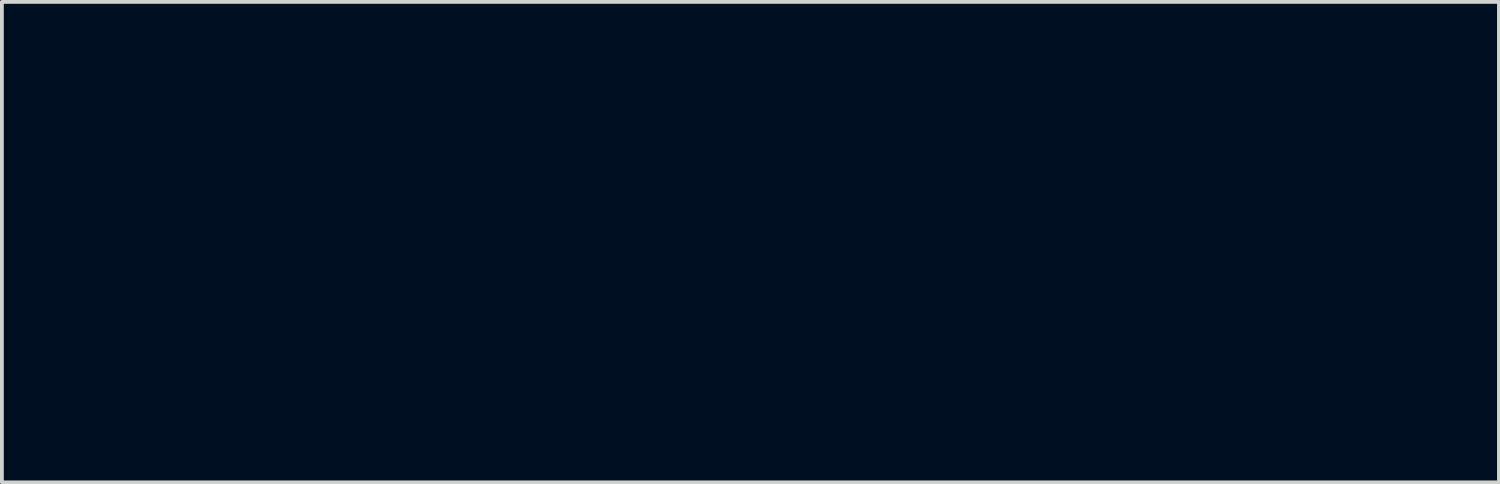
<source format=kicad_pcb>
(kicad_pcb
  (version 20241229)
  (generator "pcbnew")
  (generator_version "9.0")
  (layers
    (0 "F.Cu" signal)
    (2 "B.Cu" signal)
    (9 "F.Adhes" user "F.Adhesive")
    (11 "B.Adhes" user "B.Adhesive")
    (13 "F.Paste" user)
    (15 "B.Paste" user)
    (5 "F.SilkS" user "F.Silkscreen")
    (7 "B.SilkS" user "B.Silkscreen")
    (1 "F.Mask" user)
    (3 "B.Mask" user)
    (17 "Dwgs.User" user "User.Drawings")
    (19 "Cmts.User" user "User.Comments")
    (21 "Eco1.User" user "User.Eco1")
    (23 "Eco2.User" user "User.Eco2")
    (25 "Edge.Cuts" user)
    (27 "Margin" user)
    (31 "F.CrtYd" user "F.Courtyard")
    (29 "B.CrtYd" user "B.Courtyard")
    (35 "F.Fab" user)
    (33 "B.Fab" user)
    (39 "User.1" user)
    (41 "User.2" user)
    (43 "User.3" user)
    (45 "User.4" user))
  (footprint "falling_angle_5.8x5.72_mask"
    (layer "F.Cu")
    (at 16.735 0.25)
    (property "Reference" "falling_angle_5.8x5.72_mask" (at 0 5 0) (layer "F.Mask") (effects (font (size 1.524 1.524) (thickness 0.3))))
    (attr through_hole)
    (fp_poly (pts (xy -2.9 0.36) (xy -2.84 0.36) (xy -2.84 0.42) (xy -2.9 0.42) (xy -2.9 0.36)) (stroke (width 0.01) (type solid)) (fill yes) (layer "F.Mask"))
    (fp_poly (pts (xy -2.9 0.42) (xy -2.84 0.42) (xy -2.84 0.48) (xy -2.9 0.48) (xy -2.9 0.42)) (stroke (width 0.01) (type solid)) (fill yes) (layer "F.Mask"))
    (fp_poly (pts (xy -2.84 0.3) (xy -2.78 0.3) (xy -2.78 0.36) (xy -2.84 0.36) (xy -2.84 0.3)) (stroke (width 0.01) (type solid)) (fill yes) (layer "F.Mask"))
    (fp_poly (pts (xy -2.84 0.42) (xy -2.78 0.42) (xy -2.78 0.48) (xy -2.84 0.48) (xy -2.84 0.42)) (stroke (width 0.01) (type solid)) (fill yes) (layer "F.Mask"))
    (fp_poly (pts (xy -2.84 0.48) (xy -2.78 0.48) (xy -2.78 0.54) (xy -2.84 0.54) (xy -2.84 0.48)) (stroke (width 0.01) (type solid)) (fill yes) (layer "F.Mask"))
    (fp_poly (pts (xy -2.78 0.3) (xy -2.72 0.3) (xy -2.72 0.36) (xy -2.78 0.36) (xy -2.78 0.3)) (stroke (width 0.01) (type solid)) (fill yes) (layer "F.Mask"))
    (fp_poly (pts (xy -2.78 0.48) (xy -2.72 0.48) (xy -2.72 0.54) (xy -2.78 0.54) (xy -2.78 0.48)) (stroke (width 0.01) (type solid)) (fill yes) (layer "F.Mask"))
    (fp_poly (pts (xy -2.78 0.54) (xy -2.72 0.54) (xy -2.72 0.6) (xy -2.78 0.6) (xy -2.78 0.54)) (stroke (width 0.01) (type solid)) (fill yes) (layer "F.Mask"))
    (fp_poly (pts (xy -2.72 0.36) (xy -2.66 0.36) (xy -2.66 0.42) (xy -2.72 0.42) (xy -2.72 0.36)) (stroke (width 0.01) (type solid)) (fill yes) (layer "F.Mask"))
    (fp_poly (pts (xy -2.72 0.54) (xy -2.66 0.54) (xy -2.66 0.6) (xy -2.72 0.6) (xy -2.72 0.54)) (stroke (width 0.01) (type solid)) (fill yes) (layer "F.Mask"))
    (fp_poly (pts (xy -2.72 0.6) (xy -2.66 0.6) (xy -2.66 0.66) (xy -2.72 0.66) (xy -2.72 0.6)) (stroke (width 0.01) (type solid)) (fill yes) (layer "F.Mask"))
    (fp_poly (pts (xy -2.66 0.36) (xy -2.6 0.36) (xy -2.6 0.42) (xy -2.66 0.42) (xy -2.66 0.36)) (stroke (width 0.01) (type solid)) (fill yes) (layer "F.Mask"))
    (fp_poly (pts (xy -2.66 0.6) (xy -2.6 0.6) (xy -2.6 0.66) (xy -2.66 0.66) (xy -2.66 0.6)) (stroke (width 0.01) (type solid)) (fill yes) (layer "F.Mask"))
    (fp_poly (pts (xy -2.66 0.66) (xy -2.6 0.66) (xy -2.6 0.72) (xy -2.66 0.72) (xy -2.66 0.66)) (stroke (width 0.01) (type solid)) (fill yes) (layer "F.Mask"))
    (fp_poly (pts (xy -2.6 0.36) (xy -2.54 0.36) (xy -2.54 0.42) (xy -2.6 0.42) (xy -2.6 0.36)) (stroke (width 0.01) (type solid)) (fill yes) (layer "F.Mask"))
    (fp_poly (pts (xy -2.6 0.42) (xy -2.54 0.42) (xy -2.54 0.48) (xy -2.6 0.48) (xy -2.6 0.42)) (stroke (width 0.01) (type solid)) (fill yes) (layer "F.Mask"))
    (fp_poly (pts (xy -2.6 0.66) (xy -2.54 0.66) (xy -2.54 0.72) (xy -2.6 0.72) (xy -2.6 0.66)) (stroke (width 0.01) (type solid)) (fill yes) (layer "F.Mask"))
    (fp_poly (pts (xy -2.6 0.72) (xy -2.54 0.72) (xy -2.54 0.78) (xy -2.6 0.78) (xy -2.6 0.72)) (stroke (width 0.01) (type solid)) (fill yes) (layer "F.Mask"))
    (fp_poly (pts (xy -2.54 0.42) (xy -2.48 0.42) (xy -2.48 0.48) (xy -2.54 0.48) (xy -2.54 0.42)) (stroke (width 0.01) (type solid)) (fill yes) (layer "F.Mask"))
    (fp_poly (pts (xy -2.54 0.72) (xy -2.48 0.72) (xy -2.48 0.78) (xy -2.54 0.78) (xy -2.54 0.72)) (stroke (width 0.01) (type solid)) (fill yes) (layer "F.Mask"))
    (fp_poly (pts (xy -2.54 0.78) (xy -2.48 0.78) (xy -2.48 0.84) (xy -2.54 0.84) (xy -2.54 0.78)) (stroke (width 0.01) (type solid)) (fill yes) (layer "F.Mask"))
    (fp_poly (pts (xy -2.48 0.42) (xy -2.42 0.42) (xy -2.42 0.48) (xy -2.48 0.48) (xy -2.48 0.42)) (stroke (width 0.01) (type solid)) (fill yes) (layer "F.Mask"))
    (fp_poly (pts (xy -2.48 0.48) (xy -2.42 0.48) (xy -2.42 0.54) (xy -2.48 0.54) (xy -2.48 0.48)) (stroke (width 0.01) (type solid)) (fill yes) (layer "F.Mask"))
    (fp_poly (pts (xy -2.48 0.78) (xy -2.42 0.78) (xy -2.42 0.84) (xy -2.48 0.84) (xy -2.48 0.78)) (stroke (width 0.01) (type solid)) (fill yes) (layer "F.Mask"))
    (fp_poly (pts (xy -2.48 0.84) (xy -2.42 0.84) (xy -2.42 0.9) (xy -2.48 0.9) (xy -2.48 0.84)) (stroke (width 0.01) (type solid)) (fill yes) (layer "F.Mask"))
    (fp_poly (pts (xy -2.42 0.48) (xy -2.36 0.48) (xy -2.36 0.54) (xy -2.42 0.54) (xy -2.42 0.48)) (stroke (width 0.01) (type solid)) (fill yes) (layer "F.Mask"))
    (fp_poly (pts (xy -2.42 0.84) (xy -2.36 0.84) (xy -2.36 0.9) (xy -2.42 0.9) (xy -2.42 0.84)) (stroke (width 0.01) (type solid)) (fill yes) (layer "F.Mask"))
    (fp_poly (pts (xy -2.42 0.9) (xy -2.36 0.9) (xy -2.36 0.96) (xy -2.42 0.96) (xy -2.42 0.9)) (stroke (width 0.01) (type solid)) (fill yes) (layer "F.Mask"))
    (fp_poly (pts (xy -2.36 0.48) (xy -2.3 0.48) (xy -2.3 0.54) (xy -2.36 0.54) (xy -2.36 0.48)) (stroke (width 0.01) (type solid)) (fill yes) (layer "F.Mask"))
    (fp_poly (pts (xy -2.36 0.54) (xy -2.3 0.54) (xy -2.3 0.6) (xy -2.36 0.6) (xy -2.36 0.54)) (stroke (width 0.01) (type solid)) (fill yes) (layer "F.Mask"))
    (fp_poly (pts (xy -2.36 0.9) (xy -2.3 0.9) (xy -2.3 0.96) (xy -2.36 0.96) (xy -2.36 0.9)) (stroke (width 0.01) (type solid)) (fill yes) (layer "F.Mask"))
    (fp_poly (pts (xy -2.36 0.96) (xy -2.3 0.96) (xy -2.3 1.02) (xy -2.36 1.02) (xy -2.36 0.96)) (stroke (width 0.01) (type solid)) (fill yes) (layer "F.Mask"))
    (fp_poly (pts (xy -2.3 0.18) (xy -2.24 0.18) (xy -2.24 0.24) (xy -2.3 0.24) (xy -2.3 0.18)) (stroke (width 0.01) (type solid)) (fill yes) (layer "F.Mask"))
    (fp_poly (pts (xy -2.3 0.24) (xy -2.24 0.24) (xy -2.24 0.3) (xy -2.3 0.3) (xy -2.3 0.24)) (stroke (width 0.01) (type solid)) (fill yes) (layer "F.Mask"))
    (fp_poly (pts (xy -2.3 0.54) (xy -2.24 0.54) (xy -2.24 0.6) (xy -2.3 0.6) (xy -2.3 0.54)) (stroke (width 0.01) (type solid)) (fill yes) (layer "F.Mask"))
    (fp_poly (pts (xy -2.3 0.96) (xy -2.24 0.96) (xy -2.24 1.02) (xy -2.3 1.02) (xy -2.3 0.96)) (stroke (width 0.01) (type solid)) (fill yes) (layer "F.Mask"))
    (fp_poly (pts (xy -2.3 1.02) (xy -2.24 1.02) (xy -2.24 1.08) (xy -2.3 1.08) (xy -2.3 1.02)) (stroke (width 0.01) (type solid)) (fill yes) (layer "F.Mask"))
    (fp_poly (pts (xy -2.24 0.18) (xy -2.18 0.18) (xy -2.18 0.24) (xy -2.24 0.24) (xy -2.24 0.18)) (stroke (width 0.01) (type solid)) (fill yes) (layer "F.Mask"))
    (fp_poly (pts (xy -2.24 0.24) (xy -2.18 0.24) (xy -2.18 0.3) (xy -2.24 0.3) (xy -2.24 0.24)) (stroke (width 0.01) (type solid)) (fill yes) (layer "F.Mask"))
    (fp_poly (pts (xy -2.24 0.54) (xy -2.18 0.54) (xy -2.18 0.6) (xy -2.24 0.6) (xy -2.24 0.54)) (stroke (width 0.01) (type solid)) (fill yes) (layer "F.Mask"))
    (fp_poly (pts (xy -2.24 0.6) (xy -2.18 0.6) (xy -2.18 0.66) (xy -2.24 0.66) (xy -2.24 0.6)) (stroke (width 0.01) (type solid)) (fill yes) (layer "F.Mask"))
    (fp_poly (pts (xy -2.24 1.02) (xy -2.18 1.02) (xy -2.18 1.08) (xy -2.24 1.08) (xy -2.24 1.02)) (stroke (width 0.01) (type solid)) (fill yes) (layer "F.Mask"))
    (fp_poly (pts (xy -2.24 1.08) (xy -2.18 1.08) (xy -2.18 1.14) (xy -2.24 1.14) (xy -2.24 1.08)) (stroke (width 0.01) (type solid)) (fill yes) (layer "F.Mask"))
    (fp_poly (pts (xy -2.18 0.18) (xy -2.12 0.18) (xy -2.12 0.24) (xy -2.18 0.24) (xy -2.18 0.18)) (stroke (width 0.01) (type solid)) (fill yes) (layer "F.Mask"))
    (fp_poly (pts (xy -2.18 0.3) (xy -2.12 0.3) (xy -2.12 0.36) (xy -2.18 0.36) (xy -2.18 0.3)) (stroke (width 0.01) (type solid)) (fill yes) (layer "F.Mask"))
    (fp_poly (pts (xy -2.18 0.6) (xy -2.12 0.6) (xy -2.12 0.66) (xy -2.18 0.66) (xy -2.18 0.6)) (stroke (width 0.01) (type solid)) (fill yes) (layer "F.Mask"))
    (fp_poly (pts (xy -2.18 1.08) (xy -2.12 1.08) (xy -2.12 1.14) (xy -2.18 1.14) (xy -2.18 1.08)) (stroke (width 0.01) (type solid)) (fill yes) (layer "F.Mask"))
    (fp_poly (pts (xy -2.12 0.18) (xy -2.06 0.18) (xy -2.06 0.24) (xy -2.12 0.24) (xy -2.12 0.18)) (stroke (width 0.01) (type solid)) (fill yes) (layer "F.Mask"))
    (fp_poly (pts (xy -2.12 0.24) (xy -2.06 0.24) (xy -2.06 0.3) (xy -2.12 0.3) (xy -2.12 0.24)) (stroke (width 0.01) (type solid)) (fill yes) (layer "F.Mask"))
    (fp_poly (pts (xy -2.12 0.36) (xy -2.06 0.36) (xy -2.06 0.42) (xy -2.12 0.42) (xy -2.12 0.36)) (stroke (width 0.01) (type solid)) (fill yes) (layer "F.Mask"))
    (fp_poly (pts (xy -2.12 0.6) (xy -2.06 0.6) (xy -2.06 0.66) (xy -2.12 0.66) (xy -2.12 0.6)) (stroke (width 0.01) (type solid)) (fill yes) (layer "F.Mask"))
    (fp_poly (pts (xy -2.12 0.66) (xy -2.06 0.66) (xy -2.06 0.72) (xy -2.12 0.72) (xy -2.12 0.66)) (stroke (width 0.01) (type solid)) (fill yes) (layer "F.Mask"))
    (fp_poly (pts (xy -2.12 1.14) (xy -2.06 1.14) (xy -2.06 1.2) (xy -2.12 1.2) (xy -2.12 1.14)) (stroke (width 0.01) (type solid)) (fill yes) (layer "F.Mask"))
    (fp_poly (pts (xy -2.06 0.24) (xy -2 0.24) (xy -2 0.3) (xy -2.06 0.3) (xy -2.06 0.24)) (stroke (width 0.01) (type solid)) (fill yes) (layer "F.Mask"))
    (fp_poly (pts (xy -2.06 0.42) (xy -2 0.42) (xy -2 0.48) (xy -2.06 0.48) (xy -2.06 0.42)) (stroke (width 0.01) (type solid)) (fill yes) (layer "F.Mask"))
    (fp_poly (pts (xy -2.06 0.48) (xy -2 0.48) (xy -2 0.54) (xy -2.06 0.54) (xy -2.06 0.48)) (stroke (width 0.01) (type solid)) (fill yes) (layer "F.Mask"))
    (fp_poly (pts (xy -2.06 0.66) (xy -2 0.66) (xy -2 0.72) (xy -2.06 0.72) (xy -2.06 0.66)) (stroke (width 0.01) (type solid)) (fill yes) (layer "F.Mask"))
    (fp_poly (pts (xy -2.06 1.14) (xy -2 1.14) (xy -2 1.2) (xy -2.06 1.2) (xy -2.06 1.14)) (stroke (width 0.01) (type solid)) (fill yes) (layer "F.Mask"))
    (fp_poly (pts (xy -2.06 1.2) (xy -2 1.2) (xy -2 1.26) (xy -2.06 1.26) (xy -2.06 1.2)) (stroke (width 0.01) (type solid)) (fill yes) (layer "F.Mask"))
    (fp_poly (pts (xy -2 0.24) (xy -1.94 0.24) (xy -1.94 0.3) (xy -2 0.3) (xy -2 0.24)) (stroke (width 0.01) (type solid)) (fill yes) (layer "F.Mask"))
    (fp_poly (pts (xy -2 0.3) (xy -1.94 0.3) (xy -1.94 0.36) (xy -2 0.36) (xy -2 0.3)) (stroke (width 0.01) (type solid)) (fill yes) (layer "F.Mask"))
    (fp_poly (pts (xy -2 0.48) (xy -1.94 0.48) (xy -1.94 0.54) (xy -2 0.54) (xy -2 0.48)) (stroke (width 0.01) (type solid)) (fill yes) (layer "F.Mask"))
    (fp_poly (pts (xy -2 0.54) (xy -1.94 0.54) (xy -1.94 0.6) (xy -2 0.6) (xy -2 0.54)) (stroke (width 0.01) (type solid)) (fill yes) (layer "F.Mask"))
    (fp_poly (pts (xy -2 0.66) (xy -1.94 0.66) (xy -1.94 0.72) (xy -2 0.72) (xy -2 0.66)) (stroke (width 0.01) (type solid)) (fill yes) (layer "F.Mask"))
    (fp_poly (pts (xy -2 0.72) (xy -1.94 0.72) (xy -1.94 0.78) (xy -2 0.78) (xy -2 0.72)) (stroke (width 0.01) (type solid)) (fill yes) (layer "F.Mask"))
    (fp_poly (pts (xy -2 1.2) (xy -1.94 1.2) (xy -1.94 1.26) (xy -2 1.26) (xy -2 1.2)) (stroke (width 0.01) (type solid)) (fill yes) (layer "F.Mask"))
    (fp_poly (pts (xy -2 1.26) (xy -1.94 1.26) (xy -1.94 1.32) (xy -2 1.32) (xy -2 1.26)) (stroke (width 0.01) (type solid)) (fill yes) (layer "F.Mask"))
    (fp_poly (pts (xy -1.94 0.3) (xy -1.88 0.3) (xy -1.88 0.36) (xy -1.94 0.36) (xy -1.94 0.3)) (stroke (width 0.01) (type solid)) (fill yes) (layer "F.Mask"))
    (fp_poly (pts (xy -1.94 0.54) (xy -1.88 0.54) (xy -1.88 0.6) (xy -1.94 0.6) (xy -1.94 0.54)) (stroke (width 0.01) (type solid)) (fill yes) (layer "F.Mask"))
    (fp_poly (pts (xy -1.94 0.6) (xy -1.88 0.6) (xy -1.88 0.66) (xy -1.94 0.66) (xy -1.94 0.6)) (stroke (width 0.01) (type solid)) (fill yes) (layer "F.Mask"))
    (fp_poly (pts (xy -1.94 0.72) (xy -1.88 0.72) (xy -1.88 0.78) (xy -1.94 0.78) (xy -1.94 0.72)) (stroke (width 0.01) (type solid)) (fill yes) (layer "F.Mask"))
    (fp_poly (pts (xy -1.94 1.26) (xy -1.88 1.26) (xy -1.88 1.32) (xy -1.94 1.32) (xy -1.94 1.26)) (stroke (width 0.01) (type solid)) (fill yes) (layer "F.Mask"))
    (fp_poly (pts (xy -1.94 1.32) (xy -1.88 1.32) (xy -1.88 1.38) (xy -1.94 1.38) (xy -1.94 1.32)) (stroke (width 0.01) (type solid)) (fill yes) (layer "F.Mask"))
    (fp_poly (pts (xy -1.88 0.3) (xy -1.82 0.3) (xy -1.82 0.36) (xy -1.88 0.36) (xy -1.88 0.3)) (stroke (width 0.01) (type solid)) (fill yes) (layer "F.Mask"))
    (fp_poly (pts (xy -1.88 0.36) (xy -1.82 0.36) (xy -1.82 0.42) (xy -1.88 0.42) (xy -1.88 0.36)) (stroke (width 0.01) (type solid)) (fill yes) (layer "F.Mask"))
    (fp_poly (pts (xy -1.88 0.6) (xy -1.82 0.6) (xy -1.82 0.66) (xy -1.88 0.66) (xy -1.88 0.6)) (stroke (width 0.01) (type solid)) (fill yes) (layer "F.Mask"))
    (fp_poly (pts (xy -1.88 0.66) (xy -1.82 0.66) (xy -1.82 0.72) (xy -1.88 0.72) (xy -1.88 0.66)) (stroke (width 0.01) (type solid)) (fill yes) (layer "F.Mask"))
    (fp_poly (pts (xy -1.88 0.72) (xy -1.82 0.72) (xy -1.82 0.78) (xy -1.88 0.78) (xy -1.88 0.72)) (stroke (width 0.01) (type solid)) (fill yes) (layer "F.Mask"))
    (fp_poly (pts (xy -1.88 0.78) (xy -1.82 0.78) (xy -1.82 0.84) (xy -1.88 0.84) (xy -1.88 0.78)) (stroke (width 0.01) (type solid)) (fill yes) (layer "F.Mask"))
    (fp_poly (pts (xy -1.88 1.32) (xy -1.82 1.32) (xy -1.82 1.38) (xy -1.88 1.38) (xy -1.88 1.32)) (stroke (width 0.01) (type solid)) (fill yes) (layer "F.Mask"))
    (fp_poly (pts (xy -1.88 4.14) (xy -1.82 4.14) (xy -1.82 4.2) (xy -1.88 4.2) (xy -1.88 4.14)) (stroke (width 0.01) (type solid)) (fill yes) (layer "F.Mask"))
    (fp_poly (pts (xy -1.88 4.2) (xy -1.82 4.2) (xy -1.82 4.26) (xy -1.88 4.26) (xy -1.88 4.2)) (stroke (width 0.01) (type solid)) (fill yes) (layer "F.Mask"))
    (fp_poly (pts (xy -1.88 4.26) (xy -1.82 4.26) (xy -1.82 4.32) (xy -1.88 4.32) (xy -1.88 4.26)) (stroke (width 0.01) (type solid)) (fill yes) (layer "F.Mask"))
    (fp_poly (pts (xy -1.88 4.32) (xy -1.82 4.32) (xy -1.82 4.38) (xy -1.88 4.38) (xy -1.88 4.32)) (stroke (width 0.01) (type solid)) (fill yes) (layer "F.Mask"))
    (fp_poly (pts (xy -1.82 0.36) (xy -1.76 0.36) (xy -1.76 0.42) (xy -1.82 0.42) (xy -1.82 0.36)) (stroke (width 0.01) (type solid)) (fill yes) (layer "F.Mask"))
    (fp_poly (pts (xy -1.82 0.42) (xy -1.76 0.42) (xy -1.76 0.48) (xy -1.82 0.48) (xy -1.82 0.42)) (stroke (width 0.01) (type solid)) (fill yes) (layer "F.Mask"))
    (fp_poly (pts (xy -1.82 0.72) (xy -1.76 0.72) (xy -1.76 0.78) (xy -1.82 0.78) (xy -1.82 0.72)) (stroke (width 0.01) (type solid)) (fill yes) (layer "F.Mask"))
    (fp_poly (pts (xy -1.82 0.78) (xy -1.76 0.78) (xy -1.76 0.84) (xy -1.82 0.84) (xy -1.82 0.78)) (stroke (width 0.01) (type solid)) (fill yes) (layer "F.Mask"))
    (fp_poly (pts (xy -1.82 1.38) (xy -1.76 1.38) (xy -1.76 1.44) (xy -1.82 1.44) (xy -1.82 1.38)) (stroke (width 0.01) (type solid)) (fill yes) (layer "F.Mask"))
    (fp_poly (pts (xy -1.82 4.14) (xy -1.76 4.14) (xy -1.76 4.2) (xy -1.82 4.2) (xy -1.82 4.14)) (stroke (width 0.01) (type solid)) (fill yes) (layer "F.Mask"))
    (fp_poly (pts (xy -1.82 4.2) (xy -1.76 4.2) (xy -1.76 4.26) (xy -1.82 4.26) (xy -1.82 4.2)) (stroke (width 0.01) (type solid)) (fill yes) (layer "F.Mask"))
    (fp_poly (pts (xy -1.82 4.32) (xy -1.76 4.32) (xy -1.76 4.38) (xy -1.82 4.38) (xy -1.82 4.32)) (stroke (width 0.01) (type solid)) (fill yes) (layer "F.Mask"))
    (fp_poly (pts (xy -1.82 4.38) (xy -1.76 4.38) (xy -1.76 4.44) (xy -1.82 4.44) (xy -1.82 4.38)) (stroke (width 0.01) (type solid)) (fill yes) (layer "F.Mask"))
    (fp_poly (pts (xy -1.76 0.42) (xy -1.7 0.42) (xy -1.7 0.48) (xy -1.76 0.48) (xy -1.76 0.42)) (stroke (width 0.01) (type solid)) (fill yes) (layer "F.Mask"))
    (fp_poly (pts (xy -1.76 0.48) (xy -1.7 0.48) (xy -1.7 0.54) (xy -1.76 0.54) (xy -1.76 0.48)) (stroke (width 0.01) (type solid)) (fill yes) (layer "F.Mask"))
    (fp_poly (pts (xy -1.76 0.78) (xy -1.7 0.78) (xy -1.7 0.84) (xy -1.76 0.84) (xy -1.76 0.78)) (stroke (width 0.01) (type solid)) (fill yes) (layer "F.Mask"))
    (fp_poly (pts (xy -1.76 0.84) (xy -1.7 0.84) (xy -1.7 0.9) (xy -1.76 0.9) (xy -1.76 0.84)) (stroke (width 0.01) (type solid)) (fill yes) (layer "F.Mask"))
    (fp_poly (pts (xy -1.76 1.38) (xy -1.7 1.38) (xy -1.7 1.44) (xy -1.76 1.44) (xy -1.76 1.38)) (stroke (width 0.01) (type solid)) (fill yes) (layer "F.Mask"))
    (fp_poly (pts (xy -1.76 1.44) (xy -1.7 1.44) (xy -1.7 1.5) (xy -1.76 1.5) (xy -1.76 1.44)) (stroke (width 0.01) (type solid)) (fill yes) (layer "F.Mask"))
    (fp_poly (pts (xy -1.76 4.2) (xy -1.7 4.2) (xy -1.7 4.26) (xy -1.76 4.26) (xy -1.76 4.2)) (stroke (width 0.01) (type solid)) (fill yes) (layer "F.Mask"))
    (fp_poly (pts (xy -1.76 4.26) (xy -1.7 4.26) (xy -1.7 4.32) (xy -1.76 4.32) (xy -1.76 4.26)) (stroke (width 0.01) (type solid)) (fill yes) (layer "F.Mask"))
    (fp_poly (pts (xy -1.76 4.44) (xy -1.7 4.44) (xy -1.7 4.5) (xy -1.76 4.5) (xy -1.76 4.44)) (stroke (width 0.01) (type solid)) (fill yes) (layer "F.Mask"))
    (fp_poly (pts (xy -1.76 4.5) (xy -1.7 4.5) (xy -1.7 4.56) (xy -1.76 4.56) (xy -1.76 4.5)) (stroke (width 0.01) (type solid)) (fill yes) (layer "F.Mask"))
    (fp_poly (pts (xy -1.7 0.48) (xy -1.64 0.48) (xy -1.64 0.54) (xy -1.7 0.54) (xy -1.7 0.48)) (stroke (width 0.01) (type solid)) (fill yes) (layer "F.Mask"))
    (fp_poly (pts (xy -1.7 0.54) (xy -1.64 0.54) (xy -1.64 0.6) (xy -1.7 0.6) (xy -1.7 0.54)) (stroke (width 0.01) (type solid)) (fill yes) (layer "F.Mask"))
    (fp_poly (pts (xy -1.7 0.9) (xy -1.64 0.9) (xy -1.64 0.96) (xy -1.7 0.96) (xy -1.7 0.9)) (stroke (width 0.01) (type solid)) (fill yes) (layer "F.Mask"))
    (fp_poly (pts (xy -1.7 0.96) (xy -1.64 0.96) (xy -1.64 1.02) (xy -1.7 1.02) (xy -1.7 0.96)) (stroke (width 0.01) (type solid)) (fill yes) (layer "F.Mask"))
    (fp_poly (pts (xy -1.7 1.5) (xy -1.64 1.5) (xy -1.64 1.56) (xy -1.7 1.56) (xy -1.7 1.5)) (stroke (width 0.01) (type solid)) (fill yes) (layer "F.Mask"))
    (fp_poly (pts (xy -1.7 4.32) (xy -1.64 4.32) (xy -1.64 4.38) (xy -1.7 4.38) (xy -1.7 4.32)) (stroke (width 0.01) (type solid)) (fill yes) (layer "F.Mask"))
    (fp_poly (pts (xy -1.7 4.5) (xy -1.64 4.5) (xy -1.64 4.56) (xy -1.7 4.56) (xy -1.7 4.5)) (stroke (width 0.01) (type solid)) (fill yes) (layer "F.Mask"))
    (fp_poly (pts (xy -1.64 0.54) (xy -1.58 0.54) (xy -1.58 0.6) (xy -1.64 0.6) (xy -1.64 0.54)) (stroke (width 0.01) (type solid)) (fill yes) (layer "F.Mask"))
    (fp_poly (pts (xy -1.64 0.6) (xy -1.58 0.6) (xy -1.58 0.66) (xy -1.64 0.66) (xy -1.64 0.6)) (stroke (width 0.01) (type solid)) (fill yes) (layer "F.Mask"))
    (fp_poly (pts (xy -1.64 0.96) (xy -1.58 0.96) (xy -1.58 1.02) (xy -1.64 1.02) (xy -1.64 0.96)) (stroke (width 0.01) (type solid)) (fill yes) (layer "F.Mask"))
    (fp_poly (pts (xy -1.64 1.56) (xy -1.58 1.56) (xy -1.58 1.62) (xy -1.64 1.62) (xy -1.64 1.56)) (stroke (width 0.01) (type solid)) (fill yes) (layer "F.Mask"))
    (fp_poly (pts (xy -1.64 4.38) (xy -1.58 4.38) (xy -1.58 4.44) (xy -1.64 4.44) (xy -1.64 4.38)) (stroke (width 0.01) (type solid)) (fill yes) (layer "F.Mask"))
    (fp_poly (pts (xy -1.64 4.56) (xy -1.58 4.56) (xy -1.58 4.62) (xy -1.64 4.62) (xy -1.64 4.56)) (stroke (width 0.01) (type solid)) (fill yes) (layer "F.Mask"))
    (fp_poly (pts (xy -1.58 0.6) (xy -1.52 0.6) (xy -1.52 0.66) (xy -1.58 0.66) (xy -1.58 0.6)) (stroke (width 0.01) (type solid)) (fill yes) (layer "F.Mask"))
    (fp_poly (pts (xy -1.58 0.66) (xy -1.52 0.66) (xy -1.52 0.72) (xy -1.58 0.72) (xy -1.58 0.66)) (stroke (width 0.01) (type solid)) (fill yes) (layer "F.Mask"))
    (fp_poly (pts (xy -1.58 1.62) (xy -1.52 1.62) (xy -1.52 1.68) (xy -1.58 1.68) (xy -1.58 1.62)) (stroke (width 0.01) (type solid)) (fill yes) (layer "F.Mask"))
    (fp_poly (pts (xy -1.58 1.68) (xy -1.52 1.68) (xy -1.52 1.74) (xy -1.58 1.74) (xy -1.58 1.68)) (stroke (width 0.01) (type solid)) (fill yes) (layer "F.Mask"))
    (fp_poly (pts (xy -1.58 4.44) (xy -1.52 4.44) (xy -1.52 4.5) (xy -1.58 4.5) (xy -1.58 4.44)) (stroke (width 0.01) (type solid)) (fill yes) (layer "F.Mask"))
    (fp_poly (pts (xy -1.58 4.56) (xy -1.52 4.56) (xy -1.52 4.62) (xy -1.58 4.62) (xy -1.58 4.56)) (stroke (width 0.01) (type solid)) (fill yes) (layer "F.Mask"))
    (fp_poly (pts (xy -1.58 4.62) (xy -1.52 4.62) (xy -1.52 4.68) (xy -1.58 4.68) (xy -1.58 4.62)) (stroke (width 0.01) (type solid)) (fill yes) (layer "F.Mask"))
    (fp_poly (pts (xy -1.52 0.66) (xy -1.46 0.66) (xy -1.46 0.72) (xy -1.52 0.72) (xy -1.52 0.66)) (stroke (width 0.01) (type solid)) (fill yes) (layer "F.Mask"))
    (fp_poly (pts (xy -1.52 0.72) (xy -1.46 0.72) (xy -1.46 0.78) (xy -1.52 0.78) (xy -1.52 0.72)) (stroke (width 0.01) (type solid)) (fill yes) (layer "F.Mask"))
    (fp_poly (pts (xy -1.52 1.68) (xy -1.46 1.68) (xy -1.46 1.74) (xy -1.52 1.74) (xy -1.52 1.68)) (stroke (width 0.01) (type solid)) (fill yes) (layer "F.Mask"))
    (fp_poly (pts (xy -1.52 1.74) (xy -1.46 1.74) (xy -1.46 1.8) (xy -1.52 1.8) (xy -1.52 1.74)) (stroke (width 0.01) (type solid)) (fill yes) (layer "F.Mask"))
    (fp_poly (pts (xy -1.52 4.44) (xy -1.46 4.44) (xy -1.46 4.5) (xy -1.52 4.5) (xy -1.52 4.44)) (stroke (width 0.01) (type solid)) (fill yes) (layer "F.Mask"))
    (fp_poly (pts (xy -1.52 4.5) (xy -1.46 4.5) (xy -1.46 4.56) (xy -1.52 4.56) (xy -1.52 4.5)) (stroke (width 0.01) (type solid)) (fill yes) (layer "F.Mask"))
    (fp_poly (pts (xy -1.52 4.56) (xy -1.46 4.56) (xy -1.46 4.62) (xy -1.52 4.62) (xy -1.52 4.56)) (stroke (width 0.01) (type solid)) (fill yes) (layer "F.Mask"))
    (fp_poly (pts (xy -1.52 4.62) (xy -1.46 4.62) (xy -1.46 4.68) (xy -1.52 4.68) (xy -1.52 4.62)) (stroke (width 0.01) (type solid)) (fill yes) (layer "F.Mask"))
    (fp_poly (pts (xy -1.46 0.72) (xy -1.4 0.72) (xy -1.4 0.78) (xy -1.46 0.78) (xy -1.46 0.72)) (stroke (width 0.01) (type solid)) (fill yes) (layer "F.Mask"))
    (fp_poly (pts (xy -1.46 0.78) (xy -1.4 0.78) (xy -1.4 0.84) (xy -1.46 0.84) (xy -1.46 0.78)) (stroke (width 0.01) (type solid)) (fill yes) (layer "F.Mask"))
    (fp_poly (pts (xy -1.46 1.74) (xy -1.4 1.74) (xy -1.4 1.8) (xy -1.46 1.8) (xy -1.46 1.74)) (stroke (width 0.01) (type solid)) (fill yes) (layer "F.Mask"))
    (fp_poly (pts (xy -1.46 1.8) (xy -1.4 1.8) (xy -1.4 1.86) (xy -1.46 1.86) (xy -1.46 1.8)) (stroke (width 0.01) (type solid)) (fill yes) (layer "F.Mask"))
    (fp_poly (pts (xy -1.46 3.6) (xy -1.4 3.6) (xy -1.4 3.66) (xy -1.46 3.66) (xy -1.46 3.6)) (stroke (width 0.01) (type solid)) (fill yes) (layer "F.Mask"))
    (fp_poly (pts (xy -1.46 3.66) (xy -1.4 3.66) (xy -1.4 3.72) (xy -1.46 3.72) (xy -1.46 3.66)) (stroke (width 0.01) (type solid)) (fill yes) (layer "F.Mask"))
    (fp_poly (pts (xy -1.46 3.72) (xy -1.4 3.72) (xy -1.4 3.78) (xy -1.46 3.78) (xy -1.46 3.72)) (stroke (width 0.01) (type solid)) (fill yes) (layer "F.Mask"))
    (fp_poly (pts (xy -1.46 3.78) (xy -1.4 3.78) (xy -1.4 3.84) (xy -1.46 3.84) (xy -1.46 3.78)) (stroke (width 0.01) (type solid)) (fill yes) (layer "F.Mask"))
    (fp_poly (pts (xy -1.46 3.84) (xy -1.4 3.84) (xy -1.4 3.9) (xy -1.46 3.9) (xy -1.46 3.84)) (stroke (width 0.01) (type solid)) (fill yes) (layer "F.Mask"))
    (fp_poly (pts (xy -1.46 3.9) (xy -1.4 3.9) (xy -1.4 3.96) (xy -1.46 3.96) (xy -1.46 3.9)) (stroke (width 0.01) (type solid)) (fill yes) (layer "F.Mask"))
    (fp_poly (pts (xy -1.46 4.5) (xy -1.4 4.5) (xy -1.4 4.56) (xy -1.46 4.56) (xy -1.46 4.5)) (stroke (width 0.01) (type solid)) (fill yes) (layer "F.Mask"))
    (fp_poly (pts (xy -1.46 4.56) (xy -1.4 4.56) (xy -1.4 4.62) (xy -1.46 4.62) (xy -1.46 4.56)) (stroke (width 0.01) (type solid)) (fill yes) (layer "F.Mask"))
    (fp_poly (pts (xy -1.4 0.78) (xy -1.34 0.78) (xy -1.34 0.84) (xy -1.4 0.84) (xy -1.4 0.78)) (stroke (width 0.01) (type solid)) (fill yes) (layer "F.Mask"))
    (fp_poly (pts (xy -1.4 0.84) (xy -1.34 0.84) (xy -1.34 0.9) (xy -1.4 0.9) (xy -1.4 0.84)) (stroke (width 0.01) (type solid)) (fill yes) (layer "F.Mask"))
    (fp_poly (pts (xy -1.4 1.8) (xy -1.34 1.8) (xy -1.34 1.86) (xy -1.4 1.86) (xy -1.4 1.8)) (stroke (width 0.01) (type solid)) (fill yes) (layer "F.Mask"))
    (fp_poly (pts (xy -1.4 1.86) (xy -1.34 1.86) (xy -1.34 1.92) (xy -1.4 1.92) (xy -1.4 1.86)) (stroke (width 0.01) (type solid)) (fill yes) (layer "F.Mask"))
    (fp_poly (pts (xy -1.4 3.48) (xy -1.34 3.48) (xy -1.34 3.54) (xy -1.4 3.54) (xy -1.4 3.48)) (stroke (width 0.01) (type solid)) (fill yes) (layer "F.Mask"))
    (fp_poly (pts (xy -1.4 3.54) (xy -1.34 3.54) (xy -1.34 3.6) (xy -1.4 3.6) (xy -1.4 3.54)) (stroke (width 0.01) (type solid)) (fill yes) (layer "F.Mask"))
    (fp_poly (pts (xy -1.4 3.96) (xy -1.34 3.96) (xy -1.34 4.02) (xy -1.4 4.02) (xy -1.4 3.96)) (stroke (width 0.01) (type solid)) (fill yes) (layer "F.Mask"))
    (fp_poly (pts (xy -1.4 4.02) (xy -1.34 4.02) (xy -1.34 4.08) (xy -1.4 4.08) (xy -1.4 4.02)) (stroke (width 0.01) (type solid)) (fill yes) (layer "F.Mask"))
    (fp_poly (pts (xy -1.4 4.56) (xy -1.34 4.56) (xy -1.34 4.62) (xy -1.4 4.62) (xy -1.4 4.56)) (stroke (width 0.01) (type solid)) (fill yes) (layer "F.Mask"))
    (fp_poly (pts (xy -1.34 0.84) (xy -1.28 0.84) (xy -1.28 0.9) (xy -1.34 0.9) (xy -1.34 0.84)) (stroke (width 0.01) (type solid)) (fill yes) (layer "F.Mask"))
    (fp_poly (pts (xy -1.34 0.9) (xy -1.28 0.9) (xy -1.28 0.96) (xy -1.34 0.96) (xy -1.34 0.9)) (stroke (width 0.01) (type solid)) (fill yes) (layer "F.Mask"))
    (fp_poly (pts (xy -1.34 1.86) (xy -1.28 1.86) (xy -1.28 1.92) (xy -1.34 1.92) (xy -1.34 1.86)) (stroke (width 0.01) (type solid)) (fill yes) (layer "F.Mask"))
    (fp_poly (pts (xy -1.34 1.92) (xy -1.28 1.92) (xy -1.28 1.98) (xy -1.34 1.98) (xy -1.34 1.92)) (stroke (width 0.01) (type solid)) (fill yes) (layer "F.Mask"))
    (fp_poly (pts (xy -1.34 3.42) (xy -1.28 3.42) (xy -1.28 3.48) (xy -1.34 3.48) (xy -1.34 3.42)) (stroke (width 0.01) (type solid)) (fill yes) (layer "F.Mask"))
    (fp_poly (pts (xy -1.34 3.48) (xy -1.28 3.48) (xy -1.28 3.54) (xy -1.34 3.54) (xy -1.34 3.48)) (stroke (width 0.01) (type solid)) (fill yes) (layer "F.Mask"))
    (fp_poly (pts (xy -1.34 4.02) (xy -1.28 4.02) (xy -1.28 4.08) (xy -1.34 4.08) (xy -1.34 4.02)) (stroke (width 0.01) (type solid)) (fill yes) (layer "F.Mask"))
    (fp_poly (pts (xy -1.34 4.08) (xy -1.28 4.08) (xy -1.28 4.14) (xy -1.34 4.14) (xy -1.34 4.08)) (stroke (width 0.01) (type solid)) (fill yes) (layer "F.Mask"))
    (fp_poly (pts (xy -1.34 4.5) (xy -1.28 4.5) (xy -1.28 4.56) (xy -1.34 4.56) (xy -1.34 4.5)) (stroke (width 0.01) (type solid)) (fill yes) (layer "F.Mask"))
    (fp_poly (pts (xy -1.34 4.56) (xy -1.28 4.56) (xy -1.28 4.62) (xy -1.34 4.62) (xy -1.34 4.56)) (stroke (width 0.01) (type solid)) (fill yes) (layer "F.Mask"))
    (fp_poly (pts (xy -1.28 0.9) (xy -1.22 0.9) (xy -1.22 0.96) (xy -1.28 0.96) (xy -1.28 0.9)) (stroke (width 0.01) (type solid)) (fill yes) (layer "F.Mask"))
    (fp_poly (pts (xy -1.28 0.96) (xy -1.22 0.96) (xy -1.22 1.02) (xy -1.28 1.02) (xy -1.28 0.96)) (stroke (width 0.01) (type solid)) (fill yes) (layer "F.Mask"))
    (fp_poly (pts (xy -1.28 1.92) (xy -1.22 1.92) (xy -1.22 1.98) (xy -1.28 1.98) (xy -1.28 1.92)) (stroke (width 0.01) (type solid)) (fill yes) (layer "F.Mask"))
    (fp_poly (pts (xy -1.28 1.98) (xy -1.22 1.98) (xy -1.22 2.04) (xy -1.28 2.04) (xy -1.28 1.98)) (stroke (width 0.01) (type solid)) (fill yes) (layer "F.Mask"))
    (fp_poly (pts (xy -1.28 3.36) (xy -1.22 3.36) (xy -1.22 3.42) (xy -1.28 3.42) (xy -1.28 3.36)) (stroke (width 0.01) (type solid)) (fill yes) (layer "F.Mask"))
    (fp_poly (pts (xy -1.28 3.42) (xy -1.22 3.42) (xy -1.22 3.48) (xy -1.28 3.48) (xy -1.28 3.42)) (stroke (width 0.01) (type solid)) (fill yes) (layer "F.Mask"))
    (fp_poly (pts (xy -1.28 4.08) (xy -1.22 4.08) (xy -1.22 4.14) (xy -1.28 4.14) (xy -1.28 4.08)) (stroke (width 0.01) (type solid)) (fill yes) (layer "F.Mask"))
    (fp_poly (pts (xy -1.22 0.96) (xy -1.16 0.96) (xy -1.16 1.02) (xy -1.22 1.02) (xy -1.22 0.96)) (stroke (width 0.01) (type solid)) (fill yes) (layer "F.Mask"))
    (fp_poly (pts (xy -1.22 1.02) (xy -1.16 1.02) (xy -1.16 1.08) (xy -1.22 1.08) (xy -1.22 1.02)) (stroke (width 0.01) (type solid)) (fill yes) (layer "F.Mask"))
    (fp_poly (pts (xy -1.22 1.98) (xy -1.16 1.98) (xy -1.16 2.04) (xy -1.22 2.04) (xy -1.22 1.98)) (stroke (width 0.01) (type solid)) (fill yes) (layer "F.Mask"))
    (fp_poly (pts (xy -1.22 2.04) (xy -1.16 2.04) (xy -1.16 2.1) (xy -1.22 2.1) (xy -1.22 2.04)) (stroke (width 0.01) (type solid)) (fill yes) (layer "F.Mask"))
    (fp_poly (pts (xy -1.22 3.3) (xy -1.16 3.3) (xy -1.16 3.36) (xy -1.22 3.36) (xy -1.22 3.3)) (stroke (width 0.01) (type solid)) (fill yes) (layer "F.Mask"))
    (fp_poly (pts (xy -1.22 3.36) (xy -1.16 3.36) (xy -1.16 3.42) (xy -1.22 3.42) (xy -1.22 3.36)) (stroke (width 0.01) (type solid)) (fill yes) (layer "F.Mask"))
    (fp_poly (pts (xy -1.22 4.08) (xy -1.16 4.08) (xy -1.16 4.14) (xy -1.22 4.14) (xy -1.22 4.08)) (stroke (width 0.01) (type solid)) (fill yes) (layer "F.Mask"))
    (fp_poly (pts (xy -1.22 4.14) (xy -1.16 4.14) (xy -1.16 4.2) (xy -1.22 4.2) (xy -1.22 4.14)) (stroke (width 0.01) (type solid)) (fill yes) (layer "F.Mask"))
    (fp_poly (pts (xy -1.16 1.02) (xy -1.1 1.02) (xy -1.1 1.08) (xy -1.16 1.08) (xy -1.16 1.02)) (stroke (width 0.01) (type solid)) (fill yes) (layer "F.Mask"))
    (fp_poly (pts (xy -1.16 1.08) (xy -1.1 1.08) (xy -1.1 1.14) (xy -1.16 1.14) (xy -1.16 1.08)) (stroke (width 0.01) (type solid)) (fill yes) (layer "F.Mask"))
    (fp_poly (pts (xy -1.16 2.04) (xy -1.1 2.04) (xy -1.1 2.1) (xy -1.16 2.1) (xy -1.16 2.04)) (stroke (width 0.01) (type solid)) (fill yes) (layer "F.Mask"))
    (fp_poly (pts (xy -1.16 2.1) (xy -1.1 2.1) (xy -1.1 2.16) (xy -1.16 2.16) (xy -1.16 2.1)) (stroke (width 0.01) (type solid)) (fill yes) (layer "F.Mask"))
    (fp_poly (pts (xy -1.16 3.3) (xy -1.1 3.3) (xy -1.1 3.36) (xy -1.16 3.36) (xy -1.16 3.3)) (stroke (width 0.01) (type solid)) (fill yes) (layer "F.Mask"))
    (fp_poly (pts (xy -1.16 4.14) (xy -1.1 4.14) (xy -1.1 4.2) (xy -1.16 4.2) (xy -1.16 4.14)) (stroke (width 0.01) (type solid)) (fill yes) (layer "F.Mask"))
    (fp_poly (pts (xy -1.1 1.14) (xy -1.04 1.14) (xy -1.04 1.2) (xy -1.1 1.2) (xy -1.1 1.14)) (stroke (width 0.01) (type solid)) (fill yes) (layer "F.Mask"))
    (fp_poly (pts (xy -1.1 1.2) (xy -1.04 1.2) (xy -1.04 1.26) (xy -1.1 1.26) (xy -1.1 1.2)) (stroke (width 0.01) (type solid)) (fill yes) (layer "F.Mask"))
    (fp_poly (pts (xy -1.1 2.1) (xy -1.04 2.1) (xy -1.04 2.16) (xy -1.1 2.16) (xy -1.1 2.1)) (stroke (width 0.01) (type solid)) (fill yes) (layer "F.Mask"))
    (fp_poly (pts (xy -1.1 2.16) (xy -1.04 2.16) (xy -1.04 2.22) (xy -1.1 2.22) (xy -1.1 2.16)) (stroke (width 0.01) (type solid)) (fill yes) (layer "F.Mask"))
    (fp_poly (pts (xy -1.1 3.3) (xy -1.04 3.3) (xy -1.04 3.36) (xy -1.1 3.36) (xy -1.1 3.3)) (stroke (width 0.01) (type solid)) (fill yes) (layer "F.Mask"))
    (fp_poly (pts (xy -1.1 4.14) (xy -1.04 4.14) (xy -1.04 4.2) (xy -1.1 4.2) (xy -1.1 4.14)) (stroke (width 0.01) (type solid)) (fill yes) (layer "F.Mask"))
    (fp_poly (pts (xy -1.1 4.2) (xy -1.04 4.2) (xy -1.04 4.26) (xy -1.1 4.26) (xy -1.1 4.2)) (stroke (width 0.01) (type solid)) (fill yes) (layer "F.Mask"))
    (fp_poly (pts (xy -1.04 0.42) (xy -0.98 0.42) (xy -0.98 0.48) (xy -1.04 0.48) (xy -1.04 0.42)) (stroke (width 0.01) (type solid)) (fill yes) (layer "F.Mask"))
    (fp_poly (pts (xy -1.04 0.48) (xy -0.98 0.48) (xy -0.98 0.54) (xy -1.04 0.54) (xy -1.04 0.48)) (stroke (width 0.01) (type solid)) (fill yes) (layer "F.Mask"))
    (fp_poly (pts (xy -1.04 0.54) (xy -0.98 0.54) (xy -0.98 0.6) (xy -1.04 0.6) (xy -1.04 0.54)) (stroke (width 0.01) (type solid)) (fill yes) (layer "F.Mask"))
    (fp_poly (pts (xy -1.04 1.2) (xy -0.98 1.2) (xy -0.98 1.26) (xy -1.04 1.26) (xy -1.04 1.2)) (stroke (width 0.01) (type solid)) (fill yes) (layer "F.Mask"))
    (fp_poly (pts (xy -1.04 1.26) (xy -0.98 1.26) (xy -0.98 1.32) (xy -1.04 1.32) (xy -1.04 1.26)) (stroke (width 0.01) (type solid)) (fill yes) (layer "F.Mask"))
    (fp_poly (pts (xy -1.04 1.32) (xy -0.98 1.32) (xy -0.98 1.38) (xy -1.04 1.38) (xy -1.04 1.32)) (stroke (width 0.01) (type solid)) (fill yes) (layer "F.Mask"))
    (fp_poly (pts (xy -1.04 1.38) (xy -0.98 1.38) (xy -0.98 1.44) (xy -1.04 1.44) (xy -1.04 1.38)) (stroke (width 0.01) (type solid)) (fill yes) (layer "F.Mask"))
    (fp_poly (pts (xy -1.04 2.16) (xy -0.98 2.16) (xy -0.98 2.22) (xy -1.04 2.22) (xy -1.04 2.16)) (stroke (width 0.01) (type solid)) (fill yes) (layer "F.Mask"))
    (fp_poly (pts (xy -1.04 2.22) (xy -0.98 2.22) (xy -0.98 2.28) (xy -1.04 2.28) (xy -1.04 2.22)) (stroke (width 0.01) (type solid)) (fill yes) (layer "F.Mask"))
    (fp_poly (pts (xy -1.04 3.3) (xy -0.98 3.3) (xy -0.98 3.36) (xy -1.04 3.36) (xy -1.04 3.3)) (stroke (width 0.01) (type solid)) (fill yes) (layer "F.Mask"))
    (fp_poly (pts (xy -1.04 4.14) (xy -0.98 4.14) (xy -0.98 4.2) (xy -1.04 4.2) (xy -1.04 4.14)) (stroke (width 0.01) (type solid)) (fill yes) (layer "F.Mask"))
    (fp_poly (pts (xy -1.04 4.2) (xy -0.98 4.2) (xy -0.98 4.26) (xy -1.04 4.26) (xy -1.04 4.2)) (stroke (width 0.01) (type solid)) (fill yes) (layer "F.Mask"))
    (fp_poly (pts (xy -0.98 0.42) (xy -0.92 0.42) (xy -0.92 0.48) (xy -0.98 0.48) (xy -0.98 0.42)) (stroke (width 0.01) (type solid)) (fill yes) (layer "F.Mask"))
    (fp_poly (pts (xy -0.98 0.6) (xy -0.92 0.6) (xy -0.92 0.66) (xy -0.98 0.66) (xy -0.98 0.6)) (stroke (width 0.01) (type solid)) (fill yes) (layer "F.Mask"))
    (fp_poly (pts (xy -0.98 1.26) (xy -0.92 1.26) (xy -0.92 1.32) (xy -0.98 1.32) (xy -0.98 1.26)) (stroke (width 0.01) (type solid)) (fill yes) (layer "F.Mask"))
    (fp_poly (pts (xy -0.98 1.32) (xy -0.92 1.32) (xy -0.92 1.38) (xy -0.98 1.38) (xy -0.98 1.32)) (stroke (width 0.01) (type solid)) (fill yes) (layer "F.Mask"))
    (fp_poly (pts (xy -0.98 1.38) (xy -0.92 1.38) (xy -0.92 1.44) (xy -0.98 1.44) (xy -0.98 1.38)) (stroke (width 0.01) (type solid)) (fill yes) (layer "F.Mask"))
    (fp_poly (pts (xy -0.98 1.44) (xy -0.92 1.44) (xy -0.92 1.5) (xy -0.98 1.5) (xy -0.98 1.44)) (stroke (width 0.01) (type solid)) (fill yes) (layer "F.Mask"))
    (fp_poly (pts (xy -0.98 2.28) (xy -0.92 2.28) (xy -0.92 2.34) (xy -0.98 2.34) (xy -0.98 2.28)) (stroke (width 0.01) (type solid)) (fill yes) (layer "F.Mask"))
    (fp_poly (pts (xy -0.98 2.34) (xy -0.92 2.34) (xy -0.92 2.4) (xy -0.98 2.4) (xy -0.98 2.34)) (stroke (width 0.01) (type solid)) (fill yes) (layer "F.Mask"))
    (fp_poly (pts (xy -0.98 3.24) (xy -0.92 3.24) (xy -0.92 3.3) (xy -0.98 3.3) (xy -0.98 3.24)) (stroke (width 0.01) (type solid)) (fill yes) (layer "F.Mask"))
    (fp_poly (pts (xy -0.98 3.3) (xy -0.92 3.3) (xy -0.92 3.36) (xy -0.98 3.36) (xy -0.98 3.3)) (stroke (width 0.01) (type solid)) (fill yes) (layer "F.Mask"))
    (fp_poly (pts (xy -0.98 4.14) (xy -0.92 4.14) (xy -0.92 4.2) (xy -0.98 4.2) (xy -0.98 4.14)) (stroke (width 0.01) (type solid)) (fill yes) (layer "F.Mask"))
    (fp_poly (pts (xy -0.98 4.2) (xy -0.92 4.2) (xy -0.92 4.26) (xy -0.98 4.26) (xy -0.98 4.2)) (stroke (width 0.01) (type solid)) (fill yes) (layer "F.Mask"))
    (fp_poly (pts (xy -0.92 0.42) (xy -0.86 0.42) (xy -0.86 0.48) (xy -0.92 0.48) (xy -0.92 0.42)) (stroke (width 0.01) (type solid)) (fill yes) (layer "F.Mask"))
    (fp_poly (pts (xy -0.92 0.48) (xy -0.86 0.48) (xy -0.86 0.54) (xy -0.92 0.54) (xy -0.92 0.48)) (stroke (width 0.01) (type solid)) (fill yes) (layer "F.Mask"))
    (fp_poly (pts (xy -0.92 0.6) (xy -0.86 0.6) (xy -0.86 0.66) (xy -0.92 0.66) (xy -0.92 0.6)) (stroke (width 0.01) (type solid)) (fill yes) (layer "F.Mask"))
    (fp_poly (pts (xy -0.92 0.66) (xy -0.86 0.66) (xy -0.86 0.72) (xy -0.92 0.72) (xy -0.92 0.66)) (stroke (width 0.01) (type solid)) (fill yes) (layer "F.Mask"))
    (fp_poly (pts (xy -0.92 0.72) (xy -0.86 0.72) (xy -0.86 0.78) (xy -0.92 0.78) (xy -0.92 0.72)) (stroke (width 0.01) (type solid)) (fill yes) (layer "F.Mask"))
    (fp_poly (pts (xy -0.92 1.32) (xy -0.86 1.32) (xy -0.86 1.38) (xy -0.92 1.38) (xy -0.92 1.32)) (stroke (width 0.01) (type solid)) (fill yes) (layer "F.Mask"))
    (fp_poly (pts (xy -0.92 1.38) (xy -0.86 1.38) (xy -0.86 1.44) (xy -0.92 1.44) (xy -0.92 1.38)) (stroke (width 0.01) (type solid)) (fill yes) (layer "F.Mask"))
    (fp_poly (pts (xy -0.92 2.34) (xy -0.86 2.34) (xy -0.86 2.4) (xy -0.92 2.4) (xy -0.92 2.34)) (stroke (width 0.01) (type solid)) (fill yes) (layer "F.Mask"))
    (fp_poly (pts (xy -0.92 2.4) (xy -0.86 2.4) (xy -0.86 2.46) (xy -0.92 2.46) (xy -0.92 2.4)) (stroke (width 0.01) (type solid)) (fill yes) (layer "F.Mask"))
    (fp_poly (pts (xy -0.92 2.46) (xy -0.86 2.46) (xy -0.86 2.52) (xy -0.92 2.52) (xy -0.92 2.46)) (stroke (width 0.01) (type solid)) (fill yes) (layer "F.Mask"))
    (fp_poly (pts (xy -0.92 3.24) (xy -0.86 3.24) (xy -0.86 3.3) (xy -0.92 3.3) (xy -0.92 3.24)) (stroke (width 0.01) (type solid)) (fill yes) (layer "F.Mask"))
    (fp_poly (pts (xy -0.92 3.3) (xy -0.86 3.3) (xy -0.86 3.36) (xy -0.92 3.36) (xy -0.92 3.3)) (stroke (width 0.01) (type solid)) (fill yes) (layer "F.Mask"))
    (fp_poly (pts (xy -0.92 3.9) (xy -0.86 3.9) (xy -0.86 3.96) (xy -0.92 3.96) (xy -0.92 3.9)) (stroke (width 0.01) (type solid)) (fill yes) (layer "F.Mask"))
    (fp_poly (pts (xy -0.92 3.96) (xy -0.86 3.96) (xy -0.86 4.02) (xy -0.92 4.02) (xy -0.92 3.96)) (stroke (width 0.01) (type solid)) (fill yes) (layer "F.Mask"))
    (fp_poly (pts (xy -0.92 4.02) (xy -0.86 4.02) (xy -0.86 4.08) (xy -0.92 4.08) (xy -0.92 4.02)) (stroke (width 0.01) (type solid)) (fill yes) (layer "F.Mask"))
    (fp_poly (pts (xy -0.92 4.2) (xy -0.86 4.2) (xy -0.86 4.26) (xy -0.92 4.26) (xy -0.92 4.2)) (stroke (width 0.01) (type solid)) (fill yes) (layer "F.Mask"))
    (fp_poly (pts (xy -0.86 0.54) (xy -0.8 0.54) (xy -0.8 0.6) (xy -0.86 0.6) (xy -0.86 0.54)) (stroke (width 0.01) (type solid)) (fill yes) (layer "F.Mask"))
    (fp_poly (pts (xy -0.86 0.6) (xy -0.8 0.6) (xy -0.8 0.66) (xy -0.86 0.66) (xy -0.86 0.6)) (stroke (width 0.01) (type solid)) (fill yes) (layer "F.Mask"))
    (fp_poly (pts (xy -0.86 0.66) (xy -0.8 0.66) (xy -0.8 0.72) (xy -0.86 0.72) (xy -0.86 0.66)) (stroke (width 0.01) (type solid)) (fill yes) (layer "F.Mask"))
    (fp_poly (pts (xy -0.86 0.72) (xy -0.8 0.72) (xy -0.8 0.78) (xy -0.86 0.78) (xy -0.86 0.72)) (stroke (width 0.01) (type solid)) (fill yes) (layer "F.Mask"))
    (fp_poly (pts (xy -0.86 0.78) (xy -0.8 0.78) (xy -0.8 0.84) (xy -0.86 0.84) (xy -0.86 0.78)) (stroke (width 0.01) (type solid)) (fill yes) (layer "F.Mask"))
    (fp_poly (pts (xy -0.86 0.84) (xy -0.8 0.84) (xy -0.8 0.9) (xy -0.86 0.9) (xy -0.86 0.84)) (stroke (width 0.01) (type solid)) (fill yes) (layer "F.Mask"))
    (fp_poly (pts (xy -0.86 1.38) (xy -0.8 1.38) (xy -0.8 1.44) (xy -0.86 1.44) (xy -0.86 1.38)) (stroke (width 0.01) (type solid)) (fill yes) (layer "F.Mask"))
    (fp_poly (pts (xy -0.86 1.44) (xy -0.8 1.44) (xy -0.8 1.5) (xy -0.86 1.5) (xy -0.86 1.44)) (stroke (width 0.01) (type solid)) (fill yes) (layer "F.Mask"))
    (fp_poly (pts (xy -0.86 1.5) (xy -0.8 1.5) (xy -0.8 1.56) (xy -0.86 1.56) (xy -0.86 1.5)) (stroke (width 0.01) (type solid)) (fill yes) (layer "F.Mask"))
    (fp_poly (pts (xy -0.86 2.46) (xy -0.8 2.46) (xy -0.8 2.52) (xy -0.86 2.52) (xy -0.86 2.46)) (stroke (width 0.01) (type solid)) (fill yes) (layer "F.Mask"))
    (fp_poly (pts (xy -0.86 2.52) (xy -0.8 2.52) (xy -0.8 2.58) (xy -0.86 2.58) (xy -0.86 2.52)) (stroke (width 0.01) (type solid)) (fill yes) (layer "F.Mask"))
    (fp_poly (pts (xy -0.86 2.58) (xy -0.8 2.58) (xy -0.8 2.64) (xy -0.86 2.64) (xy -0.86 2.58)) (stroke (width 0.01) (type solid)) (fill yes) (layer "F.Mask"))
    (fp_poly (pts (xy -0.86 3.3) (xy -0.8 3.3) (xy -0.8 3.36) (xy -0.86 3.36) (xy -0.86 3.3)) (stroke (width 0.01) (type solid)) (fill yes) (layer "F.Mask"))
    (fp_poly (pts (xy -0.86 3.9) (xy -0.8 3.9) (xy -0.8 3.96) (xy -0.86 3.96) (xy -0.86 3.9)) (stroke (width 0.01) (type solid)) (fill yes) (layer "F.Mask"))
    (fp_poly (pts (xy -0.86 4.02) (xy -0.8 4.02) (xy -0.8 4.08) (xy -0.86 4.08) (xy -0.86 4.02)) (stroke (width 0.01) (type solid)) (fill yes) (layer "F.Mask"))
    (fp_poly (pts (xy -0.86 4.2) (xy -0.8 4.2) (xy -0.8 4.26) (xy -0.86 4.26) (xy -0.86 4.2)) (stroke (width 0.01) (type solid)) (fill yes) (layer "F.Mask"))
    (fp_poly (pts (xy -0.8 1.5) (xy -0.74 1.5) (xy -0.74 1.56) (xy -0.8 1.56) (xy -0.8 1.5)) (stroke (width 0.01) (type solid)) (fill yes) (layer "F.Mask"))
    (fp_poly (pts (xy -0.8 1.56) (xy -0.74 1.56) (xy -0.74 1.62) (xy -0.8 1.62) (xy -0.8 1.56)) (stroke (width 0.01) (type solid)) (fill yes) (layer "F.Mask"))
    (fp_poly (pts (xy -0.8 2.22) (xy -0.74 2.22) (xy -0.74 2.28) (xy -0.8 2.28) (xy -0.8 2.22)) (stroke (width 0.01) (type solid)) (fill yes) (layer "F.Mask"))
    (fp_poly (pts (xy -0.8 2.28) (xy -0.74 2.28) (xy -0.74 2.34) (xy -0.8 2.34) (xy -0.8 2.28)) (stroke (width 0.01) (type solid)) (fill yes) (layer "F.Mask"))
    (fp_poly (pts (xy -0.8 2.34) (xy -0.74 2.34) (xy -0.74 2.4) (xy -0.8 2.4) (xy -0.8 2.34)) (stroke (width 0.01) (type solid)) (fill yes) (layer "F.Mask"))
    (fp_poly (pts (xy -0.8 2.4) (xy -0.74 2.4) (xy -0.74 2.46) (xy -0.8 2.46) (xy -0.8 2.4)) (stroke (width 0.01) (type solid)) (fill yes) (layer "F.Mask"))
    (fp_poly (pts (xy -0.8 2.58) (xy -0.74 2.58) (xy -0.74 2.64) (xy -0.8 2.64) (xy -0.8 2.58)) (stroke (width 0.01) (type solid)) (fill yes) (layer "F.Mask"))
    (fp_poly (pts (xy -0.8 2.64) (xy -0.74 2.64) (xy -0.74 2.7) (xy -0.8 2.7) (xy -0.8 2.64)) (stroke (width 0.01) (type solid)) (fill yes) (layer "F.Mask"))
    (fp_poly (pts (xy -0.8 2.7) (xy -0.74 2.7) (xy -0.74 2.76) (xy -0.8 2.76) (xy -0.8 2.7)) (stroke (width 0.01) (type solid)) (fill yes) (layer "F.Mask"))
    (fp_poly (pts (xy -0.8 3.3) (xy -0.74 3.3) (xy -0.74 3.36) (xy -0.8 3.36) (xy -0.8 3.3)) (stroke (width 0.01) (type solid)) (fill yes) (layer "F.Mask"))
    (fp_poly (pts (xy -0.8 3.9) (xy -0.74 3.9) (xy -0.74 3.96) (xy -0.8 3.96) (xy -0.8 3.9)) (stroke (width 0.01) (type solid)) (fill yes) (layer "F.Mask"))
    (fp_poly (pts (xy -0.8 4.14) (xy -0.74 4.14) (xy -0.74 4.2) (xy -0.8 4.2) (xy -0.8 4.14)) (stroke (width 0.01) (type solid)) (fill yes) (layer "F.Mask"))
    (fp_poly (pts (xy -0.8 4.2) (xy -0.74 4.2) (xy -0.74 4.26) (xy -0.8 4.26) (xy -0.8 4.2)) (stroke (width 0.01) (type solid)) (fill yes) (layer "F.Mask"))
    (fp_poly (pts (xy -0.74 1.5) (xy -0.68 1.5) (xy -0.68 1.56) (xy -0.74 1.56) (xy -0.74 1.5)) (stroke (width 0.01) (type solid)) (fill yes) (layer "F.Mask"))
    (fp_poly (pts (xy -0.74 1.56) (xy -0.68 1.56) (xy -0.68 1.62) (xy -0.74 1.62) (xy -0.74 1.56)) (stroke (width 0.01) (type solid)) (fill yes) (layer "F.Mask"))
    (fp_poly (pts (xy -0.74 1.62) (xy -0.68 1.62) (xy -0.68 1.68) (xy -0.74 1.68) (xy -0.74 1.62)) (stroke (width 0.01) (type solid)) (fill yes) (layer "F.Mask"))
    (fp_poly (pts (xy -0.74 1.68) (xy -0.68 1.68) (xy -0.68 1.74) (xy -0.74 1.74) (xy -0.74 1.68)) (stroke (width 0.01) (type solid)) (fill yes) (layer "F.Mask"))
    (fp_poly (pts (xy -0.74 2.16) (xy -0.68 2.16) (xy -0.68 2.22) (xy -0.74 2.22) (xy -0.74 2.16)) (stroke (width 0.01) (type solid)) (fill yes) (layer "F.Mask"))
    (fp_poly (pts (xy -0.74 2.22) (xy -0.68 2.22) (xy -0.68 2.28) (xy -0.74 2.28) (xy -0.74 2.22)) (stroke (width 0.01) (type solid)) (fill yes) (layer "F.Mask"))
    (fp_poly (pts (xy -0.74 2.4) (xy -0.68 2.4) (xy -0.68 2.46) (xy -0.74 2.46) (xy -0.74 2.4)) (stroke (width 0.01) (type solid)) (fill yes) (layer "F.Mask"))
    (fp_poly (pts (xy -0.74 2.46) (xy -0.68 2.46) (xy -0.68 2.52) (xy -0.74 2.52) (xy -0.74 2.46)) (stroke (width 0.01) (type solid)) (fill yes) (layer "F.Mask"))
    (fp_poly (pts (xy -0.74 2.7) (xy -0.68 2.7) (xy -0.68 2.76) (xy -0.74 2.76) (xy -0.74 2.7)) (stroke (width 0.01) (type solid)) (fill yes) (layer "F.Mask"))
    (fp_poly (pts (xy -0.74 2.76) (xy -0.68 2.76) (xy -0.68 2.82) (xy -0.74 2.82) (xy -0.74 2.76)) (stroke (width 0.01) (type solid)) (fill yes) (layer "F.Mask"))
    (fp_poly (pts (xy -0.74 2.82) (xy -0.68 2.82) (xy -0.68 2.88) (xy -0.74 2.88) (xy -0.74 2.82)) (stroke (width 0.01) (type solid)) (fill yes) (layer "F.Mask"))
    (fp_poly (pts (xy -0.74 3.24) (xy -0.68 3.24) (xy -0.68 3.3) (xy -0.74 3.3) (xy -0.74 3.24)) (stroke (width 0.01) (type solid)) (fill yes) (layer "F.Mask"))
    (fp_poly (pts (xy -0.74 3.3) (xy -0.68 3.3) (xy -0.68 3.36) (xy -0.74 3.36) (xy -0.74 3.3)) (stroke (width 0.01) (type solid)) (fill yes) (layer "F.Mask"))
    (fp_poly (pts (xy -0.74 4.08) (xy -0.68 4.08) (xy -0.68 4.14) (xy -0.74 4.14) (xy -0.74 4.08)) (stroke (width 0.01) (type solid)) (fill yes) (layer "F.Mask"))
    (fp_poly (pts (xy -0.74 4.14) (xy -0.68 4.14) (xy -0.68 4.2) (xy -0.74 4.2) (xy -0.74 4.14)) (stroke (width 0.01) (type solid)) (fill yes) (layer "F.Mask"))
    (fp_poly (pts (xy -0.68 1.44) (xy -0.62 1.44) (xy -0.62 1.5) (xy -0.68 1.5) (xy -0.68 1.44)) (stroke (width 0.01) (type solid)) (fill yes) (layer "F.Mask"))
    (fp_poly (pts (xy -0.68 2.1) (xy -0.62 2.1) (xy -0.62 2.16) (xy -0.68 2.16) (xy -0.68 2.1)) (stroke (width 0.01) (type solid)) (fill yes) (layer "F.Mask"))
    (fp_poly (pts (xy -0.68 2.16) (xy -0.62 2.16) (xy -0.62 2.22) (xy -0.68 2.22) (xy -0.68 2.16)) (stroke (width 0.01) (type solid)) (fill yes) (layer "F.Mask"))
    (fp_poly (pts (xy -0.68 2.82) (xy -0.62 2.82) (xy -0.62 2.88) (xy -0.68 2.88) (xy -0.68 2.82)) (stroke (width 0.01) (type solid)) (fill yes) (layer "F.Mask"))
    (fp_poly (pts (xy -0.68 2.88) (xy -0.62 2.88) (xy -0.62 2.94) (xy -0.68 2.94) (xy -0.68 2.88)) (stroke (width 0.01) (type solid)) (fill yes) (layer "F.Mask"))
    (fp_poly (pts (xy -0.68 2.94) (xy -0.62 2.94) (xy -0.62 3) (xy -0.68 3) (xy -0.68 2.94)) (stroke (width 0.01) (type solid)) (fill yes) (layer "F.Mask"))
    (fp_poly (pts (xy -0.68 3) (xy -0.62 3) (xy -0.62 3.06) (xy -0.68 3.06) (xy -0.68 3)) (stroke (width 0.01) (type solid)) (fill yes) (layer "F.Mask"))
    (fp_poly (pts (xy -0.68 3.24) (xy -0.62 3.24) (xy -0.62 3.3) (xy -0.68 3.3) (xy -0.68 3.24)) (stroke (width 0.01) (type solid)) (fill yes) (layer "F.Mask"))
    (fp_poly (pts (xy -0.68 3.3) (xy -0.62 3.3) (xy -0.62 3.36) (xy -0.68 3.36) (xy -0.68 3.3)) (stroke (width 0.01) (type solid)) (fill yes) (layer "F.Mask"))
    (fp_poly (pts (xy -0.68 4.02) (xy -0.62 4.02) (xy -0.62 4.08) (xy -0.68 4.08) (xy -0.68 4.02)) (stroke (width 0.01) (type solid)) (fill yes) (layer "F.Mask"))
    (fp_poly (pts (xy -0.68 4.08) (xy -0.62 4.08) (xy -0.62 4.14) (xy -0.68 4.14) (xy -0.68 4.08)) (stroke (width 0.01) (type solid)) (fill yes) (layer "F.Mask"))
    (fp_poly (pts (xy -0.62 1.44) (xy -0.56 1.44) (xy -0.56 1.5) (xy -0.62 1.5) (xy -0.62 1.44)) (stroke (width 0.01) (type solid)) (fill yes) (layer "F.Mask"))
    (fp_poly (pts (xy -0.62 1.5) (xy -0.56 1.5) (xy -0.56 1.56) (xy -0.62 1.56) (xy -0.62 1.5)) (stroke (width 0.01) (type solid)) (fill yes) (layer "F.Mask"))
    (fp_poly (pts (xy -0.62 2.16) (xy -0.56 2.16) (xy -0.56 2.22) (xy -0.62 2.22) (xy -0.62 2.16)) (stroke (width 0.01) (type solid)) (fill yes) (layer "F.Mask"))
    (fp_poly (pts (xy -0.62 2.22) (xy -0.56 2.22) (xy -0.56 2.28) (xy -0.62 2.28) (xy -0.62 2.22)) (stroke (width 0.01) (type solid)) (fill yes) (layer "F.Mask"))
    (fp_poly (pts (xy -0.62 2.28) (xy -0.56 2.28) (xy -0.56 2.34) (xy -0.62 2.34) (xy -0.62 2.28)) (stroke (width 0.01) (type solid)) (fill yes) (layer "F.Mask"))
    (fp_poly (pts (xy -0.62 2.34) (xy -0.56 2.34) (xy -0.56 2.4) (xy -0.62 2.4) (xy -0.62 2.34)) (stroke (width 0.01) (type solid)) (fill yes) (layer "F.Mask"))
    (fp_poly (pts (xy -0.62 2.52) (xy -0.56 2.52) (xy -0.56 2.58) (xy -0.62 2.58) (xy -0.62 2.52)) (stroke (width 0.01) (type solid)) (fill yes) (layer "F.Mask"))
    (fp_poly (pts (xy -0.62 2.58) (xy -0.56 2.58) (xy -0.56 2.64) (xy -0.62 2.64) (xy -0.62 2.58)) (stroke (width 0.01) (type solid)) (fill yes) (layer "F.Mask"))
    (fp_poly (pts (xy -0.62 3) (xy -0.56 3) (xy -0.56 3.06) (xy -0.62 3.06) (xy -0.62 3)) (stroke (width 0.01) (type solid)) (fill yes) (layer "F.Mask"))
    (fp_poly (pts (xy -0.62 3.06) (xy -0.56 3.06) (xy -0.56 3.12) (xy -0.62 3.12) (xy -0.62 3.06)) (stroke (width 0.01) (type solid)) (fill yes) (layer "F.Mask"))
    (fp_poly (pts (xy -0.62 3.12) (xy -0.56 3.12) (xy -0.56 3.18) (xy -0.62 3.18) (xy -0.62 3.12)) (stroke (width 0.01) (type solid)) (fill yes) (layer "F.Mask"))
    (fp_poly (pts (xy -0.62 3.3) (xy -0.56 3.3) (xy -0.56 3.36) (xy -0.62 3.36) (xy -0.62 3.3)) (stroke (width 0.01) (type solid)) (fill yes) (layer "F.Mask"))
    (fp_poly (pts (xy -0.62 3.36) (xy -0.56 3.36) (xy -0.56 3.42) (xy -0.62 3.42) (xy -0.62 3.36)) (stroke (width 0.01) (type solid)) (fill yes) (layer "F.Mask"))
    (fp_poly (pts (xy -0.62 4.08) (xy -0.56 4.08) (xy -0.56 4.14) (xy -0.62 4.14) (xy -0.62 4.08)) (stroke (width 0.01) (type solid)) (fill yes) (layer "F.Mask"))
    (fp_poly (pts (xy -0.56 1.02) (xy -0.5 1.02) (xy -0.5 1.08) (xy -0.56 1.08) (xy -0.56 1.02)) (stroke (width 0.01) (type solid)) (fill yes) (layer "F.Mask"))
    (fp_poly (pts (xy -0.56 1.08) (xy -0.5 1.08) (xy -0.5 1.14) (xy -0.56 1.14) (xy -0.56 1.08)) (stroke (width 0.01) (type solid)) (fill yes) (layer "F.Mask"))
    (fp_poly (pts (xy -0.56 1.14) (xy -0.5 1.14) (xy -0.5 1.2) (xy -0.56 1.2) (xy -0.56 1.14)) (stroke (width 0.01) (type solid)) (fill yes) (layer "F.Mask"))
    (fp_poly (pts (xy -0.56 1.2) (xy -0.5 1.2) (xy -0.5 1.26) (xy -0.56 1.26) (xy -0.56 1.2)) (stroke (width 0.01) (type solid)) (fill yes) (layer "F.Mask"))
    (fp_poly (pts (xy -0.56 1.5) (xy -0.5 1.5) (xy -0.5 1.56) (xy -0.56 1.56) (xy -0.56 1.5)) (stroke (width 0.01) (type solid)) (fill yes) (layer "F.Mask"))
    (fp_poly (pts (xy -0.56 1.56) (xy -0.5 1.56) (xy -0.5 1.62) (xy -0.56 1.62) (xy -0.56 1.56)) (stroke (width 0.01) (type solid)) (fill yes) (layer "F.Mask"))
    (fp_poly (pts (xy -0.56 2.28) (xy -0.5 2.28) (xy -0.5 2.34) (xy -0.56 2.34) (xy -0.56 2.28)) (stroke (width 0.01) (type solid)) (fill yes) (layer "F.Mask"))
    (fp_poly (pts (xy -0.56 2.34) (xy -0.5 2.34) (xy -0.5 2.4) (xy -0.56 2.4) (xy -0.56 2.34)) (stroke (width 0.01) (type solid)) (fill yes) (layer "F.Mask"))
    (fp_poly (pts (xy -0.56 2.4) (xy -0.5 2.4) (xy -0.5 2.46) (xy -0.56 2.46) (xy -0.56 2.4)) (stroke (width 0.01) (type solid)) (fill yes) (layer "F.Mask"))
    (fp_poly (pts (xy -0.56 2.46) (xy -0.5 2.46) (xy -0.5 2.52) (xy -0.56 2.52) (xy -0.56 2.46)) (stroke (width 0.01) (type solid)) (fill yes) (layer "F.Mask"))
    (fp_poly (pts (xy -0.56 2.52) (xy -0.5 2.52) (xy -0.5 2.58) (xy -0.56 2.58) (xy -0.56 2.52)) (stroke (width 0.01) (type solid)) (fill yes) (layer "F.Mask"))
    (fp_poly (pts (xy -0.56 2.58) (xy -0.5 2.58) (xy -0.5 2.64) (xy -0.56 2.64) (xy -0.56 2.58)) (stroke (width 0.01) (type solid)) (fill yes) (layer "F.Mask"))
    (fp_poly (pts (xy -0.56 3.12) (xy -0.5 3.12) (xy -0.5 3.18) (xy -0.56 3.18) (xy -0.56 3.12)) (stroke (width 0.01) (type solid)) (fill yes) (layer "F.Mask"))
    (fp_poly (pts (xy -0.56 3.18) (xy -0.5 3.18) (xy -0.5 3.24) (xy -0.56 3.24) (xy -0.56 3.18)) (stroke (width 0.01) (type solid)) (fill yes) (layer "F.Mask"))
    (fp_poly (pts (xy -0.56 3.36) (xy -0.5 3.36) (xy -0.5 3.42) (xy -0.56 3.42) (xy -0.56 3.36)) (stroke (width 0.01) (type solid)) (fill yes) (layer "F.Mask"))
    (fp_poly (pts (xy -0.56 3.72) (xy -0.5 3.72) (xy -0.5 3.78) (xy -0.56 3.78) (xy -0.56 3.72)) (stroke (width 0.01) (type solid)) (fill yes) (layer "F.Mask"))
    (fp_poly (pts (xy -0.56 3.78) (xy -0.5 3.78) (xy -0.5 3.84) (xy -0.56 3.84) (xy -0.56 3.78)) (stroke (width 0.01) (type solid)) (fill yes) (layer "F.Mask"))
    (fp_poly (pts (xy -0.56 3.84) (xy -0.5 3.84) (xy -0.5 3.9) (xy -0.56 3.9) (xy -0.56 3.84)) (stroke (width 0.01) (type solid)) (fill yes) (layer "F.Mask"))
    (fp_poly (pts (xy -0.56 4.08) (xy -0.5 4.08) (xy -0.5 4.14) (xy -0.56 4.14) (xy -0.56 4.08)) (stroke (width 0.01) (type solid)) (fill yes) (layer "F.Mask"))
    (fp_poly (pts (xy -0.56 4.14) (xy -0.5 4.14) (xy -0.5 4.2) (xy -0.56 4.2) (xy -0.56 4.14)) (stroke (width 0.01) (type solid)) (fill yes) (layer "F.Mask"))
    (fp_poly (pts (xy -0.5 1.02) (xy -0.44 1.02) (xy -0.44 1.08) (xy -0.5 1.08) (xy -0.5 1.02)) (stroke (width 0.01) (type solid)) (fill yes) (layer "F.Mask"))
    (fp_poly (pts (xy -0.5 1.2) (xy -0.44 1.2) (xy -0.44 1.26) (xy -0.5 1.26) (xy -0.5 1.2)) (stroke (width 0.01) (type solid)) (fill yes) (layer "F.Mask"))
    (fp_poly (pts (xy -0.5 1.26) (xy -0.44 1.26) (xy -0.44 1.32) (xy -0.5 1.32) (xy -0.5 1.26)) (stroke (width 0.01) (type solid)) (fill yes) (layer "F.Mask"))
    (fp_poly (pts (xy -0.5 1.32) (xy -0.44 1.32) (xy -0.44 1.38) (xy -0.5 1.38) (xy -0.5 1.32)) (stroke (width 0.01) (type solid)) (fill yes) (layer "F.Mask"))
    (fp_poly (pts (xy -0.5 1.62) (xy -0.44 1.62) (xy -0.44 1.68) (xy -0.5 1.68) (xy -0.5 1.62)) (stroke (width 0.01) (type solid)) (fill yes) (layer "F.Mask"))
    (fp_poly (pts (xy -0.5 2.4) (xy -0.44 2.4) (xy -0.44 2.46) (xy -0.5 2.46) (xy -0.5 2.4)) (stroke (width 0.01) (type solid)) (fill yes) (layer "F.Mask"))
    (fp_poly (pts (xy -0.5 3.24) (xy -0.44 3.24) (xy -0.44 3.3) (xy -0.5 3.3) (xy -0.5 3.24)) (stroke (width 0.01) (type solid)) (fill yes) (layer "F.Mask"))
    (fp_poly (pts (xy -0.5 3.3) (xy -0.44 3.3) (xy -0.44 3.36) (xy -0.5 3.36) (xy -0.5 3.3)) (stroke (width 0.01) (type solid)) (fill yes) (layer "F.Mask"))
    (fp_poly (pts (xy -0.5 3.36) (xy -0.44 3.36) (xy -0.44 3.42) (xy -0.5 3.42) (xy -0.5 3.36)) (stroke (width 0.01) (type solid)) (fill yes) (layer "F.Mask"))
    (fp_poly (pts (xy -0.5 3.42) (xy -0.44 3.42) (xy -0.44 3.48) (xy -0.5 3.48) (xy -0.5 3.42)) (stroke (width 0.01) (type solid)) (fill yes) (layer "F.Mask"))
    (fp_poly (pts (xy -0.5 3.66) (xy -0.44 3.66) (xy -0.44 3.72) (xy -0.5 3.72) (xy -0.5 3.66)) (stroke (width 0.01) (type solid)) (fill yes) (layer "F.Mask"))
    (fp_poly (pts (xy -0.5 3.72) (xy -0.44 3.72) (xy -0.44 3.78) (xy -0.5 3.78) (xy -0.5 3.72)) (stroke (width 0.01) (type solid)) (fill yes) (layer "F.Mask"))
    (fp_poly (pts (xy -0.5 3.84) (xy -0.44 3.84) (xy -0.44 3.9) (xy -0.5 3.9) (xy -0.5 3.84)) (stroke (width 0.01) (type solid)) (fill yes) (layer "F.Mask"))
    (fp_poly (pts (xy -0.5 4.08) (xy -0.44 4.08) (xy -0.44 4.14) (xy -0.5 4.14) (xy -0.5 4.08)) (stroke (width 0.01) (type solid)) (fill yes) (layer "F.Mask"))
    (fp_poly (pts (xy -0.5 4.14) (xy -0.44 4.14) (xy -0.44 4.2) (xy -0.5 4.2) (xy -0.5 4.14)) (stroke (width 0.01) (type solid)) (fill yes) (layer "F.Mask"))
    (fp_poly (pts (xy -0.44 1.02) (xy -0.38 1.02) (xy -0.38 1.08) (xy -0.44 1.08) (xy -0.44 1.02)) (stroke (width 0.01) (type solid)) (fill yes) (layer "F.Mask"))
    (fp_poly (pts (xy -0.44 1.08) (xy -0.38 1.08) (xy -0.38 1.14) (xy -0.44 1.14) (xy -0.44 1.08)) (stroke (width 0.01) (type solid)) (fill yes) (layer "F.Mask"))
    (fp_poly (pts (xy -0.44 1.32) (xy -0.38 1.32) (xy -0.38 1.38) (xy -0.44 1.38) (xy -0.44 1.32)) (stroke (width 0.01) (type solid)) (fill yes) (layer "F.Mask"))
    (fp_poly (pts (xy -0.44 1.38) (xy -0.38 1.38) (xy -0.38 1.44) (xy -0.44 1.44) (xy -0.44 1.38)) (stroke (width 0.01) (type solid)) (fill yes) (layer "F.Mask"))
    (fp_poly (pts (xy -0.44 1.68) (xy -0.38 1.68) (xy -0.38 1.74) (xy -0.44 1.74) (xy -0.44 1.68)) (stroke (width 0.01) (type solid)) (fill yes) (layer "F.Mask"))
    (fp_poly (pts (xy -0.44 1.74) (xy -0.38 1.74) (xy -0.38 1.8) (xy -0.44 1.8) (xy -0.44 1.74)) (stroke (width 0.01) (type solid)) (fill yes) (layer "F.Mask"))
    (fp_poly (pts (xy -0.44 2.4) (xy -0.38 2.4) (xy -0.38 2.46) (xy -0.44 2.46) (xy -0.44 2.4)) (stroke (width 0.01) (type solid)) (fill yes) (layer "F.Mask"))
    (fp_poly (pts (xy -0.44 2.46) (xy -0.38 2.46) (xy -0.38 2.52) (xy -0.44 2.52) (xy -0.44 2.46)) (stroke (width 0.01) (type solid)) (fill yes) (layer "F.Mask"))
    (fp_poly (pts (xy -0.44 2.52) (xy -0.38 2.52) (xy -0.38 2.58) (xy -0.44 2.58) (xy -0.44 2.52)) (stroke (width 0.01) (type solid)) (fill yes) (layer "F.Mask"))
    (fp_poly (pts (xy -0.44 2.58) (xy -0.38 2.58) (xy -0.38 2.64) (xy -0.44 2.64) (xy -0.44 2.58)) (stroke (width 0.01) (type solid)) (fill yes) (layer "F.Mask"))
    (fp_poly (pts (xy -0.44 2.64) (xy -0.38 2.64) (xy -0.38 2.7) (xy -0.44 2.7) (xy -0.44 2.64)) (stroke (width 0.01) (type solid)) (fill yes) (layer "F.Mask"))
    (fp_poly (pts (xy -0.44 2.7) (xy -0.38 2.7) (xy -0.38 2.76) (xy -0.44 2.76) (xy -0.44 2.7)) (stroke (width 0.01) (type solid)) (fill yes) (layer "F.Mask"))
    (fp_poly (pts (xy -0.44 2.76) (xy -0.38 2.76) (xy -0.38 2.82) (xy -0.44 2.82) (xy -0.44 2.76)) (stroke (width 0.01) (type solid)) (fill yes) (layer "F.Mask"))
    (fp_poly (pts (xy -0.44 3.3) (xy -0.38 3.3) (xy -0.38 3.36) (xy -0.44 3.36) (xy -0.44 3.3)) (stroke (width 0.01) (type solid)) (fill yes) (layer "F.Mask"))
    (fp_poly (pts (xy -0.44 3.36) (xy -0.38 3.36) (xy -0.38 3.42) (xy -0.44 3.42) (xy -0.44 3.36)) (stroke (width 0.01) (type solid)) (fill yes) (layer "F.Mask"))
    (fp_poly (pts (xy -0.44 3.42) (xy -0.38 3.42) (xy -0.38 3.48) (xy -0.44 3.48) (xy -0.44 3.42)) (stroke (width 0.01) (type solid)) (fill yes) (layer "F.Mask"))
    (fp_poly (pts (xy -0.44 3.48) (xy -0.38 3.48) (xy -0.38 3.54) (xy -0.44 3.54) (xy -0.44 3.48)) (stroke (width 0.01) (type solid)) (fill yes) (layer "F.Mask"))
    (fp_poly (pts (xy -0.44 3.54) (xy -0.38 3.54) (xy -0.38 3.6) (xy -0.44 3.6) (xy -0.44 3.54)) (stroke (width 0.01) (type solid)) (fill yes) (layer "F.Mask"))
    (fp_poly (pts (xy -0.44 3.6) (xy -0.38 3.6) (xy -0.38 3.66) (xy -0.44 3.66) (xy -0.44 3.6)) (stroke (width 0.01) (type solid)) (fill yes) (layer "F.Mask"))
    (fp_poly (pts (xy -0.44 3.84) (xy -0.38 3.84) (xy -0.38 3.9) (xy -0.44 3.9) (xy -0.44 3.84)) (stroke (width 0.01) (type solid)) (fill yes) (layer "F.Mask"))
    (fp_poly (pts (xy -0.44 4.14) (xy -0.38 4.14) (xy -0.38 4.2) (xy -0.44 4.2) (xy -0.44 4.14)) (stroke (width 0.01) (type solid)) (fill yes) (layer "F.Mask"))
    (fp_poly (pts (xy -0.44 5.16) (xy -0.38 5.16) (xy -0.38 5.22) (xy -0.44 5.22) (xy -0.44 5.16)) (stroke (width 0.01) (type solid)) (fill yes) (layer "F.Mask"))
    (fp_poly (pts (xy -0.44 5.22) (xy -0.38 5.22) (xy -0.38 5.28) (xy -0.44 5.28) (xy -0.44 5.22)) (stroke (width 0.01) (type solid)) (fill yes) (layer "F.Mask"))
    (fp_poly (pts (xy -0.44 5.28) (xy -0.38 5.28) (xy -0.38 5.34) (xy -0.44 5.34) (xy -0.44 5.28)) (stroke (width 0.01) (type solid)) (fill yes) (layer "F.Mask"))
    (fp_poly (pts (xy -0.44 5.34) (xy -0.38 5.34) (xy -0.38 5.4) (xy -0.44 5.4) (xy -0.44 5.34)) (stroke (width 0.01) (type solid)) (fill yes) (layer "F.Mask"))
    (fp_poly (pts (xy -0.44 5.4) (xy -0.38 5.4) (xy -0.38 5.46) (xy -0.44 5.46) (xy -0.44 5.4)) (stroke (width 0.01) (type solid)) (fill yes) (layer "F.Mask"))
    (fp_poly (pts (xy -0.44 5.46) (xy -0.38 5.46) (xy -0.38 5.52) (xy -0.44 5.52) (xy -0.44 5.46)) (stroke (width 0.01) (type solid)) (fill yes) (layer "F.Mask"))
    (fp_poly (pts (xy -0.44 5.52) (xy -0.38 5.52) (xy -0.38 5.58) (xy -0.44 5.58) (xy -0.44 5.52)) (stroke (width 0.01) (type solid)) (fill yes) (layer "F.Mask"))
    (fp_poly (pts (xy -0.44 5.58) (xy -0.38 5.58) (xy -0.38 5.64) (xy -0.44 5.64) (xy -0.44 5.58)) (stroke (width 0.01) (type solid)) (fill yes) (layer "F.Mask"))
    (fp_poly (pts (xy -0.38 1.14) (xy -0.32 1.14) (xy -0.32 1.2) (xy -0.38 1.2) (xy -0.38 1.14)) (stroke (width 0.01) (type solid)) (fill yes) (layer "F.Mask"))
    (fp_poly (pts (xy -0.38 1.2) (xy -0.32 1.2) (xy -0.32 1.26) (xy -0.38 1.26) (xy -0.38 1.2)) (stroke (width 0.01) (type solid)) (fill yes) (layer "F.Mask"))
    (fp_poly (pts (xy -0.38 1.26) (xy -0.32 1.26) (xy -0.32 1.32) (xy -0.38 1.32) (xy -0.38 1.26)) (stroke (width 0.01) (type solid)) (fill yes) (layer "F.Mask"))
    (fp_poly (pts (xy -0.38 1.32) (xy -0.32 1.32) (xy -0.32 1.38) (xy -0.38 1.38) (xy -0.38 1.32)) (stroke (width 0.01) (type solid)) (fill yes) (layer "F.Mask"))
    (fp_poly (pts (xy -0.38 1.38) (xy -0.32 1.38) (xy -0.32 1.44) (xy -0.38 1.44) (xy -0.38 1.38)) (stroke (width 0.01) (type solid)) (fill yes) (layer "F.Mask"))
    (fp_poly (pts (xy -0.38 1.44) (xy -0.32 1.44) (xy -0.32 1.5) (xy -0.38 1.5) (xy -0.38 1.44)) (stroke (width 0.01) (type solid)) (fill yes) (layer "F.Mask"))
    (fp_poly (pts (xy -0.38 1.74) (xy -0.32 1.74) (xy -0.32 1.8) (xy -0.38 1.8) (xy -0.38 1.74)) (stroke (width 0.01) (type solid)) (fill yes) (layer "F.Mask"))
    (fp_poly (pts (xy -0.38 1.8) (xy -0.32 1.8) (xy -0.32 1.86) (xy -0.38 1.86) (xy -0.38 1.8)) (stroke (width 0.01) (type solid)) (fill yes) (layer "F.Mask"))
    (fp_poly (pts (xy -0.38 1.86) (xy -0.32 1.86) (xy -0.32 1.92) (xy -0.38 1.92) (xy -0.38 1.86)) (stroke (width 0.01) (type solid)) (fill yes) (layer "F.Mask"))
    (fp_poly (pts (xy -0.38 2.64) (xy -0.32 2.64) (xy -0.32 2.7) (xy -0.38 2.7) (xy -0.38 2.64)) (stroke (width 0.01) (type solid)) (fill yes) (layer "F.Mask"))
    (fp_poly (pts (xy -0.38 3.48) (xy -0.32 3.48) (xy -0.32 3.54) (xy -0.38 3.54) (xy -0.38 3.48)) (stroke (width 0.01) (type solid)) (fill yes) (layer "F.Mask"))
    (fp_poly (pts (xy -0.38 3.54) (xy -0.32 3.54) (xy -0.32 3.6) (xy -0.38 3.6) (xy -0.38 3.54)) (stroke (width 0.01) (type solid)) (fill yes) (layer "F.Mask"))
    (fp_poly (pts (xy -0.38 3.84) (xy -0.32 3.84) (xy -0.32 3.9) (xy -0.38 3.9) (xy -0.38 3.84)) (stroke (width 0.01) (type solid)) (fill yes) (layer "F.Mask"))
    (fp_poly (pts (xy -0.38 4.14) (xy -0.32 4.14) (xy -0.32 4.2) (xy -0.38 4.2) (xy -0.38 4.14)) (stroke (width 0.01) (type solid)) (fill yes) (layer "F.Mask"))
    (fp_poly (pts (xy -0.38 4.86) (xy -0.32 4.86) (xy -0.32 4.92) (xy -0.38 4.92) (xy -0.38 4.86)) (stroke (width 0.01) (type solid)) (fill yes) (layer "F.Mask"))
    (fp_poly (pts (xy -0.38 4.92) (xy -0.32 4.92) (xy -0.32 4.98) (xy -0.38 4.98) (xy -0.38 4.92)) (stroke (width 0.01) (type solid)) (fill yes) (layer "F.Mask"))
    (fp_poly (pts (xy -0.38 4.98) (xy -0.32 4.98) (xy -0.32 5.04) (xy -0.38 5.04) (xy -0.38 4.98)) (stroke (width 0.01) (type solid)) (fill yes) (layer "F.Mask"))
    (fp_poly (pts (xy -0.38 5.04) (xy -0.32 5.04) (xy -0.32 5.1) (xy -0.38 5.1) (xy -0.38 5.04)) (stroke (width 0.01) (type solid)) (fill yes) (layer "F.Mask"))
    (fp_poly (pts (xy -0.38 5.1) (xy -0.32 5.1) (xy -0.32 5.16) (xy -0.38 5.16) (xy -0.38 5.1)) (stroke (width 0.01) (type solid)) (fill yes) (layer "F.Mask"))
    (fp_poly (pts (xy -0.38 5.16) (xy -0.32 5.16) (xy -0.32 5.22) (xy -0.38 5.22) (xy -0.38 5.16)) (stroke (width 0.01) (type solid)) (fill yes) (layer "F.Mask"))
    (fp_poly (pts (xy -0.38 5.58) (xy -0.32 5.58) (xy -0.32 5.64) (xy -0.38 5.64) (xy -0.38 5.58)) (stroke (width 0.01) (type solid)) (fill yes) (layer "F.Mask"))
    (fp_poly (pts (xy -0.32 1.86) (xy -0.26 1.86) (xy -0.26 1.92) (xy -0.32 1.92) (xy -0.32 1.86)) (stroke (width 0.01) (type solid)) (fill yes) (layer "F.Mask"))
    (fp_poly (pts (xy -0.32 1.92) (xy -0.26 1.92) (xy -0.26 1.98) (xy -0.32 1.98) (xy -0.32 1.92)) (stroke (width 0.01) (type solid)) (fill yes) (layer "F.Mask"))
    (fp_poly (pts (xy -0.32 1.98) (xy -0.26 1.98) (xy -0.26 2.04) (xy -0.32 2.04) (xy -0.32 1.98)) (stroke (width 0.01) (type solid)) (fill yes) (layer "F.Mask"))
    (fp_poly (pts (xy -0.32 2.64) (xy -0.26 2.64) (xy -0.26 2.7) (xy -0.32 2.7) (xy -0.32 2.64)) (stroke (width 0.01) (type solid)) (fill yes) (layer "F.Mask"))
    (fp_poly (pts (xy -0.32 3.78) (xy -0.26 3.78) (xy -0.26 3.84) (xy -0.32 3.84) (xy -0.32 3.78)) (stroke (width 0.01) (type solid)) (fill yes) (layer "F.Mask"))
    (fp_poly (pts (xy -0.32 4.2) (xy -0.26 4.2) (xy -0.26 4.26) (xy -0.32 4.26) (xy -0.32 4.2)) (stroke (width 0.01) (type solid)) (fill yes) (layer "F.Mask"))
    (fp_poly (pts (xy -0.32 4.26) (xy -0.26 4.26) (xy -0.26 4.32) (xy -0.32 4.32) (xy -0.32 4.26)) (stroke (width 0.01) (type solid)) (fill yes) (layer "F.Mask"))
    (fp_poly (pts (xy -0.32 4.32) (xy -0.26 4.32) (xy -0.26 4.38) (xy -0.32 4.38) (xy -0.32 4.32)) (stroke (width 0.01) (type solid)) (fill yes) (layer "F.Mask"))
    (fp_poly (pts (xy -0.32 4.38) (xy -0.26 4.38) (xy -0.26 4.44) (xy -0.32 4.44) (xy -0.32 4.38)) (stroke (width 0.01) (type solid)) (fill yes) (layer "F.Mask"))
    (fp_poly (pts (xy -0.32 4.44) (xy -0.26 4.44) (xy -0.26 4.5) (xy -0.32 4.5) (xy -0.32 4.44)) (stroke (width 0.01) (type solid)) (fill yes) (layer "F.Mask"))
    (fp_poly (pts (xy -0.32 4.5) (xy -0.26 4.5) (xy -0.26 4.56) (xy -0.32 4.56) (xy -0.32 4.5)) (stroke (width 0.01) (type solid)) (fill yes) (layer "F.Mask"))
    (fp_poly (pts (xy -0.32 4.56) (xy -0.26 4.56) (xy -0.26 4.62) (xy -0.32 4.62) (xy -0.32 4.56)) (stroke (width 0.01) (type solid)) (fill yes) (layer "F.Mask"))
    (fp_poly (pts (xy -0.32 4.62) (xy -0.26 4.62) (xy -0.26 4.68) (xy -0.32 4.68) (xy -0.32 4.62)) (stroke (width 0.01) (type solid)) (fill yes) (layer "F.Mask"))
    (fp_poly (pts (xy -0.32 4.68) (xy -0.26 4.68) (xy -0.26 4.74) (xy -0.32 4.74) (xy -0.32 4.68)) (stroke (width 0.01) (type solid)) (fill yes) (layer "F.Mask"))
    (fp_poly (pts (xy -0.32 4.74) (xy -0.26 4.74) (xy -0.26 4.8) (xy -0.32 4.8) (xy -0.32 4.74)) (stroke (width 0.01) (type solid)) (fill yes) (layer "F.Mask"))
    (fp_poly (pts (xy -0.32 4.8) (xy -0.26 4.8) (xy -0.26 4.86) (xy -0.32 4.86) (xy -0.32 4.8)) (stroke (width 0.01) (type solid)) (fill yes) (layer "F.Mask"))
    (fp_poly (pts (xy -0.32 4.98) (xy -0.26 4.98) (xy -0.26 5.04) (xy -0.32 5.04) (xy -0.32 4.98)) (stroke (width 0.01) (type solid)) (fill yes) (layer "F.Mask"))
    (fp_poly (pts (xy -0.32 5.04) (xy -0.26 5.04) (xy -0.26 5.1) (xy -0.32 5.1) (xy -0.32 5.04)) (stroke (width 0.01) (type solid)) (fill yes) (layer "F.Mask"))
    (fp_poly (pts (xy -0.32 5.1) (xy -0.26 5.1) (xy -0.26 5.16) (xy -0.32 5.16) (xy -0.32 5.1)) (stroke (width 0.01) (type solid)) (fill yes) (layer "F.Mask"))
    (fp_poly (pts (xy -0.32 5.16) (xy -0.26 5.16) (xy -0.26 5.22) (xy -0.32 5.22) (xy -0.32 5.16)) (stroke (width 0.01) (type solid)) (fill yes) (layer "F.Mask"))
    (fp_poly (pts (xy -0.32 5.64) (xy -0.26 5.64) (xy -0.26 5.7) (xy -0.32 5.7) (xy -0.32 5.64)) (stroke (width 0.01) (type solid)) (fill yes) (layer "F.Mask"))
    (fp_poly (pts (xy -0.26 1.86) (xy -0.2 1.86) (xy -0.2 1.92) (xy -0.26 1.92) (xy -0.26 1.86)) (stroke (width 0.01) (type solid)) (fill yes) (layer "F.Mask"))
    (fp_poly (pts (xy -0.26 2.64) (xy -0.2 2.64) (xy -0.2 2.7) (xy -0.26 2.7) (xy -0.26 2.64)) (stroke (width 0.01) (type solid)) (fill yes) (layer "F.Mask"))
    (fp_poly (pts (xy -0.26 2.7) (xy -0.2 2.7) (xy -0.2 2.76) (xy -0.26 2.76) (xy -0.26 2.7)) (stroke (width 0.01) (type solid)) (fill yes) (layer "F.Mask"))
    (fp_poly (pts (xy -0.26 2.76) (xy -0.2 2.76) (xy -0.2 2.82) (xy -0.26 2.82) (xy -0.26 2.76)) (stroke (width 0.01) (type solid)) (fill yes) (layer "F.Mask"))
    (fp_poly (pts (xy -0.26 2.82) (xy -0.2 2.82) (xy -0.2 2.88) (xy -0.26 2.88) (xy -0.26 2.82)) (stroke (width 0.01) (type solid)) (fill yes) (layer "F.Mask"))
    (fp_poly (pts (xy -0.26 3) (xy -0.2 3) (xy -0.2 3.06) (xy -0.26 3.06) (xy -0.26 3)) (stroke (width 0.01) (type solid)) (fill yes) (layer "F.Mask"))
    (fp_poly (pts (xy -0.26 3.06) (xy -0.2 3.06) (xy -0.2 3.12) (xy -0.26 3.12) (xy -0.26 3.06)) (stroke (width 0.01) (type solid)) (fill yes) (layer "F.Mask"))
    (fp_poly (pts (xy -0.26 3.66) (xy -0.2 3.66) (xy -0.2 3.72) (xy -0.26 3.72) (xy -0.26 3.66)) (stroke (width 0.01) (type solid)) (fill yes) (layer "F.Mask"))
    (fp_poly (pts (xy -0.26 3.72) (xy -0.2 3.72) (xy -0.2 3.78) (xy -0.26 3.78) (xy -0.26 3.72)) (stroke (width 0.01) (type solid)) (fill yes) (layer "F.Mask"))
    (fp_poly (pts (xy -0.26 3.78) (xy -0.2 3.78) (xy -0.2 3.84) (xy -0.26 3.84) (xy -0.26 3.78)) (stroke (width 0.01) (type solid)) (fill yes) (layer "F.Mask"))
    (fp_poly (pts (xy -0.26 4.08) (xy -0.2 4.08) (xy -0.2 4.14) (xy -0.26 4.14) (xy -0.26 4.08)) (stroke (width 0.01) (type solid)) (fill yes) (layer "F.Mask"))
    (fp_poly (pts (xy -0.26 4.14) (xy -0.2 4.14) (xy -0.2 4.2) (xy -0.26 4.2) (xy -0.26 4.14)) (stroke (width 0.01) (type solid)) (fill yes) (layer "F.Mask"))
    (fp_poly (pts (xy -0.26 4.2) (xy -0.2 4.2) (xy -0.2 4.26) (xy -0.26 4.26) (xy -0.26 4.2)) (stroke (width 0.01) (type solid)) (fill yes) (layer "F.Mask"))
    (fp_poly (pts (xy -0.26 4.92) (xy -0.2 4.92) (xy -0.2 4.98) (xy -0.26 4.98) (xy -0.26 4.92)) (stroke (width 0.01) (type solid)) (fill yes) (layer "F.Mask"))
    (fp_poly (pts (xy -0.26 4.98) (xy -0.2 4.98) (xy -0.2 5.04) (xy -0.26 5.04) (xy -0.26 4.98)) (stroke (width 0.01) (type solid)) (fill yes) (layer "F.Mask"))
    (fp_poly (pts (xy -0.26 5.04) (xy -0.2 5.04) (xy -0.2 5.1) (xy -0.26 5.1) (xy -0.26 5.04)) (stroke (width 0.01) (type solid)) (fill yes) (layer "F.Mask"))
    (fp_poly (pts (xy -0.26 5.64) (xy -0.2 5.64) (xy -0.2 5.7) (xy -0.26 5.7) (xy -0.26 5.64)) (stroke (width 0.01) (type solid)) (fill yes) (layer "F.Mask"))
    (fp_poly (pts (xy -0.2 1.86) (xy -0.14 1.86) (xy -0.14 1.92) (xy -0.2 1.92) (xy -0.2 1.86)) (stroke (width 0.01) (type solid)) (fill yes) (layer "F.Mask"))
    (fp_poly (pts (xy -0.2 1.92) (xy -0.14 1.92) (xy -0.14 1.98) (xy -0.2 1.98) (xy -0.2 1.92)) (stroke (width 0.01) (type solid)) (fill yes) (layer "F.Mask"))
    (fp_poly (pts (xy -0.2 2.82) (xy -0.14 2.82) (xy -0.14 2.88) (xy -0.2 2.88) (xy -0.2 2.82)) (stroke (width 0.01) (type solid)) (fill yes) (layer "F.Mask"))
    (fp_poly (pts (xy -0.2 2.88) (xy -0.14 2.88) (xy -0.14 2.94) (xy -0.2 2.94) (xy -0.2 2.88)) (stroke (width 0.01) (type solid)) (fill yes) (layer "F.Mask"))
    (fp_poly (pts (xy -0.2 2.94) (xy -0.14 2.94) (xy -0.14 3) (xy -0.2 3) (xy -0.2 2.94)) (stroke (width 0.01) (type solid)) (fill yes) (layer "F.Mask"))
    (fp_poly (pts (xy -0.2 3) (xy -0.14 3) (xy -0.14 3.06) (xy -0.2 3.06) (xy -0.2 3)) (stroke (width 0.01) (type solid)) (fill yes) (layer "F.Mask"))
    (fp_poly (pts (xy -0.2 3.6) (xy -0.14 3.6) (xy -0.14 3.66) (xy -0.2 3.66) (xy -0.2 3.6)) (stroke (width 0.01) (type solid)) (fill yes) (layer "F.Mask"))
    (fp_poly (pts (xy -0.2 3.66) (xy -0.14 3.66) (xy -0.14 3.72) (xy -0.2 3.72) (xy -0.2 3.66)) (stroke (width 0.01) (type solid)) (fill yes) (layer "F.Mask"))
    (fp_poly (pts (xy -0.2 3.78) (xy -0.14 3.78) (xy -0.14 3.84) (xy -0.2 3.84) (xy -0.2 3.78)) (stroke (width 0.01) (type solid)) (fill yes) (layer "F.Mask"))
    (fp_poly (pts (xy -0.2 4.14) (xy -0.14 4.14) (xy -0.14 4.2) (xy -0.2 4.2) (xy -0.2 4.14)) (stroke (width 0.01) (type solid)) (fill yes) (layer "F.Mask"))
    (fp_poly (pts (xy -0.2 4.2) (xy -0.14 4.2) (xy -0.14 4.26) (xy -0.2 4.26) (xy -0.2 4.2)) (stroke (width 0.01) (type solid)) (fill yes) (layer "F.Mask"))
    (fp_poly (pts (xy -0.2 4.26) (xy -0.14 4.26) (xy -0.14 4.32) (xy -0.2 4.32) (xy -0.2 4.26)) (stroke (width 0.01) (type solid)) (fill yes) (layer "F.Mask"))
    (fp_poly (pts (xy -0.2 4.74) (xy -0.14 4.74) (xy -0.14 4.8) (xy -0.2 4.8) (xy -0.2 4.74)) (stroke (width 0.01) (type solid)) (fill yes) (layer "F.Mask"))
    (fp_poly (pts (xy -0.2 4.8) (xy -0.14 4.8) (xy -0.14 4.86) (xy -0.2 4.86) (xy -0.2 4.8)) (stroke (width 0.01) (type solid)) (fill yes) (layer "F.Mask"))
    (fp_poly (pts (xy -0.2 4.86) (xy -0.14 4.86) (xy -0.14 4.92) (xy -0.2 4.92) (xy -0.2 4.86)) (stroke (width 0.01) (type solid)) (fill yes) (layer "F.Mask"))
    (fp_poly (pts (xy -0.2 5.64) (xy -0.14 5.64) (xy -0.14 5.7) (xy -0.2 5.7) (xy -0.2 5.64)) (stroke (width 0.01) (type solid)) (fill yes) (layer "F.Mask"))
    (fp_poly (pts (xy -0.14 1.98) (xy -0.08 1.98) (xy -0.08 2.04) (xy -0.14 2.04) (xy -0.14 1.98)) (stroke (width 0.01) (type solid)) (fill yes) (layer "F.Mask"))
    (fp_poly (pts (xy -0.14 2.04) (xy -0.08 2.04) (xy -0.08 2.1) (xy -0.14 2.1) (xy -0.14 2.04)) (stroke (width 0.01) (type solid)) (fill yes) (layer "F.Mask"))
    (fp_poly (pts (xy -0.14 2.1) (xy -0.08 2.1) (xy -0.08 2.16) (xy -0.14 2.16) (xy -0.14 2.1)) (stroke (width 0.01) (type solid)) (fill yes) (layer "F.Mask"))
    (fp_poly (pts (xy -0.14 3.54) (xy -0.08 3.54) (xy -0.08 3.6) (xy -0.14 3.6) (xy -0.14 3.54)) (stroke (width 0.01) (type solid)) (fill yes) (layer "F.Mask"))
    (fp_poly (pts (xy -0.14 3.6) (xy -0.08 3.6) (xy -0.08 3.66) (xy -0.14 3.66) (xy -0.14 3.6)) (stroke (width 0.01) (type solid)) (fill yes) (layer "F.Mask"))
    (fp_poly (pts (xy -0.14 3.72) (xy -0.08 3.72) (xy -0.08 3.78) (xy -0.14 3.78) (xy -0.14 3.72)) (stroke (width 0.01) (type solid)) (fill yes) (layer "F.Mask"))
    (fp_poly (pts (xy -0.14 4.2) (xy -0.08 4.2) (xy -0.08 4.26) (xy -0.14 4.26) (xy -0.14 4.2)) (stroke (width 0.01) (type solid)) (fill yes) (layer "F.Mask"))
    (fp_poly (pts (xy -0.14 4.26) (xy -0.08 4.26) (xy -0.08 4.32) (xy -0.14 4.32) (xy -0.14 4.26)) (stroke (width 0.01) (type solid)) (fill yes) (layer "F.Mask"))
    (fp_poly (pts (xy -0.14 4.62) (xy -0.08 4.62) (xy -0.08 4.68) (xy -0.14 4.68) (xy -0.14 4.62)) (stroke (width 0.01) (type solid)) (fill yes) (layer "F.Mask"))
    (fp_poly (pts (xy -0.14 4.68) (xy -0.08 4.68) (xy -0.08 4.74) (xy -0.14 4.74) (xy -0.14 4.68)) (stroke (width 0.01) (type solid)) (fill yes) (layer "F.Mask"))
    (fp_poly (pts (xy -0.14 4.74) (xy -0.08 4.74) (xy -0.08 4.8) (xy -0.14 4.8) (xy -0.14 4.74)) (stroke (width 0.01) (type solid)) (fill yes) (layer "F.Mask"))
    (fp_poly (pts (xy -0.14 5.64) (xy -0.08 5.64) (xy -0.08 5.7) (xy -0.14 5.7) (xy -0.14 5.64)) (stroke (width 0.01) (type solid)) (fill yes) (layer "F.Mask"))
    (fp_poly (pts (xy -0.08 2.1) (xy -0.02 2.1) (xy -0.02 2.16) (xy -0.08 2.16) (xy -0.08 2.1)) (stroke (width 0.01) (type solid)) (fill yes) (layer "F.Mask"))
    (fp_poly (pts (xy -0.08 2.16) (xy -0.02 2.16) (xy -0.02 2.22) (xy -0.08 2.22) (xy -0.08 2.16)) (stroke (width 0.01) (type solid)) (fill yes) (layer "F.Mask"))
    (fp_poly (pts (xy -0.08 2.22) (xy -0.02 2.22) (xy -0.02 2.28) (xy -0.08 2.28) (xy -0.08 2.22)) (stroke (width 0.01) (type solid)) (fill yes) (layer "F.Mask"))
    (fp_poly (pts (xy -0.08 3.48) (xy -0.02 3.48) (xy -0.02 3.54) (xy -0.08 3.54) (xy -0.08 3.48)) (stroke (width 0.01) (type solid)) (fill yes) (layer "F.Mask"))
    (fp_poly (pts (xy -0.08 3.66) (xy -0.02 3.66) (xy -0.02 3.72) (xy -0.08 3.72) (xy -0.08 3.66)) (stroke (width 0.01) (type solid)) (fill yes) (layer "F.Mask"))
    (fp_poly (pts (xy -0.08 4.02) (xy -0.02 4.02) (xy -0.02 4.08) (xy -0.08 4.08) (xy -0.08 4.02)) (stroke (width 0.01) (type solid)) (fill yes) (layer "F.Mask"))
    (fp_poly (pts (xy -0.08 4.26) (xy -0.02 4.26) (xy -0.02 4.32) (xy -0.08 4.32) (xy -0.08 4.26)) (stroke (width 0.01) (type solid)) (fill yes) (layer "F.Mask"))
    (fp_poly (pts (xy -0.08 4.32) (xy -0.02 4.32) (xy -0.02 4.38) (xy -0.08 4.38) (xy -0.08 4.32)) (stroke (width 0.01) (type solid)) (fill yes) (layer "F.Mask"))
    (fp_poly (pts (xy -0.08 4.56) (xy -0.02 4.56) (xy -0.02 4.62) (xy -0.08 4.62) (xy -0.08 4.56)) (stroke (width 0.01) (type solid)) (fill yes) (layer "F.Mask"))
    (fp_poly (pts (xy -0.08 4.62) (xy -0.02 4.62) (xy -0.02 4.68) (xy -0.08 4.68) (xy -0.08 4.62)) (stroke (width 0.01) (type solid)) (fill yes) (layer "F.Mask"))
    (fp_poly (pts (xy -0.08 5.64) (xy -0.02 5.64) (xy -0.02 5.7) (xy -0.08 5.7) (xy -0.08 5.64)) (stroke (width 0.01) (type solid)) (fill yes) (layer "F.Mask"))
    (fp_poly (pts (xy -0.02 2.28) (xy 0.04 2.28) (xy 0.04 2.34) (xy -0.02 2.34) (xy -0.02 2.28)) (stroke (width 0.01) (type solid)) (fill yes) (layer "F.Mask"))
    (fp_poly (pts (xy -0.02 2.34) (xy 0.04 2.34) (xy 0.04 2.4) (xy -0.02 2.4) (xy -0.02 2.34)) (stroke (width 0.01) (type solid)) (fill yes) (layer "F.Mask"))
    (fp_poly (pts (xy -0.02 2.4) (xy 0.04 2.4) (xy 0.04 2.46) (xy -0.02 2.46) (xy -0.02 2.4)) (stroke (width 0.01) (type solid)) (fill yes) (layer "F.Mask"))
    (fp_poly (pts (xy -0.02 2.46) (xy 0.04 2.46) (xy 0.04 2.52) (xy -0.02 2.52) (xy -0.02 2.46)) (stroke (width 0.01) (type solid)) (fill yes) (layer "F.Mask"))
    (fp_poly (pts (xy -0.02 3.42) (xy 0.04 3.42) (xy 0.04 3.48) (xy -0.02 3.48) (xy -0.02 3.42)) (stroke (width 0.01) (type solid)) (fill yes) (layer "F.Mask"))
    (fp_poly (pts (xy -0.02 3.6) (xy 0.04 3.6) (xy 0.04 3.66) (xy -0.02 3.66) (xy -0.02 3.6)) (stroke (width 0.01) (type solid)) (fill yes) (layer "F.Mask"))
    (fp_poly (pts (xy -0.02 4.02) (xy 0.04 4.02) (xy 0.04 4.08) (xy -0.02 4.08) (xy -0.02 4.02)) (stroke (width 0.01) (type solid)) (fill yes) (layer "F.Mask"))
    (fp_poly (pts (xy -0.02 4.32) (xy 0.04 4.32) (xy 0.04 4.38) (xy -0.02 4.38) (xy -0.02 4.32)) (stroke (width 0.01) (type solid)) (fill yes) (layer "F.Mask"))
    (fp_poly (pts (xy -0.02 4.44) (xy 0.04 4.44) (xy 0.04 4.5) (xy -0.02 4.5) (xy -0.02 4.44)) (stroke (width 0.01) (type solid)) (fill yes) (layer "F.Mask"))
    (fp_poly (pts (xy -0.02 4.5) (xy 0.04 4.5) (xy 0.04 4.56) (xy -0.02 4.56) (xy -0.02 4.5)) (stroke (width 0.01) (type solid)) (fill yes) (layer "F.Mask"))
    (fp_poly (pts (xy -0.02 4.56) (xy 0.04 4.56) (xy 0.04 4.62) (xy -0.02 4.62) (xy -0.02 4.56)) (stroke (width 0.01) (type solid)) (fill yes) (layer "F.Mask"))
    (fp_poly (pts (xy -0.02 5.64) (xy 0.04 5.64) (xy 0.04 5.7) (xy -0.02 5.7) (xy -0.02 5.64)) (stroke (width 0.01) (type solid)) (fill yes) (layer "F.Mask"))
    (fp_poly (pts (xy 0.04 2.46) (xy 0.1 2.46) (xy 0.1 2.52) (xy 0.04 2.52) (xy 0.04 2.46)) (stroke (width 0.01) (type solid)) (fill yes) (layer "F.Mask"))
    (fp_poly (pts (xy 0.04 2.52) (xy 0.1 2.52) (xy 0.1 2.58) (xy 0.04 2.58) (xy 0.04 2.52)) (stroke (width 0.01) (type solid)) (fill yes) (layer "F.Mask"))
    (fp_poly (pts (xy 0.04 2.58) (xy 0.1 2.58) (xy 0.1 2.64) (xy 0.04 2.64) (xy 0.04 2.58)) (stroke (width 0.01) (type solid)) (fill yes) (layer "F.Mask"))
    (fp_poly (pts (xy 0.04 2.64) (xy 0.1 2.64) (xy 0.1 2.7) (xy 0.04 2.7) (xy 0.04 2.64)) (stroke (width 0.01) (type solid)) (fill yes) (layer "F.Mask"))
    (fp_poly (pts (xy 0.04 2.7) (xy 0.1 2.7) (xy 0.1 2.76) (xy 0.04 2.76) (xy 0.04 2.7)) (stroke (width 0.01) (type solid)) (fill yes) (layer "F.Mask"))
    (fp_poly (pts (xy 0.04 3.3) (xy 0.1 3.3) (xy 0.1 3.36) (xy 0.04 3.36) (xy 0.04 3.3)) (stroke (width 0.01) (type solid)) (fill yes) (layer "F.Mask"))
    (fp_poly (pts (xy 0.04 3.36) (xy 0.1 3.36) (xy 0.1 3.42) (xy 0.04 3.42) (xy 0.04 3.36)) (stroke (width 0.01) (type solid)) (fill yes) (layer "F.Mask"))
    (fp_poly (pts (xy 0.04 3.54) (xy 0.1 3.54) (xy 0.1 3.6) (xy 0.04 3.6) (xy 0.04 3.54)) (stroke (width 0.01) (type solid)) (fill yes) (layer "F.Mask"))
    (fp_poly (pts (xy 0.04 3.96) (xy 0.1 3.96) (xy 0.1 4.02) (xy 0.04 4.02) (xy 0.04 3.96)) (stroke (width 0.01) (type solid)) (fill yes) (layer "F.Mask"))
    (fp_poly (pts (xy 0.04 4.02) (xy 0.1 4.02) (xy 0.1 4.08) (xy 0.04 4.08) (xy 0.04 4.02)) (stroke (width 0.01) (type solid)) (fill yes) (layer "F.Mask"))
    (fp_poly (pts (xy 0.04 4.32) (xy 0.1 4.32) (xy 0.1 4.38) (xy 0.04 4.38) (xy 0.04 4.32)) (stroke (width 0.01) (type solid)) (fill yes) (layer "F.Mask"))
    (fp_poly (pts (xy 0.04 4.38) (xy 0.1 4.38) (xy 0.1 4.44) (xy 0.04 4.44) (xy 0.04 4.38)) (stroke (width 0.01) (type solid)) (fill yes) (layer "F.Mask"))
    (fp_poly (pts (xy 0.04 4.44) (xy 0.1 4.44) (xy 0.1 4.5) (xy 0.04 4.5) (xy 0.04 4.44)) (stroke (width 0.01) (type solid)) (fill yes) (layer "F.Mask"))
    (fp_poly (pts (xy 0.04 5.64) (xy 0.1 5.64) (xy 0.1 5.7) (xy 0.04 5.7) (xy 0.04 5.64)) (stroke (width 0.01) (type solid)) (fill yes) (layer "F.Mask"))
    (fp_poly (pts (xy 0.1 2.7) (xy 0.16 2.7) (xy 0.16 2.76) (xy 0.1 2.76) (xy 0.1 2.7)) (stroke (width 0.01) (type solid)) (fill yes) (layer "F.Mask"))
    (fp_poly (pts (xy 0.1 2.76) (xy 0.16 2.76) (xy 0.16 2.82) (xy 0.1 2.82) (xy 0.1 2.76)) (stroke (width 0.01) (type solid)) (fill yes) (layer "F.Mask"))
    (fp_poly (pts (xy 0.1 2.82) (xy 0.16 2.82) (xy 0.16 2.88) (xy 0.1 2.88) (xy 0.1 2.82)) (stroke (width 0.01) (type solid)) (fill yes) (layer "F.Mask"))
    (fp_poly (pts (xy 0.1 2.88) (xy 0.16 2.88) (xy 0.16 2.94) (xy 0.1 2.94) (xy 0.1 2.88)) (stroke (width 0.01) (type solid)) (fill yes) (layer "F.Mask"))
    (fp_poly (pts (xy 0.1 2.94) (xy 0.16 2.94) (xy 0.16 3) (xy 0.1 3) (xy 0.1 2.94)) (stroke (width 0.01) (type solid)) (fill yes) (layer "F.Mask"))
    (fp_poly (pts (xy 0.1 3) (xy 0.16 3) (xy 0.16 3.06) (xy 0.1 3.06) (xy 0.1 3)) (stroke (width 0.01) (type solid)) (fill yes) (layer "F.Mask"))
    (fp_poly (pts (xy 0.1 3.06) (xy 0.16 3.06) (xy 0.16 3.12) (xy 0.1 3.12) (xy 0.1 3.06)) (stroke (width 0.01) (type solid)) (fill yes) (layer "F.Mask"))
    (fp_poly (pts (xy 0.1 3.12) (xy 0.16 3.12) (xy 0.16 3.18) (xy 0.1 3.18) (xy 0.1 3.12)) (stroke (width 0.01) (type solid)) (fill yes) (layer "F.Mask"))
    (fp_poly (pts (xy 0.1 3.18) (xy 0.16 3.18) (xy 0.16 3.24) (xy 0.1 3.24) (xy 0.1 3.18)) (stroke (width 0.01) (type solid)) (fill yes) (layer "F.Mask"))
    (fp_poly (pts (xy 0.1 3.24) (xy 0.16 3.24) (xy 0.16 3.3) (xy 0.1 3.3) (xy 0.1 3.24)) (stroke (width 0.01) (type solid)) (fill yes) (layer "F.Mask"))
    (fp_poly (pts (xy 0.1 3.3) (xy 0.16 3.3) (xy 0.16 3.36) (xy 0.1 3.36) (xy 0.1 3.3)) (stroke (width 0.01) (type solid)) (fill yes) (layer "F.Mask"))
    (fp_poly (pts (xy 0.1 3.48) (xy 0.16 3.48) (xy 0.16 3.54) (xy 0.1 3.54) (xy 0.1 3.48)) (stroke (width 0.01) (type solid)) (fill yes) (layer "F.Mask"))
    (fp_poly (pts (xy 0.1 3.54) (xy 0.16 3.54) (xy 0.16 3.6) (xy 0.1 3.6) (xy 0.1 3.54)) (stroke (width 0.01) (type solid)) (fill yes) (layer "F.Mask"))
    (fp_poly (pts (xy 0.1 3.96) (xy 0.16 3.96) (xy 0.16 4.02) (xy 0.1 4.02) (xy 0.1 3.96)) (stroke (width 0.01) (type solid)) (fill yes) (layer "F.Mask"))
    (fp_poly (pts (xy 0.1 4.02) (xy 0.16 4.02) (xy 0.16 4.08) (xy 0.1 4.08) (xy 0.1 4.02)) (stroke (width 0.01) (type solid)) (fill yes) (layer "F.Mask"))
    (fp_poly (pts (xy 0.1 4.26) (xy 0.16 4.26) (xy 0.16 4.32) (xy 0.1 4.32) (xy 0.1 4.26)) (stroke (width 0.01) (type solid)) (fill yes) (layer "F.Mask"))
    (fp_poly (pts (xy 0.1 4.32) (xy 0.16 4.32) (xy 0.16 4.38) (xy 0.1 4.38) (xy 0.1 4.32)) (stroke (width 0.01) (type solid)) (fill yes) (layer "F.Mask"))
    (fp_poly (pts (xy 0.1 4.38) (xy 0.16 4.38) (xy 0.16 4.44) (xy 0.1 4.44) (xy 0.1 4.38)) (stroke (width 0.01) (type solid)) (fill yes) (layer "F.Mask"))
    (fp_poly (pts (xy 0.1 5.52) (xy 0.16 5.52) (xy 0.16 5.58) (xy 0.1 5.58) (xy 0.1 5.52)) (stroke (width 0.01) (type solid)) (fill yes) (layer "F.Mask"))
    (fp_poly (pts (xy 0.1 5.58) (xy 0.16 5.58) (xy 0.16 5.64) (xy 0.1 5.64) (xy 0.1 5.58)) (stroke (width 0.01) (type solid)) (fill yes) (layer "F.Mask"))
    (fp_poly (pts (xy 0.1 5.64) (xy 0.16 5.64) (xy 0.16 5.7) (xy 0.1 5.7) (xy 0.1 5.64)) (stroke (width 0.01) (type solid)) (fill yes) (layer "F.Mask"))
    (fp_poly (pts (xy 0.16 1.8) (xy 0.22 1.8) (xy 0.22 1.86) (xy 0.16 1.86) (xy 0.16 1.8)) (stroke (width 0.01) (type solid)) (fill yes) (layer "F.Mask"))
    (fp_poly (pts (xy 0.16 1.86) (xy 0.22 1.86) (xy 0.22 1.92) (xy 0.16 1.92) (xy 0.16 1.86)) (stroke (width 0.01) (type solid)) (fill yes) (layer "F.Mask"))
    (fp_poly (pts (xy 0.16 1.92) (xy 0.22 1.92) (xy 0.22 1.98) (xy 0.16 1.98) (xy 0.16 1.92)) (stroke (width 0.01) (type solid)) (fill yes) (layer "F.Mask"))
    (fp_poly (pts (xy 0.16 2.82) (xy 0.22 2.82) (xy 0.22 2.88) (xy 0.16 2.88) (xy 0.16 2.82)) (stroke (width 0.01) (type solid)) (fill yes) (layer "F.Mask"))
    (fp_poly (pts (xy 0.16 2.88) (xy 0.22 2.88) (xy 0.22 2.94) (xy 0.16 2.94) (xy 0.16 2.88)) (stroke (width 0.01) (type solid)) (fill yes) (layer "F.Mask"))
    (fp_poly (pts (xy 0.16 2.94) (xy 0.22 2.94) (xy 0.22 3) (xy 0.16 3) (xy 0.16 2.94)) (stroke (width 0.01) (type solid)) (fill yes) (layer "F.Mask"))
    (fp_poly (pts (xy 0.16 3) (xy 0.22 3) (xy 0.22 3.06) (xy 0.16 3.06) (xy 0.16 3)) (stroke (width 0.01) (type solid)) (fill yes) (layer "F.Mask"))
    (fp_poly (pts (xy 0.16 3.06) (xy 0.22 3.06) (xy 0.22 3.12) (xy 0.16 3.12) (xy 0.16 3.06)) (stroke (width 0.01) (type solid)) (fill yes) (layer "F.Mask"))
    (fp_poly (pts (xy 0.16 3.12) (xy 0.22 3.12) (xy 0.22 3.18) (xy 0.16 3.18) (xy 0.16 3.12)) (stroke (width 0.01) (type solid)) (fill yes) (layer "F.Mask"))
    (fp_poly (pts (xy 0.16 3.18) (xy 0.22 3.18) (xy 0.22 3.24) (xy 0.16 3.24) (xy 0.16 3.18)) (stroke (width 0.01) (type solid)) (fill yes) (layer "F.Mask"))
    (fp_poly (pts (xy 0.16 3.42) (xy 0.22 3.42) (xy 0.22 3.48) (xy 0.16 3.48) (xy 0.16 3.42)) (stroke (width 0.01) (type solid)) (fill yes) (layer "F.Mask"))
    (fp_poly (pts (xy 0.16 3.48) (xy 0.22 3.48) (xy 0.22 3.54) (xy 0.16 3.54) (xy 0.16 3.48)) (stroke (width 0.01) (type solid)) (fill yes) (layer "F.Mask"))
    (fp_poly (pts (xy 0.16 3.96) (xy 0.22 3.96) (xy 0.22 4.02) (xy 0.16 4.02) (xy 0.16 3.96)) (stroke (width 0.01) (type solid)) (fill yes) (layer "F.Mask"))
    (fp_poly (pts (xy 0.16 4.2) (xy 0.22 4.2) (xy 0.22 4.26) (xy 0.16 4.26) (xy 0.16 4.2)) (stroke (width 0.01) (type solid)) (fill yes) (layer "F.Mask"))
    (fp_poly (pts (xy 0.16 4.26) (xy 0.22 4.26) (xy 0.22 4.32) (xy 0.16 4.32) (xy 0.16 4.26)) (stroke (width 0.01) (type solid)) (fill yes) (layer "F.Mask"))
    (fp_poly (pts (xy 0.16 5.46) (xy 0.22 5.46) (xy 0.22 5.52) (xy 0.16 5.52) (xy 0.16 5.46)) (stroke (width 0.01) (type solid)) (fill yes) (layer "F.Mask"))
    (fp_poly (pts (xy 0.16 5.64) (xy 0.22 5.64) (xy 0.22 5.7) (xy 0.16 5.7) (xy 0.16 5.64)) (stroke (width 0.01) (type solid)) (fill yes) (layer "F.Mask"))
    (fp_poly (pts (xy 0.22 1.74) (xy 0.28 1.74) (xy 0.28 1.8) (xy 0.22 1.8) (xy 0.22 1.74)) (stroke (width 0.01) (type solid)) (fill yes) (layer "F.Mask"))
    (fp_poly (pts (xy 0.22 1.8) (xy 0.28 1.8) (xy 0.28 1.86) (xy 0.22 1.86) (xy 0.22 1.8)) (stroke (width 0.01) (type solid)) (fill yes) (layer "F.Mask"))
    (fp_poly (pts (xy 0.22 1.86) (xy 0.28 1.86) (xy 0.28 1.92) (xy 0.22 1.92) (xy 0.22 1.86)) (stroke (width 0.01) (type solid)) (fill yes) (layer "F.Mask"))
    (fp_poly (pts (xy 0.22 1.92) (xy 0.28 1.92) (xy 0.28 1.98) (xy 0.22 1.98) (xy 0.22 1.92)) (stroke (width 0.01) (type solid)) (fill yes) (layer "F.Mask"))
    (fp_poly (pts (xy 0.22 1.98) (xy 0.28 1.98) (xy 0.28 2.04) (xy 0.22 2.04) (xy 0.22 1.98)) (stroke (width 0.01) (type solid)) (fill yes) (layer "F.Mask"))
    (fp_poly (pts (xy 0.22 2.04) (xy 0.28 2.04) (xy 0.28 2.1) (xy 0.22 2.1) (xy 0.22 2.04)) (stroke (width 0.01) (type solid)) (fill yes) (layer "F.Mask"))
    (fp_poly (pts (xy 0.22 2.1) (xy 0.28 2.1) (xy 0.28 2.16) (xy 0.22 2.16) (xy 0.22 2.1)) (stroke (width 0.01) (type solid)) (fill yes) (layer "F.Mask"))
    (fp_poly (pts (xy 0.22 2.16) (xy 0.28 2.16) (xy 0.28 2.22) (xy 0.22 2.22) (xy 0.22 2.16)) (stroke (width 0.01) (type solid)) (fill yes) (layer "F.Mask"))
    (fp_poly (pts (xy 0.22 2.22) (xy 0.28 2.22) (xy 0.28 2.28) (xy 0.22 2.28) (xy 0.22 2.22)) (stroke (width 0.01) (type solid)) (fill yes) (layer "F.Mask"))
    (fp_poly (pts (xy 0.22 2.28) (xy 0.28 2.28) (xy 0.28 2.34) (xy 0.22 2.34) (xy 0.22 2.28)) (stroke (width 0.01) (type solid)) (fill yes) (layer "F.Mask"))
    (fp_poly (pts (xy 0.22 2.34) (xy 0.28 2.34) (xy 0.28 2.4) (xy 0.22 2.4) (xy 0.22 2.34)) (stroke (width 0.01) (type solid)) (fill yes) (layer "F.Mask"))
    (fp_poly (pts (xy 0.22 2.4) (xy 0.28 2.4) (xy 0.28 2.46) (xy 0.22 2.46) (xy 0.22 2.4)) (stroke (width 0.01) (type solid)) (fill yes) (layer "F.Mask"))
    (fp_poly (pts (xy 0.22 2.46) (xy 0.28 2.46) (xy 0.28 2.52) (xy 0.22 2.52) (xy 0.22 2.46)) (stroke (width 0.01) (type solid)) (fill yes) (layer "F.Mask"))
    (fp_poly (pts (xy 0.22 2.52) (xy 0.28 2.52) (xy 0.28 2.58) (xy 0.22 2.58) (xy 0.22 2.52)) (stroke (width 0.01) (type solid)) (fill yes) (layer "F.Mask"))
    (fp_poly (pts (xy 0.22 2.58) (xy 0.28 2.58) (xy 0.28 2.64) (xy 0.22 2.64) (xy 0.22 2.58)) (stroke (width 0.01) (type solid)) (fill yes) (layer "F.Mask"))
    (fp_poly (pts (xy 0.22 2.64) (xy 0.28 2.64) (xy 0.28 2.7) (xy 0.22 2.7) (xy 0.22 2.64)) (stroke (width 0.01) (type solid)) (fill yes) (layer "F.Mask"))
    (fp_poly (pts (xy 0.22 2.7) (xy 0.28 2.7) (xy 0.28 2.76) (xy 0.22 2.76) (xy 0.22 2.7)) (stroke (width 0.01) (type solid)) (fill yes) (layer "F.Mask"))
    (fp_poly (pts (xy 0.22 2.76) (xy 0.28 2.76) (xy 0.28 2.82) (xy 0.22 2.82) (xy 0.22 2.76)) (stroke (width 0.01) (type solid)) (fill yes) (layer "F.Mask"))
    (fp_poly (pts (xy 0.22 2.82) (xy 0.28 2.82) (xy 0.28 2.88) (xy 0.22 2.88) (xy 0.22 2.82)) (stroke (width 0.01) (type solid)) (fill yes) (layer "F.Mask"))
    (fp_poly (pts (xy 0.22 2.88) (xy 0.28 2.88) (xy 0.28 2.94) (xy 0.22 2.94) (xy 0.22 2.88)) (stroke (width 0.01) (type solid)) (fill yes) (layer "F.Mask"))
    (fp_poly (pts (xy 0.22 3.42) (xy 0.28 3.42) (xy 0.28 3.48) (xy 0.22 3.48) (xy 0.22 3.42)) (stroke (width 0.01) (type solid)) (fill yes) (layer "F.Mask"))
    (fp_poly (pts (xy 0.22 4.02) (xy 0.28 4.02) (xy 0.28 4.08) (xy 0.22 4.08) (xy 0.22 4.02)) (stroke (width 0.01) (type solid)) (fill yes) (layer "F.Mask"))
    (fp_poly (pts (xy 0.22 4.08) (xy 0.28 4.08) (xy 0.28 4.14) (xy 0.22 4.14) (xy 0.22 4.08)) (stroke (width 0.01) (type solid)) (fill yes) (layer "F.Mask"))
    (fp_poly (pts (xy 0.22 4.14) (xy 0.28 4.14) (xy 0.28 4.2) (xy 0.22 4.2) (xy 0.22 4.14)) (stroke (width 0.01) (type solid)) (fill yes) (layer "F.Mask"))
    (fp_poly (pts (xy 0.22 4.5) (xy 0.28 4.5) (xy 0.28 4.56) (xy 0.22 4.56) (xy 0.22 4.5)) (stroke (width 0.01) (type solid)) (fill yes) (layer "F.Mask"))
    (fp_poly (pts (xy 0.22 4.56) (xy 0.28 4.56) (xy 0.28 4.62) (xy 0.22 4.62) (xy 0.22 4.56)) (stroke (width 0.01) (type solid)) (fill yes) (layer "F.Mask"))
    (fp_poly (pts (xy 0.22 5.4) (xy 0.28 5.4) (xy 0.28 5.46) (xy 0.22 5.46) (xy 0.22 5.4)) (stroke (width 0.01) (type solid)) (fill yes) (layer "F.Mask"))
    (fp_poly (pts (xy 0.22 5.46) (xy 0.28 5.46) (xy 0.28 5.52) (xy 0.22 5.52) (xy 0.22 5.46)) (stroke (width 0.01) (type solid)) (fill yes) (layer "F.Mask"))
    (fp_poly (pts (xy 0.22 5.58) (xy 0.28 5.58) (xy 0.28 5.64) (xy 0.22 5.64) (xy 0.22 5.58)) (stroke (width 0.01) (type solid)) (fill yes) (layer "F.Mask"))
    (fp_poly (pts (xy 0.28 1.8) (xy 0.34 1.8) (xy 0.34 1.86) (xy 0.28 1.86) (xy 0.28 1.8)) (stroke (width 0.01) (type solid)) (fill yes) (layer "F.Mask"))
    (fp_poly (pts (xy 0.28 1.86) (xy 0.34 1.86) (xy 0.34 1.92) (xy 0.28 1.92) (xy 0.28 1.86)) (stroke (width 0.01) (type solid)) (fill yes) (layer "F.Mask"))
    (fp_poly (pts (xy 0.28 2.16) (xy 0.34 2.16) (xy 0.34 2.22) (xy 0.28 2.22) (xy 0.28 2.16)) (stroke (width 0.01) (type solid)) (fill yes) (layer "F.Mask"))
    (fp_poly (pts (xy 0.28 2.22) (xy 0.34 2.22) (xy 0.34 2.28) (xy 0.28 2.28) (xy 0.28 2.22)) (stroke (width 0.01) (type solid)) (fill yes) (layer "F.Mask"))
    (fp_poly (pts (xy 0.28 2.28) (xy 0.34 2.28) (xy 0.34 2.34) (xy 0.28 2.34) (xy 0.28 2.28)) (stroke (width 0.01) (type solid)) (fill yes) (layer "F.Mask"))
    (fp_poly (pts (xy 0.28 2.34) (xy 0.34 2.34) (xy 0.34 2.4) (xy 0.28 2.4) (xy 0.28 2.34)) (stroke (width 0.01) (type solid)) (fill yes) (layer "F.Mask"))
    (fp_poly (pts (xy 0.28 2.4) (xy 0.34 2.4) (xy 0.34 2.46) (xy 0.28 2.46) (xy 0.28 2.4)) (stroke (width 0.01) (type solid)) (fill yes) (layer "F.Mask"))
    (fp_poly (pts (xy 0.28 2.46) (xy 0.34 2.46) (xy 0.34 2.52) (xy 0.28 2.52) (xy 0.28 2.46)) (stroke (width 0.01) (type solid)) (fill yes) (layer "F.Mask"))
    (fp_poly (pts (xy 0.28 2.52) (xy 0.34 2.52) (xy 0.34 2.58) (xy 0.28 2.58) (xy 0.28 2.52)) (stroke (width 0.01) (type solid)) (fill yes) (layer "F.Mask"))
    (fp_poly (pts (xy 0.28 3.36) (xy 0.34 3.36) (xy 0.34 3.42) (xy 0.28 3.42) (xy 0.28 3.36)) (stroke (width 0.01) (type solid)) (fill yes) (layer "F.Mask"))
    (fp_poly (pts (xy 0.28 3.96) (xy 0.34 3.96) (xy 0.34 4.02) (xy 0.28 4.02) (xy 0.28 3.96)) (stroke (width 0.01) (type solid)) (fill yes) (layer "F.Mask"))
    (fp_poly (pts (xy 0.28 4.02) (xy 0.34 4.02) (xy 0.34 4.08) (xy 0.28 4.08) (xy 0.28 4.02)) (stroke (width 0.01) (type solid)) (fill yes) (layer "F.Mask"))
    (fp_poly (pts (xy 0.28 4.08) (xy 0.34 4.08) (xy 0.34 4.14) (xy 0.28 4.14) (xy 0.28 4.08)) (stroke (width 0.01) (type solid)) (fill yes) (layer "F.Mask"))
    (fp_poly (pts (xy 0.28 4.44) (xy 0.34 4.44) (xy 0.34 4.5) (xy 0.28 4.5) (xy 0.28 4.44)) (stroke (width 0.01) (type solid)) (fill yes) (layer "F.Mask"))
    (fp_poly (pts (xy 0.28 4.5) (xy 0.34 4.5) (xy 0.34 4.56) (xy 0.28 4.56) (xy 0.28 4.5)) (stroke (width 0.01) (type solid)) (fill yes) (layer "F.Mask"))
    (fp_poly (pts (xy 0.28 5.34) (xy 0.34 5.34) (xy 0.34 5.4) (xy 0.28 5.4) (xy 0.28 5.34)) (stroke (width 0.01) (type solid)) (fill yes) (layer "F.Mask"))
    (fp_poly (pts (xy 0.28 5.4) (xy 0.34 5.4) (xy 0.34 5.46) (xy 0.28 5.46) (xy 0.28 5.4)) (stroke (width 0.01) (type solid)) (fill yes) (layer "F.Mask"))
    (fp_poly (pts (xy 0.28 5.58) (xy 0.34 5.58) (xy 0.34 5.64) (xy 0.28 5.64) (xy 0.28 5.58)) (stroke (width 0.01) (type solid)) (fill yes) (layer "F.Mask"))
    (fp_poly (pts (xy 0.34 1.86) (xy 0.4 1.86) (xy 0.4 1.92) (xy 0.34 1.92) (xy 0.34 1.86)) (stroke (width 0.01) (type solid)) (fill yes) (layer "F.Mask"))
    (fp_poly (pts (xy 0.34 1.92) (xy 0.4 1.92) (xy 0.4 1.98) (xy 0.34 1.98) (xy 0.34 1.92)) (stroke (width 0.01) (type solid)) (fill yes) (layer "F.Mask"))
    (fp_poly (pts (xy 0.34 3.12) (xy 0.4 3.12) (xy 0.4 3.18) (xy 0.34 3.18) (xy 0.34 3.12)) (stroke (width 0.01) (type solid)) (fill yes) (layer "F.Mask"))
    (fp_poly (pts (xy 0.34 3.18) (xy 0.4 3.18) (xy 0.4 3.24) (xy 0.34 3.24) (xy 0.34 3.18)) (stroke (width 0.01) (type solid)) (fill yes) (layer "F.Mask"))
    (fp_poly (pts (xy 0.34 3.24) (xy 0.4 3.24) (xy 0.4 3.3) (xy 0.34 3.3) (xy 0.34 3.24)) (stroke (width 0.01) (type solid)) (fill yes) (layer "F.Mask"))
    (fp_poly (pts (xy 0.34 3.3) (xy 0.4 3.3) (xy 0.4 3.36) (xy 0.34 3.36) (xy 0.34 3.3)) (stroke (width 0.01) (type solid)) (fill yes) (layer "F.Mask"))
    (fp_poly (pts (xy 0.34 3.78) (xy 0.4 3.78) (xy 0.4 3.84) (xy 0.34 3.84) (xy 0.34 3.78)) (stroke (width 0.01) (type solid)) (fill yes) (layer "F.Mask"))
    (fp_poly (pts (xy 0.34 3.84) (xy 0.4 3.84) (xy 0.4 3.9) (xy 0.34 3.9) (xy 0.34 3.84)) (stroke (width 0.01) (type solid)) (fill yes) (layer "F.Mask"))
    (fp_poly (pts (xy 0.34 3.9) (xy 0.4 3.9) (xy 0.4 3.96) (xy 0.34 3.96) (xy 0.34 3.9)) (stroke (width 0.01) (type solid)) (fill yes) (layer "F.Mask"))
    (fp_poly (pts (xy 0.34 3.96) (xy 0.4 3.96) (xy 0.4 4.02) (xy 0.34 4.02) (xy 0.34 3.96)) (stroke (width 0.01) (type solid)) (fill yes) (layer "F.Mask"))
    (fp_poly (pts (xy 0.34 4.38) (xy 0.4 4.38) (xy 0.4 4.44) (xy 0.34 4.44) (xy 0.34 4.38)) (stroke (width 0.01) (type solid)) (fill yes) (layer "F.Mask"))
    (fp_poly (pts (xy 0.34 4.8) (xy 0.4 4.8) (xy 0.4 4.86) (xy 0.34 4.86) (xy 0.34 4.8)) (stroke (width 0.01) (type solid)) (fill yes) (layer "F.Mask"))
    (fp_poly (pts (xy 0.34 4.86) (xy 0.4 4.86) (xy 0.4 4.92) (xy 0.34 4.92) (xy 0.34 4.86)) (stroke (width 0.01) (type solid)) (fill yes) (layer "F.Mask"))
    (fp_poly (pts (xy 0.34 5.1) (xy 0.4 5.1) (xy 0.4 5.16) (xy 0.34 5.16) (xy 0.34 5.1)) (stroke (width 0.01) (type solid)) (fill yes) (layer "F.Mask"))
    (fp_poly (pts (xy 0.34 5.16) (xy 0.4 5.16) (xy 0.4 5.22) (xy 0.34 5.22) (xy 0.34 5.16)) (stroke (width 0.01) (type solid)) (fill yes) (layer "F.Mask"))
    (fp_poly (pts (xy 0.34 5.34) (xy 0.4 5.34) (xy 0.4 5.4) (xy 0.34 5.4) (xy 0.34 5.34)) (stroke (width 0.01) (type solid)) (fill yes) (layer "F.Mask"))
    (fp_poly (pts (xy 0.34 5.52) (xy 0.4 5.52) (xy 0.4 5.58) (xy 0.34 5.58) (xy 0.34 5.52)) (stroke (width 0.01) (type solid)) (fill yes) (layer "F.Mask"))
    (fp_poly (pts (xy 0.34 5.58) (xy 0.4 5.58) (xy 0.4 5.64) (xy 0.34 5.64) (xy 0.34 5.58)) (stroke (width 0.01) (type solid)) (fill yes) (layer "F.Mask"))
    (fp_poly (pts (xy 0.4 1.92) (xy 0.46 1.92) (xy 0.46 1.98) (xy 0.4 1.98) (xy 0.4 1.92)) (stroke (width 0.01) (type solid)) (fill yes) (layer "F.Mask"))
    (fp_poly (pts (xy 0.4 1.98) (xy 0.46 1.98) (xy 0.46 2.04) (xy 0.4 2.04) (xy 0.4 1.98)) (stroke (width 0.01) (type solid)) (fill yes) (layer "F.Mask"))
    (fp_poly (pts (xy 0.4 2.04) (xy 0.46 2.04) (xy 0.46 2.1) (xy 0.4 2.1) (xy 0.4 2.04)) (stroke (width 0.01) (type solid)) (fill yes) (layer "F.Mask"))
    (fp_poly (pts (xy 0.4 2.1) (xy 0.46 2.1) (xy 0.46 2.16) (xy 0.4 2.16) (xy 0.4 2.1)) (stroke (width 0.01) (type solid)) (fill yes) (layer "F.Mask"))
    (fp_poly (pts (xy 0.4 2.16) (xy 0.46 2.16) (xy 0.46 2.22) (xy 0.4 2.22) (xy 0.4 2.16)) (stroke (width 0.01) (type solid)) (fill yes) (layer "F.Mask"))
    (fp_poly (pts (xy 0.4 2.22) (xy 0.46 2.22) (xy 0.46 2.28) (xy 0.4 2.28) (xy 0.4 2.22)) (stroke (width 0.01) (type solid)) (fill yes) (layer "F.Mask"))
    (fp_poly (pts (xy 0.4 2.28) (xy 0.46 2.28) (xy 0.46 2.34) (xy 0.4 2.34) (xy 0.4 2.28)) (stroke (width 0.01) (type solid)) (fill yes) (layer "F.Mask"))
    (fp_poly (pts (xy 0.4 2.34) (xy 0.46 2.34) (xy 0.46 2.4) (xy 0.4 2.4) (xy 0.4 2.34)) (stroke (width 0.01) (type solid)) (fill yes) (layer "F.Mask"))
    (fp_poly (pts (xy 0.4 2.4) (xy 0.46 2.4) (xy 0.46 2.46) (xy 0.4 2.46) (xy 0.4 2.4)) (stroke (width 0.01) (type solid)) (fill yes) (layer "F.Mask"))
    (fp_poly (pts (xy 0.4 2.46) (xy 0.46 2.46) (xy 0.46 2.52) (xy 0.4 2.52) (xy 0.4 2.46)) (stroke (width 0.01) (type solid)) (fill yes) (layer "F.Mask"))
    (fp_poly (pts (xy 0.4 2.52) (xy 0.46 2.52) (xy 0.46 2.58) (xy 0.4 2.58) (xy 0.4 2.52)) (stroke (width 0.01) (type solid)) (fill yes) (layer "F.Mask"))
    (fp_poly (pts (xy 0.4 2.58) (xy 0.46 2.58) (xy 0.46 2.64) (xy 0.4 2.64) (xy 0.4 2.58)) (stroke (width 0.01) (type solid)) (fill yes) (layer "F.Mask"))
    (fp_poly (pts (xy 0.4 2.64) (xy 0.46 2.64) (xy 0.46 2.7) (xy 0.4 2.7) (xy 0.4 2.64)) (stroke (width 0.01) (type solid)) (fill yes) (layer "F.Mask"))
    (fp_poly (pts (xy 0.4 2.7) (xy 0.46 2.7) (xy 0.46 2.76) (xy 0.4 2.76) (xy 0.4 2.7)) (stroke (width 0.01) (type solid)) (fill yes) (layer "F.Mask"))
    (fp_poly (pts (xy 0.4 2.76) (xy 0.46 2.76) (xy 0.46 2.82) (xy 0.4 2.82) (xy 0.4 2.76)) (stroke (width 0.01) (type solid)) (fill yes) (layer "F.Mask"))
    (fp_poly (pts (xy 0.4 2.82) (xy 0.46 2.82) (xy 0.46 2.88) (xy 0.4 2.88) (xy 0.4 2.82)) (stroke (width 0.01) (type solid)) (fill yes) (layer "F.Mask"))
    (fp_poly (pts (xy 0.4 2.88) (xy 0.46 2.88) (xy 0.46 2.94) (xy 0.4 2.94) (xy 0.4 2.88)) (stroke (width 0.01) (type solid)) (fill yes) (layer "F.Mask"))
    (fp_poly (pts (xy 0.4 2.94) (xy 0.46 2.94) (xy 0.46 3) (xy 0.4 3) (xy 0.4 2.94)) (stroke (width 0.01) (type solid)) (fill yes) (layer "F.Mask"))
    (fp_poly (pts (xy 0.4 3) (xy 0.46 3) (xy 0.46 3.06) (xy 0.4 3.06) (xy 0.4 3)) (stroke (width 0.01) (type solid)) (fill yes) (layer "F.Mask"))
    (fp_poly (pts (xy 0.4 3.06) (xy 0.46 3.06) (xy 0.46 3.12) (xy 0.4 3.12) (xy 0.4 3.06)) (stroke (width 0.01) (type solid)) (fill yes) (layer "F.Mask"))
    (fp_poly (pts (xy 0.4 3.12) (xy 0.46 3.12) (xy 0.46 3.18) (xy 0.4 3.18) (xy 0.4 3.12)) (stroke (width 0.01) (type solid)) (fill yes) (layer "F.Mask"))
    (fp_poly (pts (xy 0.4 3.24) (xy 0.46 3.24) (xy 0.46 3.3) (xy 0.4 3.3) (xy 0.4 3.24)) (stroke (width 0.01) (type solid)) (fill yes) (layer "F.Mask"))
    (fp_poly (pts (xy 0.4 3.3) (xy 0.46 3.3) (xy 0.46 3.36) (xy 0.4 3.36) (xy 0.4 3.3)) (stroke (width 0.01) (type solid)) (fill yes) (layer "F.Mask"))
    (fp_poly (pts (xy 0.4 3.6) (xy 0.46 3.6) (xy 0.46 3.66) (xy 0.4 3.66) (xy 0.4 3.6)) (stroke (width 0.01) (type solid)) (fill yes) (layer "F.Mask"))
    (fp_poly (pts (xy 0.4 3.66) (xy 0.46 3.66) (xy 0.46 3.72) (xy 0.4 3.72) (xy 0.4 3.66)) (stroke (width 0.01) (type solid)) (fill yes) (layer "F.Mask"))
    (fp_poly (pts (xy 0.4 3.72) (xy 0.46 3.72) (xy 0.46 3.78) (xy 0.4 3.78) (xy 0.4 3.72)) (stroke (width 0.01) (type solid)) (fill yes) (layer "F.Mask"))
    (fp_poly (pts (xy 0.4 3.78) (xy 0.46 3.78) (xy 0.46 3.84) (xy 0.4 3.84) (xy 0.4 3.78)) (stroke (width 0.01) (type solid)) (fill yes) (layer "F.Mask"))
    (fp_poly (pts (xy 0.4 4.32) (xy 0.46 4.32) (xy 0.46 4.38) (xy 0.4 4.38) (xy 0.4 4.32)) (stroke (width 0.01) (type solid)) (fill yes) (layer "F.Mask"))
    (fp_poly (pts (xy 0.4 4.38) (xy 0.46 4.38) (xy 0.46 4.44) (xy 0.4 4.44) (xy 0.4 4.38)) (stroke (width 0.01) (type solid)) (fill yes) (layer "F.Mask"))
    (fp_poly (pts (xy 0.4 4.5) (xy 0.46 4.5) (xy 0.46 4.56) (xy 0.4 4.56) (xy 0.4 4.5)) (stroke (width 0.01) (type solid)) (fill yes) (layer "F.Mask"))
    (fp_poly (pts (xy 0.4 4.56) (xy 0.46 4.56) (xy 0.46 4.62) (xy 0.4 4.62) (xy 0.4 4.56)) (stroke (width 0.01) (type solid)) (fill yes) (layer "F.Mask"))
    (fp_poly (pts (xy 0.4 4.62) (xy 0.46 4.62) (xy 0.46 4.68) (xy 0.4 4.68) (xy 0.4 4.62)) (stroke (width 0.01) (type solid)) (fill yes) (layer "F.Mask"))
    (fp_poly (pts (xy 0.4 4.68) (xy 0.46 4.68) (xy 0.46 4.74) (xy 0.4 4.74) (xy 0.4 4.68)) (stroke (width 0.01) (type solid)) (fill yes) (layer "F.Mask"))
    (fp_poly (pts (xy 0.4 4.74) (xy 0.46 4.74) (xy 0.46 4.8) (xy 0.4 4.8) (xy 0.4 4.74)) (stroke (width 0.01) (type solid)) (fill yes) (layer "F.Mask"))
    (fp_poly (pts (xy 0.4 4.8) (xy 0.46 4.8) (xy 0.46 4.86) (xy 0.4 4.86) (xy 0.4 4.8)) (stroke (width 0.01) (type solid)) (fill yes) (layer "F.Mask"))
    (fp_poly (pts (xy 0.4 4.98) (xy 0.46 4.98) (xy 0.46 5.04) (xy 0.4 5.04) (xy 0.4 4.98)) (stroke (width 0.01) (type solid)) (fill yes) (layer "F.Mask"))
    (fp_poly (pts (xy 0.4 5.04) (xy 0.46 5.04) (xy 0.46 5.1) (xy 0.4 5.1) (xy 0.4 5.04)) (stroke (width 0.01) (type solid)) (fill yes) (layer "F.Mask"))
    (fp_poly (pts (xy 0.4 5.1) (xy 0.46 5.1) (xy 0.46 5.16) (xy 0.4 5.16) (xy 0.4 5.1)) (stroke (width 0.01) (type solid)) (fill yes) (layer "F.Mask"))
    (fp_poly (pts (xy 0.4 5.28) (xy 0.46 5.28) (xy 0.46 5.34) (xy 0.4 5.34) (xy 0.4 5.28)) (stroke (width 0.01) (type solid)) (fill yes) (layer "F.Mask"))
    (fp_poly (pts (xy 0.4 5.34) (xy 0.46 5.34) (xy 0.46 5.4) (xy 0.4 5.4) (xy 0.4 5.34)) (stroke (width 0.01) (type solid)) (fill yes) (layer "F.Mask"))
    (fp_poly (pts (xy 0.4 5.52) (xy 0.46 5.52) (xy 0.46 5.58) (xy 0.4 5.58) (xy 0.4 5.52)) (stroke (width 0.01) (type solid)) (fill yes) (layer "F.Mask"))
    (fp_poly (pts (xy 0.46 3.18) (xy 0.52 3.18) (xy 0.52 3.24) (xy 0.46 3.24) (xy 0.46 3.18)) (stroke (width 0.01) (type solid)) (fill yes) (layer "F.Mask"))
    (fp_poly (pts (xy 0.46 3.24) (xy 0.52 3.24) (xy 0.52 3.3) (xy 0.46 3.3) (xy 0.46 3.24)) (stroke (width 0.01) (type solid)) (fill yes) (layer "F.Mask"))
    (fp_poly (pts (xy 0.46 3.48) (xy 0.52 3.48) (xy 0.52 3.54) (xy 0.46 3.54) (xy 0.46 3.48)) (stroke (width 0.01) (type solid)) (fill yes) (layer "F.Mask"))
    (fp_poly (pts (xy 0.46 3.54) (xy 0.52 3.54) (xy 0.52 3.6) (xy 0.46 3.6) (xy 0.46 3.54)) (stroke (width 0.01) (type solid)) (fill yes) (layer "F.Mask"))
    (fp_poly (pts (xy 0.46 3.6) (xy 0.52 3.6) (xy 0.52 3.66) (xy 0.46 3.66) (xy 0.46 3.6)) (stroke (width 0.01) (type solid)) (fill yes) (layer "F.Mask"))
    (fp_poly (pts (xy 0.46 4.38) (xy 0.52 4.38) (xy 0.52 4.44) (xy 0.46 4.44) (xy 0.46 4.38)) (stroke (width 0.01) (type solid)) (fill yes) (layer "F.Mask"))
    (fp_poly (pts (xy 0.46 4.44) (xy 0.52 4.44) (xy 0.52 4.5) (xy 0.46 4.5) (xy 0.46 4.44)) (stroke (width 0.01) (type solid)) (fill yes) (layer "F.Mask"))
    (fp_poly (pts (xy 0.46 4.5) (xy 0.52 4.5) (xy 0.52 4.56) (xy 0.46 4.56) (xy 0.46 4.5)) (stroke (width 0.01) (type solid)) (fill yes) (layer "F.Mask"))
    (fp_poly (pts (xy 0.46 4.56) (xy 0.52 4.56) (xy 0.52 4.62) (xy 0.46 4.62) (xy 0.46 4.56)) (stroke (width 0.01) (type solid)) (fill yes) (layer "F.Mask"))
    (fp_poly (pts (xy 0.46 4.62) (xy 0.52 4.62) (xy 0.52 4.68) (xy 0.46 4.68) (xy 0.46 4.62)) (stroke (width 0.01) (type solid)) (fill yes) (layer "F.Mask"))
    (fp_poly (pts (xy 0.46 4.68) (xy 0.52 4.68) (xy 0.52 4.74) (xy 0.46 4.74) (xy 0.46 4.68)) (stroke (width 0.01) (type solid)) (fill yes) (layer "F.Mask"))
    (fp_poly (pts (xy 0.46 4.86) (xy 0.52 4.86) (xy 0.52 4.92) (xy 0.46 4.92) (xy 0.46 4.86)) (stroke (width 0.01) (type solid)) (fill yes) (layer "F.Mask"))
    (fp_poly (pts (xy 0.46 4.92) (xy 0.52 4.92) (xy 0.52 4.98) (xy 0.46 4.98) (xy 0.46 4.92)) (stroke (width 0.01) (type solid)) (fill yes) (layer "F.Mask"))
    (fp_poly (pts (xy 0.46 4.98) (xy 0.52 4.98) (xy 0.52 5.04) (xy 0.46 5.04) (xy 0.46 4.98)) (stroke (width 0.01) (type solid)) (fill yes) (layer "F.Mask"))
    (fp_poly (pts (xy 0.46 5.1) (xy 0.52 5.1) (xy 0.52 5.16) (xy 0.46 5.16) (xy 0.46 5.1)) (stroke (width 0.01) (type solid)) (fill yes) (layer "F.Mask"))
    (fp_poly (pts (xy 0.46 5.22) (xy 0.52 5.22) (xy 0.52 5.28) (xy 0.46 5.28) (xy 0.46 5.22)) (stroke (width 0.01) (type solid)) (fill yes) (layer "F.Mask"))
    (fp_poly (pts (xy 0.46 5.28) (xy 0.52 5.28) (xy 0.52 5.34) (xy 0.46 5.34) (xy 0.46 5.28)) (stroke (width 0.01) (type solid)) (fill yes) (layer "F.Mask"))
    (fp_poly (pts (xy 0.46 5.52) (xy 0.52 5.52) (xy 0.52 5.58) (xy 0.46 5.58) (xy 0.46 5.52)) (stroke (width 0.01) (type solid)) (fill yes) (layer "F.Mask"))
    (fp_poly (pts (xy 0.52 3.12) (xy 0.58 3.12) (xy 0.58 3.18) (xy 0.52 3.18) (xy 0.52 3.12)) (stroke (width 0.01) (type solid)) (fill yes) (layer "F.Mask"))
    (fp_poly (pts (xy 0.52 3.18) (xy 0.58 3.18) (xy 0.58 3.24) (xy 0.52 3.24) (xy 0.52 3.18)) (stroke (width 0.01) (type solid)) (fill yes) (layer "F.Mask"))
    (fp_poly (pts (xy 0.52 3.36) (xy 0.58 3.36) (xy 0.58 3.42) (xy 0.52 3.42) (xy 0.52 3.36)) (stroke (width 0.01) (type solid)) (fill yes) (layer "F.Mask"))
    (fp_poly (pts (xy 0.52 3.42) (xy 0.58 3.42) (xy 0.58 3.48) (xy 0.52 3.48) (xy 0.52 3.42)) (stroke (width 0.01) (type solid)) (fill yes) (layer "F.Mask"))
    (fp_poly (pts (xy 0.52 3.48) (xy 0.58 3.48) (xy 0.58 3.54) (xy 0.52 3.54) (xy 0.52 3.48)) (stroke (width 0.01) (type solid)) (fill yes) (layer "F.Mask"))
    (fp_poly (pts (xy 0.52 4.26) (xy 0.58 4.26) (xy 0.58 4.32) (xy 0.52 4.32) (xy 0.52 4.26)) (stroke (width 0.01) (type solid)) (fill yes) (layer "F.Mask"))
    (fp_poly (pts (xy 0.52 4.68) (xy 0.58 4.68) (xy 0.58 4.74) (xy 0.52 4.74) (xy 0.52 4.68)) (stroke (width 0.01) (type solid)) (fill yes) (layer "F.Mask"))
    (fp_poly (pts (xy 0.52 4.74) (xy 0.58 4.74) (xy 0.58 4.8) (xy 0.52 4.8) (xy 0.52 4.74)) (stroke (width 0.01) (type solid)) (fill yes) (layer "F.Mask"))
    (fp_poly (pts (xy 0.52 4.8) (xy 0.58 4.8) (xy 0.58 4.86) (xy 0.52 4.86) (xy 0.52 4.8)) (stroke (width 0.01) (type solid)) (fill yes) (layer "F.Mask"))
    (fp_poly (pts (xy 0.52 4.86) (xy 0.58 4.86) (xy 0.58 4.92) (xy 0.52 4.92) (xy 0.52 4.86)) (stroke (width 0.01) (type solid)) (fill yes) (layer "F.Mask"))
    (fp_poly (pts (xy 0.52 5.1) (xy 0.58 5.1) (xy 0.58 5.16) (xy 0.52 5.16) (xy 0.52 5.1)) (stroke (width 0.01) (type solid)) (fill yes) (layer "F.Mask"))
    (fp_poly (pts (xy 0.52 5.16) (xy 0.58 5.16) (xy 0.58 5.22) (xy 0.52 5.22) (xy 0.52 5.16)) (stroke (width 0.01) (type solid)) (fill yes) (layer "F.Mask"))
    (fp_poly (pts (xy 0.52 5.22) (xy 0.58 5.22) (xy 0.58 5.28) (xy 0.52 5.28) (xy 0.52 5.22)) (stroke (width 0.01) (type solid)) (fill yes) (layer "F.Mask"))
    (fp_poly (pts (xy 0.52 5.46) (xy 0.58 5.46) (xy 0.58 5.52) (xy 0.52 5.52) (xy 0.52 5.46)) (stroke (width 0.01) (type solid)) (fill yes) (layer "F.Mask"))
    (fp_poly (pts (xy 0.52 5.52) (xy 0.58 5.52) (xy 0.58 5.58) (xy 0.52 5.58) (xy 0.52 5.52)) (stroke (width 0.01) (type solid)) (fill yes) (layer "F.Mask"))
    (fp_poly (pts (xy 0.58 3.06) (xy 0.64 3.06) (xy 0.64 3.12) (xy 0.58 3.12) (xy 0.58 3.06)) (stroke (width 0.01) (type solid)) (fill yes) (layer "F.Mask"))
    (fp_poly (pts (xy 0.58 3.12) (xy 0.64 3.12) (xy 0.64 3.18) (xy 0.58 3.18) (xy 0.58 3.12)) (stroke (width 0.01) (type solid)) (fill yes) (layer "F.Mask"))
    (fp_poly (pts (xy 0.58 3.18) (xy 0.64 3.18) (xy 0.64 3.24) (xy 0.58 3.24) (xy 0.58 3.18)) (stroke (width 0.01) (type solid)) (fill yes) (layer "F.Mask"))
    (fp_poly (pts (xy 0.58 3.24) (xy 0.64 3.24) (xy 0.64 3.3) (xy 0.58 3.3) (xy 0.58 3.24)) (stroke (width 0.01) (type solid)) (fill yes) (layer "F.Mask"))
    (fp_poly (pts (xy 0.58 3.3) (xy 0.64 3.3) (xy 0.64 3.36) (xy 0.58 3.36) (xy 0.58 3.3)) (stroke (width 0.01) (type solid)) (fill yes) (layer "F.Mask"))
    (fp_poly (pts (xy 0.58 4.2) (xy 0.64 4.2) (xy 0.64 4.26) (xy 0.58 4.26) (xy 0.58 4.2)) (stroke (width 0.01) (type solid)) (fill yes) (layer "F.Mask"))
    (fp_poly (pts (xy 0.58 4.26) (xy 0.64 4.26) (xy 0.64 4.32) (xy 0.58 4.32) (xy 0.58 4.26)) (stroke (width 0.01) (type solid)) (fill yes) (layer "F.Mask"))
    (fp_poly (pts (xy 0.58 4.74) (xy 0.64 4.74) (xy 0.64 4.8) (xy 0.58 4.8) (xy 0.58 4.74)) (stroke (width 0.01) (type solid)) (fill yes) (layer "F.Mask"))
    (fp_poly (pts (xy 0.58 5.46) (xy 0.64 5.46) (xy 0.64 5.52) (xy 0.58 5.52) (xy 0.58 5.46)) (stroke (width 0.01) (type solid)) (fill yes) (layer "F.Mask"))
    (fp_poly (pts (xy 0.64 2.82) (xy 0.7 2.82) (xy 0.7 2.88) (xy 0.64 2.88) (xy 0.64 2.82)) (stroke (width 0.01) (type solid)) (fill yes) (layer "F.Mask"))
    (fp_poly (pts (xy 0.64 2.88) (xy 0.7 2.88) (xy 0.7 2.94) (xy 0.64 2.94) (xy 0.64 2.88)) (stroke (width 0.01) (type solid)) (fill yes) (layer "F.Mask"))
    (fp_poly (pts (xy 0.64 2.94) (xy 0.7 2.94) (xy 0.7 3) (xy 0.64 3) (xy 0.64 2.94)) (stroke (width 0.01) (type solid)) (fill yes) (layer "F.Mask"))
    (fp_poly (pts (xy 0.64 3) (xy 0.7 3) (xy 0.7 3.06) (xy 0.64 3.06) (xy 0.64 3)) (stroke (width 0.01) (type solid)) (fill yes) (layer "F.Mask"))
    (fp_poly (pts (xy 0.64 3.06) (xy 0.7 3.06) (xy 0.7 3.12) (xy 0.64 3.12) (xy 0.64 3.06)) (stroke (width 0.01) (type solid)) (fill yes) (layer "F.Mask"))
    (fp_poly (pts (xy 0.64 3.12) (xy 0.7 3.12) (xy 0.7 3.18) (xy 0.64 3.18) (xy 0.64 3.12)) (stroke (width 0.01) (type solid)) (fill yes) (layer "F.Mask"))
    (fp_poly (pts (xy 0.64 3.18) (xy 0.7 3.18) (xy 0.7 3.24) (xy 0.64 3.24) (xy 0.64 3.18)) (stroke (width 0.01) (type solid)) (fill yes) (layer "F.Mask"))
    (fp_poly (pts (xy 0.64 4.02) (xy 0.7 4.02) (xy 0.7 4.08) (xy 0.64 4.08) (xy 0.64 4.02)) (stroke (width 0.01) (type solid)) (fill yes) (layer "F.Mask"))
    (fp_poly (pts (xy 0.64 4.08) (xy 0.7 4.08) (xy 0.7 4.14) (xy 0.64 4.14) (xy 0.64 4.08)) (stroke (width 0.01) (type solid)) (fill yes) (layer "F.Mask"))
    (fp_poly (pts (xy 0.64 4.14) (xy 0.7 4.14) (xy 0.7 4.2) (xy 0.64 4.2) (xy 0.64 4.14)) (stroke (width 0.01) (type solid)) (fill yes) (layer "F.Mask"))
    (fp_poly (pts (xy 0.64 4.68) (xy 0.7 4.68) (xy 0.7 4.74) (xy 0.64 4.74) (xy 0.64 4.68)) (stroke (width 0.01) (type solid)) (fill yes) (layer "F.Mask"))
    (fp_poly (pts (xy 0.64 5.4) (xy 0.7 5.4) (xy 0.7 5.46) (xy 0.64 5.46) (xy 0.64 5.4)) (stroke (width 0.01) (type solid)) (fill yes) (layer "F.Mask"))
    (fp_poly (pts (xy 0.64 5.46) (xy 0.7 5.46) (xy 0.7 5.52) (xy 0.64 5.52) (xy 0.64 5.46)) (stroke (width 0.01) (type solid)) (fill yes) (layer "F.Mask"))
    (fp_poly (pts (xy 0.7 1.62) (xy 0.76 1.62) (xy 0.76 1.68) (xy 0.7 1.68) (xy 0.7 1.62)) (stroke (width 0.01) (type solid)) (fill yes) (layer "F.Mask"))
    (fp_poly (pts (xy 0.7 1.68) (xy 0.76 1.68) (xy 0.76 1.74) (xy 0.7 1.74) (xy 0.7 1.68)) (stroke (width 0.01) (type solid)) (fill yes) (layer "F.Mask"))
    (fp_poly (pts (xy 0.7 1.74) (xy 0.76 1.74) (xy 0.76 1.8) (xy 0.7 1.8) (xy 0.7 1.74)) (stroke (width 0.01) (type solid)) (fill yes) (layer "F.Mask"))
    (fp_poly (pts (xy 0.7 1.8) (xy 0.76 1.8) (xy 0.76 1.86) (xy 0.7 1.86) (xy 0.7 1.8)) (stroke (width 0.01) (type solid)) (fill yes) (layer "F.Mask"))
    (fp_poly (pts (xy 0.7 1.86) (xy 0.76 1.86) (xy 0.76 1.92) (xy 0.7 1.92) (xy 0.7 1.86)) (stroke (width 0.01) (type solid)) (fill yes) (layer "F.Mask"))
    (fp_poly (pts (xy 0.7 2.46) (xy 0.76 2.46) (xy 0.76 2.52) (xy 0.7 2.52) (xy 0.7 2.46)) (stroke (width 0.01) (type solid)) (fill yes) (layer "F.Mask"))
    (fp_poly (pts (xy 0.7 2.52) (xy 0.76 2.52) (xy 0.76 2.58) (xy 0.7 2.58) (xy 0.7 2.52)) (stroke (width 0.01) (type solid)) (fill yes) (layer "F.Mask"))
    (fp_poly (pts (xy 0.7 2.58) (xy 0.76 2.58) (xy 0.76 2.64) (xy 0.7 2.64) (xy 0.7 2.58)) (stroke (width 0.01) (type solid)) (fill yes) (layer "F.Mask"))
    (fp_poly (pts (xy 0.7 2.64) (xy 0.76 2.64) (xy 0.76 2.7) (xy 0.7 2.7) (xy 0.7 2.64)) (stroke (width 0.01) (type solid)) (fill yes) (layer "F.Mask"))
    (fp_poly (pts (xy 0.7 2.7) (xy 0.76 2.7) (xy 0.76 2.76) (xy 0.7 2.76) (xy 0.7 2.7)) (stroke (width 0.01) (type solid)) (fill yes) (layer "F.Mask"))
    (fp_poly (pts (xy 0.7 2.76) (xy 0.76 2.76) (xy 0.76 2.82) (xy 0.7 2.82) (xy 0.7 2.76)) (stroke (width 0.01) (type solid)) (fill yes) (layer "F.Mask"))
    (fp_poly (pts (xy 0.7 2.82) (xy 0.76 2.82) (xy 0.76 2.88) (xy 0.7 2.88) (xy 0.7 2.82)) (stroke (width 0.01) (type solid)) (fill yes) (layer "F.Mask"))
    (fp_poly (pts (xy 0.7 2.88) (xy 0.76 2.88) (xy 0.76 2.94) (xy 0.7 2.94) (xy 0.7 2.88)) (stroke (width 0.01) (type solid)) (fill yes) (layer "F.Mask"))
    (fp_poly (pts (xy 0.7 3.9) (xy 0.76 3.9) (xy 0.76 3.96) (xy 0.7 3.96) (xy 0.7 3.9)) (stroke (width 0.01) (type solid)) (fill yes) (layer "F.Mask"))
    (fp_poly (pts (xy 0.7 3.96) (xy 0.76 3.96) (xy 0.76 4.02) (xy 0.7 4.02) (xy 0.7 3.96)) (stroke (width 0.01) (type solid)) (fill yes) (layer "F.Mask"))
    (fp_poly (pts (xy 0.7 4.02) (xy 0.76 4.02) (xy 0.76 4.08) (xy 0.7 4.08) (xy 0.7 4.02)) (stroke (width 0.01) (type solid)) (fill yes) (layer "F.Mask"))
    (fp_poly (pts (xy 0.7 4.62) (xy 0.76 4.62) (xy 0.76 4.68) (xy 0.7 4.68) (xy 0.7 4.62)) (stroke (width 0.01) (type solid)) (fill yes) (layer "F.Mask"))
    (fp_poly (pts (xy 0.7 4.68) (xy 0.76 4.68) (xy 0.76 4.74) (xy 0.7 4.74) (xy 0.7 4.68)) (stroke (width 0.01) (type solid)) (fill yes) (layer "F.Mask"))
    (fp_poly (pts (xy 0.7 5.4) (xy 0.76 5.4) (xy 0.76 5.46) (xy 0.7 5.46) (xy 0.7 5.4)) (stroke (width 0.01) (type solid)) (fill yes) (layer "F.Mask"))
    (fp_poly (pts (xy 0.76 1.56) (xy 0.82 1.56) (xy 0.82 1.62) (xy 0.76 1.62) (xy 0.76 1.56)) (stroke (width 0.01) (type solid)) (fill yes) (layer "F.Mask"))
    (fp_poly (pts (xy 0.76 1.62) (xy 0.82 1.62) (xy 0.82 1.68) (xy 0.76 1.68) (xy 0.76 1.62)) (stroke (width 0.01) (type solid)) (fill yes) (layer "F.Mask"))
    (fp_poly (pts (xy 0.76 1.86) (xy 0.82 1.86) (xy 0.82 1.92) (xy 0.76 1.92) (xy 0.76 1.86)) (stroke (width 0.01) (type solid)) (fill yes) (layer "F.Mask"))
    (fp_poly (pts (xy 0.76 1.92) (xy 0.82 1.92) (xy 0.82 1.98) (xy 0.76 1.98) (xy 0.76 1.92)) (stroke (width 0.01) (type solid)) (fill yes) (layer "F.Mask"))
    (fp_poly (pts (xy 0.76 1.98) (xy 0.82 1.98) (xy 0.82 2.04) (xy 0.76 2.04) (xy 0.76 1.98)) (stroke (width 0.01) (type solid)) (fill yes) (layer "F.Mask"))
    (fp_poly (pts (xy 0.76 2.04) (xy 0.82 2.04) (xy 0.82 2.1) (xy 0.76 2.1) (xy 0.76 2.04)) (stroke (width 0.01) (type solid)) (fill yes) (layer "F.Mask"))
    (fp_poly (pts (xy 0.76 2.1) (xy 0.82 2.1) (xy 0.82 2.16) (xy 0.76 2.16) (xy 0.76 2.1)) (stroke (width 0.01) (type solid)) (fill yes) (layer "F.Mask"))
    (fp_poly (pts (xy 0.76 2.16) (xy 0.82 2.16) (xy 0.82 2.22) (xy 0.76 2.22) (xy 0.76 2.16)) (stroke (width 0.01) (type solid)) (fill yes) (layer "F.Mask"))
    (fp_poly (pts (xy 0.76 2.22) (xy 0.82 2.22) (xy 0.82 2.28) (xy 0.76 2.28) (xy 0.76 2.22)) (stroke (width 0.01) (type solid)) (fill yes) (layer "F.Mask"))
    (fp_poly (pts (xy 0.76 2.28) (xy 0.82 2.28) (xy 0.82 2.34) (xy 0.76 2.34) (xy 0.76 2.28)) (stroke (width 0.01) (type solid)) (fill yes) (layer "F.Mask"))
    (fp_poly (pts (xy 0.76 2.34) (xy 0.82 2.34) (xy 0.82 2.4) (xy 0.76 2.4) (xy 0.76 2.34)) (stroke (width 0.01) (type solid)) (fill yes) (layer "F.Mask"))
    (fp_poly (pts (xy 0.76 2.4) (xy 0.82 2.4) (xy 0.82 2.46) (xy 0.76 2.46) (xy 0.76 2.4)) (stroke (width 0.01) (type solid)) (fill yes) (layer "F.Mask"))
    (fp_poly (pts (xy 0.76 2.46) (xy 0.82 2.46) (xy 0.82 2.52) (xy 0.76 2.52) (xy 0.76 2.46)) (stroke (width 0.01) (type solid)) (fill yes) (layer "F.Mask"))
    (fp_poly (pts (xy 0.76 2.52) (xy 0.82 2.52) (xy 0.82 2.58) (xy 0.76 2.58) (xy 0.76 2.52)) (stroke (width 0.01) (type solid)) (fill yes) (layer "F.Mask"))
    (fp_poly (pts (xy 0.76 3.66) (xy 0.82 3.66) (xy 0.82 3.72) (xy 0.76 3.72) (xy 0.76 3.66)) (stroke (width 0.01) (type solid)) (fill yes) (layer "F.Mask"))
    (fp_poly (pts (xy 0.76 3.72) (xy 0.82 3.72) (xy 0.82 3.78) (xy 0.76 3.78) (xy 0.76 3.72)) (stroke (width 0.01) (type solid)) (fill yes) (layer "F.Mask"))
    (fp_poly (pts (xy 0.76 3.78) (xy 0.82 3.78) (xy 0.82 3.84) (xy 0.76 3.84) (xy 0.76 3.78)) (stroke (width 0.01) (type solid)) (fill yes) (layer "F.Mask"))
    (fp_poly (pts (xy 0.76 3.84) (xy 0.82 3.84) (xy 0.82 3.9) (xy 0.76 3.9) (xy 0.76 3.84)) (stroke (width 0.01) (type solid)) (fill yes) (layer "F.Mask"))
    (fp_poly (pts (xy 0.76 3.9) (xy 0.82 3.9) (xy 0.82 3.96) (xy 0.76 3.96) (xy 0.76 3.9)) (stroke (width 0.01) (type solid)) (fill yes) (layer "F.Mask"))
    (fp_poly (pts (xy 0.76 4.62) (xy 0.82 4.62) (xy 0.82 4.68) (xy 0.76 4.68) (xy 0.76 4.62)) (stroke (width 0.01) (type solid)) (fill yes) (layer "F.Mask"))
    (fp_poly (pts (xy 0.76 5.1) (xy 0.82 5.1) (xy 0.82 5.16) (xy 0.76 5.16) (xy 0.76 5.1)) (stroke (width 0.01) (type solid)) (fill yes) (layer "F.Mask"))
    (fp_poly (pts (xy 0.76 5.34) (xy 0.82 5.34) (xy 0.82 5.4) (xy 0.76 5.4) (xy 0.76 5.34)) (stroke (width 0.01) (type solid)) (fill yes) (layer "F.Mask"))
    (fp_poly (pts (xy 0.76 5.4) (xy 0.82 5.4) (xy 0.82 5.46) (xy 0.76 5.46) (xy 0.76 5.4)) (stroke (width 0.01) (type solid)) (fill yes) (layer "F.Mask"))
    (fp_poly (pts (xy 0.82 1.56) (xy 0.88 1.56) (xy 0.88 1.62) (xy 0.82 1.62) (xy 0.82 1.56)) (stroke (width 0.01) (type solid)) (fill yes) (layer "F.Mask"))
    (fp_poly (pts (xy 0.82 2.04) (xy 0.88 2.04) (xy 0.88 2.1) (xy 0.82 2.1) (xy 0.82 2.04)) (stroke (width 0.01) (type solid)) (fill yes) (layer "F.Mask"))
    (fp_poly (pts (xy 0.82 2.1) (xy 0.88 2.1) (xy 0.88 2.16) (xy 0.82 2.16) (xy 0.82 2.1)) (stroke (width 0.01) (type solid)) (fill yes) (layer "F.Mask"))
    (fp_poly (pts (xy 0.82 2.16) (xy 0.88 2.16) (xy 0.88 2.22) (xy 0.82 2.22) (xy 0.82 2.16)) (stroke (width 0.01) (type solid)) (fill yes) (layer "F.Mask"))
    (fp_poly (pts (xy 0.82 2.22) (xy 0.88 2.22) (xy 0.88 2.28) (xy 0.82 2.28) (xy 0.82 2.22)) (stroke (width 0.01) (type solid)) (fill yes) (layer "F.Mask"))
    (fp_poly (pts (xy 0.82 3.3) (xy 0.88 3.3) (xy 0.88 3.36) (xy 0.82 3.36) (xy 0.82 3.3)) (stroke (width 0.01) (type solid)) (fill yes) (layer "F.Mask"))
    (fp_poly (pts (xy 0.82 3.36) (xy 0.88 3.36) (xy 0.88 3.42) (xy 0.82 3.42) (xy 0.82 3.36)) (stroke (width 0.01) (type solid)) (fill yes) (layer "F.Mask"))
    (fp_poly (pts (xy 0.82 3.42) (xy 0.88 3.42) (xy 0.88 3.48) (xy 0.82 3.48) (xy 0.82 3.42)) (stroke (width 0.01) (type solid)) (fill yes) (layer "F.Mask"))
    (fp_poly (pts (xy 0.82 3.48) (xy 0.88 3.48) (xy 0.88 3.54) (xy 0.82 3.54) (xy 0.82 3.48)) (stroke (width 0.01) (type solid)) (fill yes) (layer "F.Mask"))
    (fp_poly (pts (xy 0.82 3.54) (xy 0.88 3.54) (xy 0.88 3.6) (xy 0.82 3.6) (xy 0.82 3.54)) (stroke (width 0.01) (type solid)) (fill yes) (layer "F.Mask"))
    (fp_poly (pts (xy 0.82 3.6) (xy 0.88 3.6) (xy 0.88 3.66) (xy 0.82 3.66) (xy 0.82 3.6)) (stroke (width 0.01) (type solid)) (fill yes) (layer "F.Mask"))
    (fp_poly (pts (xy 0.82 3.66) (xy 0.88 3.66) (xy 0.88 3.72) (xy 0.82 3.72) (xy 0.82 3.66)) (stroke (width 0.01) (type solid)) (fill yes) (layer "F.Mask"))
    (fp_poly (pts (xy 0.82 3.72) (xy 0.88 3.72) (xy 0.88 3.78) (xy 0.82 3.78) (xy 0.82 3.72)) (stroke (width 0.01) (type solid)) (fill yes) (layer "F.Mask"))
    (fp_poly (pts (xy 0.82 3.78) (xy 0.88 3.78) (xy 0.88 3.84) (xy 0.82 3.84) (xy 0.82 3.78)) (stroke (width 0.01) (type solid)) (fill yes) (layer "F.Mask"))
    (fp_poly (pts (xy 0.82 4.56) (xy 0.88 4.56) (xy 0.88 4.62) (xy 0.82 4.62) (xy 0.82 4.56)) (stroke (width 0.01) (type solid)) (fill yes) (layer "F.Mask"))
    (fp_poly (pts (xy 0.82 5.04) (xy 0.88 5.04) (xy 0.88 5.1) (xy 0.82 5.1) (xy 0.82 5.04)) (stroke (width 0.01) (type solid)) (fill yes) (layer "F.Mask"))
    (fp_poly (pts (xy 0.82 5.1) (xy 0.88 5.1) (xy 0.88 5.16) (xy 0.82 5.16) (xy 0.82 5.1)) (stroke (width 0.01) (type solid)) (fill yes) (layer "F.Mask"))
    (fp_poly (pts (xy 0.82 5.28) (xy 0.88 5.28) (xy 0.88 5.34) (xy 0.82 5.34) (xy 0.82 5.28)) (stroke (width 0.01) (type solid)) (fill yes) (layer "F.Mask"))
    (fp_poly (pts (xy 0.82 5.34) (xy 0.88 5.34) (xy 0.88 5.4) (xy 0.82 5.4) (xy 0.82 5.34)) (stroke (width 0.01) (type solid)) (fill yes) (layer "F.Mask"))
    (fp_poly (pts (xy 0.88 1.5) (xy 0.94 1.5) (xy 0.94 1.56) (xy 0.88 1.56) (xy 0.88 1.5)) (stroke (width 0.01) (type solid)) (fill yes) (layer "F.Mask"))
    (fp_poly (pts (xy 0.88 1.56) (xy 0.94 1.56) (xy 0.94 1.62) (xy 0.88 1.62) (xy 0.88 1.56)) (stroke (width 0.01) (type solid)) (fill yes) (layer "F.Mask"))
    (fp_poly (pts (xy 0.88 2.22) (xy 0.94 2.22) (xy 0.94 2.28) (xy 0.88 2.28) (xy 0.88 2.22)) (stroke (width 0.01) (type solid)) (fill yes) (layer "F.Mask"))
    (fp_poly (pts (xy 0.88 2.28) (xy 0.94 2.28) (xy 0.94 2.34) (xy 0.88 2.34) (xy 0.88 2.28)) (stroke (width 0.01) (type solid)) (fill yes) (layer "F.Mask"))
    (fp_poly (pts (xy 0.88 2.34) (xy 0.94 2.34) (xy 0.94 2.4) (xy 0.88 2.4) (xy 0.88 2.34)) (stroke (width 0.01) (type solid)) (fill yes) (layer "F.Mask"))
    (fp_poly (pts (xy 0.88 2.4) (xy 0.94 2.4) (xy 0.94 2.46) (xy 0.88 2.46) (xy 0.88 2.4)) (stroke (width 0.01) (type solid)) (fill yes) (layer "F.Mask"))
    (fp_poly (pts (xy 0.88 2.46) (xy 0.94 2.46) (xy 0.94 2.52) (xy 0.88 2.52) (xy 0.88 2.46)) (stroke (width 0.01) (type solid)) (fill yes) (layer "F.Mask"))
    (fp_poly (pts (xy 0.88 2.52) (xy 0.94 2.52) (xy 0.94 2.58) (xy 0.88 2.58) (xy 0.88 2.52)) (stroke (width 0.01) (type solid)) (fill yes) (layer "F.Mask"))
    (fp_poly (pts (xy 0.88 2.58) (xy 0.94 2.58) (xy 0.94 2.64) (xy 0.88 2.64) (xy 0.88 2.58)) (stroke (width 0.01) (type solid)) (fill yes) (layer "F.Mask"))
    (fp_poly (pts (xy 0.88 2.64) (xy 0.94 2.64) (xy 0.94 2.7) (xy 0.88 2.7) (xy 0.88 2.64)) (stroke (width 0.01) (type solid)) (fill yes) (layer "F.Mask"))
    (fp_poly (pts (xy 0.88 2.7) (xy 0.94 2.7) (xy 0.94 2.76) (xy 0.88 2.76) (xy 0.88 2.7)) (stroke (width 0.01) (type solid)) (fill yes) (layer "F.Mask"))
    (fp_poly (pts (xy 0.88 2.76) (xy 0.94 2.76) (xy 0.94 2.82) (xy 0.88 2.82) (xy 0.88 2.76)) (stroke (width 0.01) (type solid)) (fill yes) (layer "F.Mask"))
    (fp_poly (pts (xy 0.88 2.82) (xy 0.94 2.82) (xy 0.94 2.88) (xy 0.88 2.88) (xy 0.88 2.82)) (stroke (width 0.01) (type solid)) (fill yes) (layer "F.Mask"))
    (fp_poly (pts (xy 0.88 2.88) (xy 0.94 2.88) (xy 0.94 2.94) (xy 0.88 2.94) (xy 0.88 2.88)) (stroke (width 0.01) (type solid)) (fill yes) (layer "F.Mask"))
    (fp_poly (pts (xy 0.88 2.94) (xy 0.94 2.94) (xy 0.94 3) (xy 0.88 3) (xy 0.88 2.94)) (stroke (width 0.01) (type solid)) (fill yes) (layer "F.Mask"))
    (fp_poly (pts (xy 0.88 3) (xy 0.94 3) (xy 0.94 3.06) (xy 0.88 3.06) (xy 0.88 3)) (stroke (width 0.01) (type solid)) (fill yes) (layer "F.Mask"))
    (fp_poly (pts (xy 0.88 3.06) (xy 0.94 3.06) (xy 0.94 3.12) (xy 0.88 3.12) (xy 0.88 3.06)) (stroke (width 0.01) (type solid)) (fill yes) (layer "F.Mask"))
    (fp_poly (pts (xy 0.88 3.12) (xy 0.94 3.12) (xy 0.94 3.18) (xy 0.88 3.18) (xy 0.88 3.12)) (stroke (width 0.01) (type solid)) (fill yes) (layer "F.Mask"))
    (fp_poly (pts (xy 0.88 3.18) (xy 0.94 3.18) (xy 0.94 3.24) (xy 0.88 3.24) (xy 0.88 3.18)) (stroke (width 0.01) (type solid)) (fill yes) (layer "F.Mask"))
    (fp_poly (pts (xy 0.88 3.24) (xy 0.94 3.24) (xy 0.94 3.3) (xy 0.88 3.3) (xy 0.88 3.24)) (stroke (width 0.01) (type solid)) (fill yes) (layer "F.Mask"))
    (fp_poly (pts (xy 0.88 3.3) (xy 0.94 3.3) (xy 0.94 3.36) (xy 0.88 3.36) (xy 0.88 3.3)) (stroke (width 0.01) (type solid)) (fill yes) (layer "F.Mask"))
    (fp_poly (pts (xy 0.88 3.6) (xy 0.94 3.6) (xy 0.94 3.66) (xy 0.88 3.66) (xy 0.88 3.6)) (stroke (width 0.01) (type solid)) (fill yes) (layer "F.Mask"))
    (fp_poly (pts (xy 0.88 3.66) (xy 0.94 3.66) (xy 0.94 3.72) (xy 0.88 3.72) (xy 0.88 3.66)) (stroke (width 0.01) (type solid)) (fill yes) (layer "F.Mask"))
    (fp_poly (pts (xy 0.88 4.5) (xy 0.94 4.5) (xy 0.94 4.56) (xy 0.88 4.56) (xy 0.88 4.5)) (stroke (width 0.01) (type solid)) (fill yes) (layer "F.Mask"))
    (fp_poly (pts (xy 0.88 4.98) (xy 0.94 4.98) (xy 0.94 5.04) (xy 0.88 5.04) (xy 0.88 4.98)) (stroke (width 0.01) (type solid)) (fill yes) (layer "F.Mask"))
    (fp_poly (pts (xy 0.88 5.04) (xy 0.94 5.04) (xy 0.94 5.1) (xy 0.88 5.1) (xy 0.88 5.04)) (stroke (width 0.01) (type solid)) (fill yes) (layer "F.Mask"))
    (fp_poly (pts (xy 0.88 5.28) (xy 0.94 5.28) (xy 0.94 5.34) (xy 0.88 5.34) (xy 0.88 5.28)) (stroke (width 0.01) (type solid)) (fill yes) (layer "F.Mask"))
    (fp_poly (pts (xy 0.94 1.5) (xy 1 1.5) (xy 1 1.56) (xy 0.94 1.56) (xy 0.94 1.5)) (stroke (width 0.01) (type solid)) (fill yes) (layer "F.Mask"))
    (fp_poly (pts (xy 0.94 1.56) (xy 1 1.56) (xy 1 1.62) (xy 0.94 1.62) (xy 0.94 1.56)) (stroke (width 0.01) (type solid)) (fill yes) (layer "F.Mask"))
    (fp_poly (pts (xy 0.94 2.52) (xy 1 2.52) (xy 1 2.58) (xy 0.94 2.58) (xy 0.94 2.52)) (stroke (width 0.01) (type solid)) (fill yes) (layer "F.Mask"))
    (fp_poly (pts (xy 0.94 2.58) (xy 1 2.58) (xy 1 2.64) (xy 0.94 2.64) (xy 0.94 2.58)) (stroke (width 0.01) (type solid)) (fill yes) (layer "F.Mask"))
    (fp_poly (pts (xy 0.94 2.64) (xy 1 2.64) (xy 1 2.7) (xy 0.94 2.7) (xy 0.94 2.64)) (stroke (width 0.01) (type solid)) (fill yes) (layer "F.Mask"))
    (fp_poly (pts (xy 0.94 2.7) (xy 1 2.7) (xy 1 2.76) (xy 0.94 2.76) (xy 0.94 2.7)) (stroke (width 0.01) (type solid)) (fill yes) (layer "F.Mask"))
    (fp_poly (pts (xy 0.94 2.76) (xy 1 2.76) (xy 1 2.82) (xy 0.94 2.82) (xy 0.94 2.76)) (stroke (width 0.01) (type solid)) (fill yes) (layer "F.Mask"))
    (fp_poly (pts (xy 0.94 2.82) (xy 1 2.82) (xy 1 2.88) (xy 0.94 2.88) (xy 0.94 2.82)) (stroke (width 0.01) (type solid)) (fill yes) (layer "F.Mask"))
    (fp_poly (pts (xy 0.94 2.88) (xy 1 2.88) (xy 1 2.94) (xy 0.94 2.94) (xy 0.94 2.88)) (stroke (width 0.01) (type solid)) (fill yes) (layer "F.Mask"))
    (fp_poly (pts (xy 0.94 2.94) (xy 1 2.94) (xy 1 3) (xy 0.94 3) (xy 0.94 2.94)) (stroke (width 0.01) (type solid)) (fill yes) (layer "F.Mask"))
    (fp_poly (pts (xy 0.94 3) (xy 1 3) (xy 1 3.06) (xy 0.94 3.06) (xy 0.94 3)) (stroke (width 0.01) (type solid)) (fill yes) (layer "F.Mask"))
    (fp_poly (pts (xy 0.94 3.42) (xy 1 3.42) (xy 1 3.48) (xy 0.94 3.48) (xy 0.94 3.42)) (stroke (width 0.01) (type solid)) (fill yes) (layer "F.Mask"))
    (fp_poly (pts (xy 0.94 3.48) (xy 1 3.48) (xy 1 3.54) (xy 0.94 3.54) (xy 0.94 3.48)) (stroke (width 0.01) (type solid)) (fill yes) (layer "F.Mask"))
    (fp_poly (pts (xy 0.94 3.54) (xy 1 3.54) (xy 1 3.6) (xy 0.94 3.6) (xy 0.94 3.54)) (stroke (width 0.01) (type solid)) (fill yes) (layer "F.Mask"))
    (fp_poly (pts (xy 0.94 4.38) (xy 1 4.38) (xy 1 4.44) (xy 0.94 4.44) (xy 0.94 4.38)) (stroke (width 0.01) (type solid)) (fill yes) (layer "F.Mask"))
    (fp_poly (pts (xy 0.94 4.44) (xy 1 4.44) (xy 1 4.5) (xy 0.94 4.5) (xy 0.94 4.44)) (stroke (width 0.01) (type solid)) (fill yes) (layer "F.Mask"))
    (fp_poly (pts (xy 0.94 4.92) (xy 1 4.92) (xy 1 4.98) (xy 0.94 4.98) (xy 0.94 4.92)) (stroke (width 0.01) (type solid)) (fill yes) (layer "F.Mask"))
    (fp_poly (pts (xy 0.94 4.98) (xy 1 4.98) (xy 1 5.04) (xy 0.94 5.04) (xy 0.94 4.98)) (stroke (width 0.01) (type solid)) (fill yes) (layer "F.Mask"))
    (fp_poly (pts (xy 0.94 5.22) (xy 1 5.22) (xy 1 5.28) (xy 0.94 5.28) (xy 0.94 5.22)) (stroke (width 0.01) (type solid)) (fill yes) (layer "F.Mask"))
    (fp_poly (pts (xy 0.94 5.28) (xy 1 5.28) (xy 1 5.34) (xy 0.94 5.34) (xy 0.94 5.28)) (stroke (width 0.01) (type solid)) (fill yes) (layer "F.Mask"))
    (fp_poly (pts (xy 1 1.5) (xy 1.06 1.5) (xy 1.06 1.56) (xy 1 1.56) (xy 1 1.5)) (stroke (width 0.01) (type solid)) (fill yes) (layer "F.Mask"))
    (fp_poly (pts (xy 1 1.56) (xy 1.06 1.56) (xy 1.06 1.62) (xy 1 1.62) (xy 1 1.56)) (stroke (width 0.01) (type solid)) (fill yes) (layer "F.Mask"))
    (fp_poly (pts (xy 1 2.28) (xy 1.06 2.28) (xy 1.06 2.34) (xy 1 2.34) (xy 1 2.28)) (stroke (width 0.01) (type solid)) (fill yes) (layer "F.Mask"))
    (fp_poly (pts (xy 1 2.34) (xy 1.06 2.34) (xy 1.06 2.4) (xy 1 2.4) (xy 1 2.34)) (stroke (width 0.01) (type solid)) (fill yes) (layer "F.Mask"))
    (fp_poly (pts (xy 1 2.4) (xy 1.06 2.4) (xy 1.06 2.46) (xy 1 2.46) (xy 1 2.4)) (stroke (width 0.01) (type solid)) (fill yes) (layer "F.Mask"))
    (fp_poly (pts (xy 1 2.46) (xy 1.06 2.46) (xy 1.06 2.52) (xy 1 2.52) (xy 1 2.46)) (stroke (width 0.01) (type solid)) (fill yes) (layer "F.Mask"))
    (fp_poly (pts (xy 1 2.52) (xy 1.06 2.52) (xy 1.06 2.58) (xy 1 2.58) (xy 1 2.52)) (stroke (width 0.01) (type solid)) (fill yes) (layer "F.Mask"))
    (fp_poly (pts (xy 1 3.3) (xy 1.06 3.3) (xy 1.06 3.36) (xy 1 3.36) (xy 1 3.3)) (stroke (width 0.01) (type solid)) (fill yes) (layer "F.Mask"))
    (fp_poly (pts (xy 1 3.36) (xy 1.06 3.36) (xy 1.06 3.42) (xy 1 3.42) (xy 1 3.36)) (stroke (width 0.01) (type solid)) (fill yes) (layer "F.Mask"))
    (fp_poly (pts (xy 1 3.42) (xy 1.06 3.42) (xy 1.06 3.48) (xy 1 3.48) (xy 1 3.42)) (stroke (width 0.01) (type solid)) (fill yes) (layer "F.Mask"))
    (fp_poly (pts (xy 1 4.26) (xy 1.06 4.26) (xy 1.06 4.32) (xy 1 4.32) (xy 1 4.26)) (stroke (width 0.01) (type solid)) (fill yes) (layer "F.Mask"))
    (fp_poly (pts (xy 1 4.32) (xy 1.06 4.32) (xy 1.06 4.38) (xy 1 4.38) (xy 1 4.32)) (stroke (width 0.01) (type solid)) (fill yes) (layer "F.Mask"))
    (fp_poly (pts (xy 1 4.38) (xy 1.06 4.38) (xy 1.06 4.44) (xy 1 4.44) (xy 1 4.38)) (stroke (width 0.01) (type solid)) (fill yes) (layer "F.Mask"))
    (fp_poly (pts (xy 1 4.86) (xy 1.06 4.86) (xy 1.06 4.92) (xy 1 4.92) (xy 1 4.86)) (stroke (width 0.01) (type solid)) (fill yes) (layer "F.Mask"))
    (fp_poly (pts (xy 1 4.92) (xy 1.06 4.92) (xy 1.06 4.98) (xy 1 4.98) (xy 1 4.92)) (stroke (width 0.01) (type solid)) (fill yes) (layer "F.Mask"))
    (fp_poly (pts (xy 1 5.16) (xy 1.06 5.16) (xy 1.06 5.22) (xy 1 5.22) (xy 1 5.16)) (stroke (width 0.01) (type solid)) (fill yes) (layer "F.Mask"))
    (fp_poly (pts (xy 1 5.22) (xy 1.06 5.22) (xy 1.06 5.28) (xy 1 5.28) (xy 1 5.22)) (stroke (width 0.01) (type solid)) (fill yes) (layer "F.Mask"))
    (fp_poly (pts (xy 1.06 1.5) (xy 1.12 1.5) (xy 1.12 1.56) (xy 1.06 1.56) (xy 1.06 1.5)) (stroke (width 0.01) (type solid)) (fill yes) (layer "F.Mask"))
    (fp_poly (pts (xy 1.06 1.56) (xy 1.12 1.56) (xy 1.12 1.62) (xy 1.06 1.62) (xy 1.06 1.56)) (stroke (width 0.01) (type solid)) (fill yes) (layer "F.Mask"))
    (fp_poly (pts (xy 1.06 2.16) (xy 1.12 2.16) (xy 1.12 2.22) (xy 1.06 2.22) (xy 1.06 2.16)) (stroke (width 0.01) (type solid)) (fill yes) (layer "F.Mask"))
    (fp_poly (pts (xy 1.06 2.22) (xy 1.12 2.22) (xy 1.12 2.28) (xy 1.06 2.28) (xy 1.06 2.22)) (stroke (width 0.01) (type solid)) (fill yes) (layer "F.Mask"))
    (fp_poly (pts (xy 1.06 2.28) (xy 1.12 2.28) (xy 1.12 2.34) (xy 1.06 2.34) (xy 1.06 2.28)) (stroke (width 0.01) (type solid)) (fill yes) (layer "F.Mask"))
    (fp_poly (pts (xy 1.06 3.18) (xy 1.12 3.18) (xy 1.12 3.24) (xy 1.06 3.24) (xy 1.06 3.18)) (stroke (width 0.01) (type solid)) (fill yes) (layer "F.Mask"))
    (fp_poly (pts (xy 1.06 3.24) (xy 1.12 3.24) (xy 1.12 3.3) (xy 1.06 3.3) (xy 1.06 3.24)) (stroke (width 0.01) (type solid)) (fill yes) (layer "F.Mask"))
    (fp_poly (pts (xy 1.06 3.3) (xy 1.12 3.3) (xy 1.12 3.36) (xy 1.06 3.36) (xy 1.06 3.3)) (stroke (width 0.01) (type solid)) (fill yes) (layer "F.Mask"))
    (fp_poly (pts (xy 1.06 4.02) (xy 1.12 4.02) (xy 1.12 4.08) (xy 1.06 4.08) (xy 1.06 4.02)) (stroke (width 0.01) (type solid)) (fill yes) (layer "F.Mask"))
    (fp_poly (pts (xy 1.06 4.08) (xy 1.12 4.08) (xy 1.12 4.14) (xy 1.06 4.14) (xy 1.06 4.08)) (stroke (width 0.01) (type solid)) (fill yes) (layer "F.Mask"))
    (fp_poly (pts (xy 1.06 4.14) (xy 1.12 4.14) (xy 1.12 4.2) (xy 1.06 4.2) (xy 1.06 4.14)) (stroke (width 0.01) (type solid)) (fill yes) (layer "F.Mask"))
    (fp_poly (pts (xy 1.06 4.2) (xy 1.12 4.2) (xy 1.12 4.26) (xy 1.06 4.26) (xy 1.06 4.2)) (stroke (width 0.01) (type solid)) (fill yes) (layer "F.Mask"))
    (fp_poly (pts (xy 1.06 4.26) (xy 1.12 4.26) (xy 1.12 4.32) (xy 1.06 4.32) (xy 1.06 4.26)) (stroke (width 0.01) (type solid)) (fill yes) (layer "F.Mask"))
    (fp_poly (pts (xy 1.06 4.8) (xy 1.12 4.8) (xy 1.12 4.86) (xy 1.06 4.86) (xy 1.06 4.8)) (stroke (width 0.01) (type solid)) (fill yes) (layer "F.Mask"))
    (fp_poly (pts (xy 1.06 4.86) (xy 1.12 4.86) (xy 1.12 4.92) (xy 1.06 4.92) (xy 1.06 4.86)) (stroke (width 0.01) (type solid)) (fill yes) (layer "F.Mask"))
    (fp_poly (pts (xy 1.06 5.16) (xy 1.12 5.16) (xy 1.12 5.22) (xy 1.06 5.22) (xy 1.06 5.16)) (stroke (width 0.01) (type solid)) (fill yes) (layer "F.Mask"))
    (fp_poly (pts (xy 1.12 1.5) (xy 1.18 1.5) (xy 1.18 1.56) (xy 1.12 1.56) (xy 1.12 1.5)) (stroke (width 0.01) (type solid)) (fill yes) (layer "F.Mask"))
    (fp_poly (pts (xy 1.12 1.56) (xy 1.18 1.56) (xy 1.18 1.62) (xy 1.12 1.62) (xy 1.12 1.56)) (stroke (width 0.01) (type solid)) (fill yes) (layer "F.Mask"))
    (fp_poly (pts (xy 1.12 1.8) (xy 1.18 1.8) (xy 1.18 1.86) (xy 1.12 1.86) (xy 1.12 1.8)) (stroke (width 0.01) (type solid)) (fill yes) (layer "F.Mask"))
    (fp_poly (pts (xy 1.12 1.98) (xy 1.18 1.98) (xy 1.18 2.04) (xy 1.12 2.04) (xy 1.12 1.98)) (stroke (width 0.01) (type solid)) (fill yes) (layer "F.Mask"))
    (fp_poly (pts (xy 1.12 2.04) (xy 1.18 2.04) (xy 1.18 2.1) (xy 1.12 2.1) (xy 1.12 2.04)) (stroke (width 0.01) (type solid)) (fill yes) (layer "F.Mask"))
    (fp_poly (pts (xy 1.12 2.1) (xy 1.18 2.1) (xy 1.18 2.16) (xy 1.12 2.16) (xy 1.12 2.1)) (stroke (width 0.01) (type solid)) (fill yes) (layer "F.Mask"))
    (fp_poly (pts (xy 1.12 3) (xy 1.18 3) (xy 1.18 3.06) (xy 1.12 3.06) (xy 1.12 3)) (stroke (width 0.01) (type solid)) (fill yes) (layer "F.Mask"))
    (fp_poly (pts (xy 1.12 3.06) (xy 1.18 3.06) (xy 1.18 3.12) (xy 1.12 3.12) (xy 1.12 3.06)) (stroke (width 0.01) (type solid)) (fill yes) (layer "F.Mask"))
    (fp_poly (pts (xy 1.12 3.12) (xy 1.18 3.12) (xy 1.18 3.18) (xy 1.12 3.18) (xy 1.12 3.12)) (stroke (width 0.01) (type solid)) (fill yes) (layer "F.Mask"))
    (fp_poly (pts (xy 1.12 3.18) (xy 1.18 3.18) (xy 1.18 3.24) (xy 1.12 3.24) (xy 1.12 3.18)) (stroke (width 0.01) (type solid)) (fill yes) (layer "F.Mask"))
    (fp_poly (pts (xy 1.12 3.9) (xy 1.18 3.9) (xy 1.18 3.96) (xy 1.12 3.96) (xy 1.12 3.9)) (stroke (width 0.01) (type solid)) (fill yes) (layer "F.Mask"))
    (fp_poly (pts (xy 1.12 3.96) (xy 1.18 3.96) (xy 1.18 4.02) (xy 1.12 4.02) (xy 1.12 3.96)) (stroke (width 0.01) (type solid)) (fill yes) (layer "F.Mask"))
    (fp_poly (pts (xy 1.12 4.02) (xy 1.18 4.02) (xy 1.18 4.08) (xy 1.12 4.08) (xy 1.12 4.02)) (stroke (width 0.01) (type solid)) (fill yes) (layer "F.Mask"))
    (fp_poly (pts (xy 1.12 4.08) (xy 1.18 4.08) (xy 1.18 4.14) (xy 1.12 4.14) (xy 1.12 4.08)) (stroke (width 0.01) (type solid)) (fill yes) (layer "F.Mask"))
    (fp_poly (pts (xy 1.12 4.14) (xy 1.18 4.14) (xy 1.18 4.2) (xy 1.12 4.2) (xy 1.12 4.14)) (stroke (width 0.01) (type solid)) (fill yes) (layer "F.Mask"))
    (fp_poly (pts (xy 1.12 4.2) (xy 1.18 4.2) (xy 1.18 4.26) (xy 1.12 4.26) (xy 1.12 4.2)) (stroke (width 0.01) (type solid)) (fill yes) (layer "F.Mask"))
    (fp_poly (pts (xy 1.12 4.74) (xy 1.18 4.74) (xy 1.18 4.8) (xy 1.12 4.8) (xy 1.12 4.74)) (stroke (width 0.01) (type solid)) (fill yes) (layer "F.Mask"))
    (fp_poly (pts (xy 1.12 4.8) (xy 1.18 4.8) (xy 1.18 4.86) (xy 1.12 4.86) (xy 1.12 4.8)) (stroke (width 0.01) (type solid)) (fill yes) (layer "F.Mask"))
    (fp_poly (pts (xy 1.12 5.1) (xy 1.18 5.1) (xy 1.18 5.16) (xy 1.12 5.16) (xy 1.12 5.1)) (stroke (width 0.01) (type solid)) (fill yes) (layer "F.Mask"))
    (fp_poly (pts (xy 1.18 1.5) (xy 1.24 1.5) (xy 1.24 1.56) (xy 1.18 1.56) (xy 1.18 1.5)) (stroke (width 0.01) (type solid)) (fill yes) (layer "F.Mask"))
    (fp_poly (pts (xy 1.18 1.56) (xy 1.24 1.56) (xy 1.24 1.62) (xy 1.18 1.62) (xy 1.18 1.56)) (stroke (width 0.01) (type solid)) (fill yes) (layer "F.Mask"))
    (fp_poly (pts (xy 1.18 1.8) (xy 1.24 1.8) (xy 1.24 1.86) (xy 1.18 1.86) (xy 1.18 1.8)) (stroke (width 0.01) (type solid)) (fill yes) (layer "F.Mask"))
    (fp_poly (pts (xy 1.18 1.86) (xy 1.24 1.86) (xy 1.24 1.92) (xy 1.18 1.92) (xy 1.18 1.86)) (stroke (width 0.01) (type solid)) (fill yes) (layer "F.Mask"))
    (fp_poly (pts (xy 1.18 1.92) (xy 1.24 1.92) (xy 1.24 1.98) (xy 1.18 1.98) (xy 1.18 1.92)) (stroke (width 0.01) (type solid)) (fill yes) (layer "F.Mask"))
    (fp_poly (pts (xy 1.18 1.98) (xy 1.24 1.98) (xy 1.24 2.04) (xy 1.18 2.04) (xy 1.18 1.98)) (stroke (width 0.01) (type solid)) (fill yes) (layer "F.Mask"))
    (fp_poly (pts (xy 1.18 2.94) (xy 1.24 2.94) (xy 1.24 3) (xy 1.18 3) (xy 1.18 2.94)) (stroke (width 0.01) (type solid)) (fill yes) (layer "F.Mask"))
    (fp_poly (pts (xy 1.18 3) (xy 1.24 3) (xy 1.24 3.06) (xy 1.18 3.06) (xy 1.18 3)) (stroke (width 0.01) (type solid)) (fill yes) (layer "F.Mask"))
    (fp_poly (pts (xy 1.18 3.72) (xy 1.24 3.72) (xy 1.24 3.78) (xy 1.18 3.78) (xy 1.18 3.72)) (stroke (width 0.01) (type solid)) (fill yes) (layer "F.Mask"))
    (fp_poly (pts (xy 1.18 3.78) (xy 1.24 3.78) (xy 1.24 3.84) (xy 1.18 3.84) (xy 1.18 3.78)) (stroke (width 0.01) (type solid)) (fill yes) (layer "F.Mask"))
    (fp_poly (pts (xy 1.18 3.84) (xy 1.24 3.84) (xy 1.24 3.9) (xy 1.18 3.9) (xy 1.18 3.84)) (stroke (width 0.01) (type solid)) (fill yes) (layer "F.Mask"))
    (fp_poly (pts (xy 1.18 4.08) (xy 1.24 4.08) (xy 1.24 4.14) (xy 1.18 4.14) (xy 1.18 4.08)) (stroke (width 0.01) (type solid)) (fill yes) (layer "F.Mask"))
    (fp_poly (pts (xy 1.18 4.68) (xy 1.24 4.68) (xy 1.24 4.74) (xy 1.18 4.74) (xy 1.18 4.68)) (stroke (width 0.01) (type solid)) (fill yes) (layer "F.Mask"))
    (fp_poly (pts (xy 1.18 4.74) (xy 1.24 4.74) (xy 1.24 4.8) (xy 1.18 4.8) (xy 1.18 4.74)) (stroke (width 0.01) (type solid)) (fill yes) (layer "F.Mask"))
    (fp_poly (pts (xy 1.18 5.04) (xy 1.24 5.04) (xy 1.24 5.1) (xy 1.18 5.1) (xy 1.18 5.04)) (stroke (width 0.01) (type solid)) (fill yes) (layer "F.Mask"))
    (fp_poly (pts (xy 1.18 5.1) (xy 1.24 5.1) (xy 1.24 5.16) (xy 1.18 5.16) (xy 1.18 5.1)) (stroke (width 0.01) (type solid)) (fill yes) (layer "F.Mask"))
    (fp_poly (pts (xy 1.24 1.56) (xy 1.3 1.56) (xy 1.3 1.62) (xy 1.24 1.62) (xy 1.24 1.56)) (stroke (width 0.01) (type solid)) (fill yes) (layer "F.Mask"))
    (fp_poly (pts (xy 1.24 1.68) (xy 1.3 1.68) (xy 1.3 1.74) (xy 1.24 1.74) (xy 1.24 1.68)) (stroke (width 0.01) (type solid)) (fill yes) (layer "F.Mask"))
    (fp_poly (pts (xy 1.24 1.74) (xy 1.3 1.74) (xy 1.3 1.8) (xy 1.24 1.8) (xy 1.24 1.74)) (stroke (width 0.01) (type solid)) (fill yes) (layer "F.Mask"))
    (fp_poly (pts (xy 1.24 1.8) (xy 1.3 1.8) (xy 1.3 1.86) (xy 1.24 1.86) (xy 1.24 1.8)) (stroke (width 0.01) (type solid)) (fill yes) (layer "F.Mask"))
    (fp_poly (pts (xy 1.24 2.88) (xy 1.3 2.88) (xy 1.3 2.94) (xy 1.24 2.94) (xy 1.24 2.88)) (stroke (width 0.01) (type solid)) (fill yes) (layer "F.Mask"))
    (fp_poly (pts (xy 1.24 2.94) (xy 1.3 2.94) (xy 1.3 3) (xy 1.24 3) (xy 1.24 2.94)) (stroke (width 0.01) (type solid)) (fill yes) (layer "F.Mask"))
    (fp_poly (pts (xy 1.24 3.54) (xy 1.3 3.54) (xy 1.3 3.6) (xy 1.24 3.6) (xy 1.24 3.54)) (stroke (width 0.01) (type solid)) (fill yes) (layer "F.Mask"))
    (fp_poly (pts (xy 1.24 3.6) (xy 1.3 3.6) (xy 1.3 3.66) (xy 1.24 3.66) (xy 1.24 3.6)) (stroke (width 0.01) (type solid)) (fill yes) (layer "F.Mask"))
    (fp_poly (pts (xy 1.24 3.66) (xy 1.3 3.66) (xy 1.3 3.72) (xy 1.24 3.72) (xy 1.24 3.66)) (stroke (width 0.01) (type solid)) (fill yes) (layer "F.Mask"))
    (fp_poly (pts (xy 1.24 3.72) (xy 1.3 3.72) (xy 1.3 3.78) (xy 1.24 3.78) (xy 1.24 3.72)) (stroke (width 0.01) (type solid)) (fill yes) (layer "F.Mask"))
    (fp_poly (pts (xy 1.24 3.96) (xy 1.3 3.96) (xy 1.3 4.02) (xy 1.24 4.02) (xy 1.24 3.96)) (stroke (width 0.01) (type solid)) (fill yes) (layer "F.Mask"))
    (fp_poly (pts (xy 1.24 4.02) (xy 1.3 4.02) (xy 1.3 4.08) (xy 1.24 4.08) (xy 1.24 4.02)) (stroke (width 0.01) (type solid)) (fill yes) (layer "F.Mask"))
    (fp_poly (pts (xy 1.24 4.5) (xy 1.3 4.5) (xy 1.3 4.56) (xy 1.24 4.56) (xy 1.24 4.5)) (stroke (width 0.01) (type solid)) (fill yes) (layer "F.Mask"))
    (fp_poly (pts (xy 1.24 4.56) (xy 1.3 4.56) (xy 1.3 4.62) (xy 1.24 4.62) (xy 1.24 4.56)) (stroke (width 0.01) (type solid)) (fill yes) (layer "F.Mask"))
    (fp_poly (pts (xy 1.24 4.62) (xy 1.3 4.62) (xy 1.3 4.68) (xy 1.24 4.68) (xy 1.24 4.62)) (stroke (width 0.01) (type solid)) (fill yes) (layer "F.Mask"))
    (fp_poly (pts (xy 1.24 4.68) (xy 1.3 4.68) (xy 1.3 4.74) (xy 1.24 4.74) (xy 1.24 4.68)) (stroke (width 0.01) (type solid)) (fill yes) (layer "F.Mask"))
    (fp_poly (pts (xy 1.24 4.92) (xy 1.3 4.92) (xy 1.3 4.98) (xy 1.24 4.98) (xy 1.24 4.92)) (stroke (width 0.01) (type solid)) (fill yes) (layer "F.Mask"))
    (fp_poly (pts (xy 1.24 4.98) (xy 1.3 4.98) (xy 1.3 5.04) (xy 1.24 5.04) (xy 1.24 4.98)) (stroke (width 0.01) (type solid)) (fill yes) (layer "F.Mask"))
    (fp_poly (pts (xy 1.3 1.56) (xy 1.36 1.56) (xy 1.36 1.62) (xy 1.3 1.62) (xy 1.3 1.56)) (stroke (width 0.01) (type solid)) (fill yes) (layer "F.Mask"))
    (fp_poly (pts (xy 1.3 1.62) (xy 1.36 1.62) (xy 1.36 1.68) (xy 1.3 1.68) (xy 1.3 1.62)) (stroke (width 0.01) (type solid)) (fill yes) (layer "F.Mask"))
    (fp_poly (pts (xy 1.3 1.68) (xy 1.36 1.68) (xy 1.36 1.74) (xy 1.3 1.74) (xy 1.3 1.68)) (stroke (width 0.01) (type solid)) (fill yes) (layer "F.Mask"))
    (fp_poly (pts (xy 1.3 2.94) (xy 1.36 2.94) (xy 1.36 3) (xy 1.3 3) (xy 1.3 2.94)) (stroke (width 0.01) (type solid)) (fill yes) (layer "F.Mask"))
    (fp_poly (pts (xy 1.3 3) (xy 1.36 3) (xy 1.36 3.06) (xy 1.3 3.06) (xy 1.3 3)) (stroke (width 0.01) (type solid)) (fill yes) (layer "F.Mask"))
    (fp_poly (pts (xy 1.3 3.06) (xy 1.36 3.06) (xy 1.36 3.12) (xy 1.3 3.12) (xy 1.3 3.06)) (stroke (width 0.01) (type solid)) (fill yes) (layer "F.Mask"))
    (fp_poly (pts (xy 1.3 3.12) (xy 1.36 3.12) (xy 1.36 3.18) (xy 1.3 3.18) (xy 1.3 3.12)) (stroke (width 0.01) (type solid)) (fill yes) (layer "F.Mask"))
    (fp_poly (pts (xy 1.3 3.18) (xy 1.36 3.18) (xy 1.36 3.24) (xy 1.3 3.24) (xy 1.3 3.18)) (stroke (width 0.01) (type solid)) (fill yes) (layer "F.Mask"))
    (fp_poly (pts (xy 1.3 3.24) (xy 1.36 3.24) (xy 1.36 3.3) (xy 1.3 3.3) (xy 1.3 3.24)) (stroke (width 0.01) (type solid)) (fill yes) (layer "F.Mask"))
    (fp_poly (pts (xy 1.3 3.3) (xy 1.36 3.3) (xy 1.36 3.36) (xy 1.3 3.36) (xy 1.3 3.3)) (stroke (width 0.01) (type solid)) (fill yes) (layer "F.Mask"))
    (fp_poly (pts (xy 1.3 3.36) (xy 1.36 3.36) (xy 1.36 3.42) (xy 1.3 3.42) (xy 1.3 3.36)) (stroke (width 0.01) (type solid)) (fill yes) (layer "F.Mask"))
    (fp_poly (pts (xy 1.3 3.42) (xy 1.36 3.42) (xy 1.36 3.48) (xy 1.3 3.48) (xy 1.3 3.42)) (stroke (width 0.01) (type solid)) (fill yes) (layer "F.Mask"))
    (fp_poly (pts (xy 1.3 3.48) (xy 1.36 3.48) (xy 1.36 3.54) (xy 1.3 3.54) (xy 1.3 3.48)) (stroke (width 0.01) (type solid)) (fill yes) (layer "F.Mask"))
    (fp_poly (pts (xy 1.3 3.54) (xy 1.36 3.54) (xy 1.36 3.6) (xy 1.3 3.6) (xy 1.3 3.54)) (stroke (width 0.01) (type solid)) (fill yes) (layer "F.Mask"))
    (fp_poly (pts (xy 1.3 3.9) (xy 1.36 3.9) (xy 1.36 3.96) (xy 1.3 3.96) (xy 1.3 3.9)) (stroke (width 0.01) (type solid)) (fill yes) (layer "F.Mask"))
    (fp_poly (pts (xy 1.3 3.96) (xy 1.36 3.96) (xy 1.36 4.02) (xy 1.3 4.02) (xy 1.3 3.96)) (stroke (width 0.01) (type solid)) (fill yes) (layer "F.Mask"))
    (fp_poly (pts (xy 1.3 4.38) (xy 1.36 4.38) (xy 1.36 4.44) (xy 1.3 4.44) (xy 1.3 4.38)) (stroke (width 0.01) (type solid)) (fill yes) (layer "F.Mask"))
    (fp_poly (pts (xy 1.3 4.44) (xy 1.36 4.44) (xy 1.36 4.5) (xy 1.3 4.5) (xy 1.3 4.44)) (stroke (width 0.01) (type solid)) (fill yes) (layer "F.Mask"))
    (fp_poly (pts (xy 1.3 4.5) (xy 1.36 4.5) (xy 1.36 4.56) (xy 1.3 4.56) (xy 1.3 4.5)) (stroke (width 0.01) (type solid)) (fill yes) (layer "F.Mask"))
    (fp_poly (pts (xy 1.3 4.62) (xy 1.36 4.62) (xy 1.36 4.68) (xy 1.3 4.68) (xy 1.3 4.62)) (stroke (width 0.01) (type solid)) (fill yes) (layer "F.Mask"))
    (fp_poly (pts (xy 1.3 4.86) (xy 1.36 4.86) (xy 1.36 4.92) (xy 1.3 4.92) (xy 1.3 4.86)) (stroke (width 0.01) (type solid)) (fill yes) (layer "F.Mask"))
    (fp_poly (pts (xy 1.3 4.92) (xy 1.36 4.92) (xy 1.36 4.98) (xy 1.3 4.98) (xy 1.3 4.92)) (stroke (width 0.01) (type solid)) (fill yes) (layer "F.Mask"))
    (fp_poly (pts (xy 1.36 1.44) (xy 1.42 1.44) (xy 1.42 1.5) (xy 1.36 1.5) (xy 1.36 1.44)) (stroke (width 0.01) (type solid)) (fill yes) (layer "F.Mask"))
    (fp_poly (pts (xy 1.36 1.5) (xy 1.42 1.5) (xy 1.42 1.56) (xy 1.36 1.56) (xy 1.36 1.5)) (stroke (width 0.01) (type solid)) (fill yes) (layer "F.Mask"))
    (fp_poly (pts (xy 1.36 1.56) (xy 1.42 1.56) (xy 1.42 1.62) (xy 1.36 1.62) (xy 1.36 1.56)) (stroke (width 0.01) (type solid)) (fill yes) (layer "F.Mask"))
    (fp_poly (pts (xy 1.36 3.42) (xy 1.42 3.42) (xy 1.42 3.48) (xy 1.36 3.48) (xy 1.36 3.42)) (stroke (width 0.01) (type solid)) (fill yes) (layer "F.Mask"))
    (fp_poly (pts (xy 1.36 3.48) (xy 1.42 3.48) (xy 1.42 3.54) (xy 1.36 3.54) (xy 1.36 3.48)) (stroke (width 0.01) (type solid)) (fill yes) (layer "F.Mask"))
    (fp_poly (pts (xy 1.36 3.84) (xy 1.42 3.84) (xy 1.42 3.9) (xy 1.36 3.9) (xy 1.36 3.84)) (stroke (width 0.01) (type solid)) (fill yes) (layer "F.Mask"))
    (fp_poly (pts (xy 1.36 4.26) (xy 1.42 4.26) (xy 1.42 4.32) (xy 1.36 4.32) (xy 1.36 4.26)) (stroke (width 0.01) (type solid)) (fill yes) (layer "F.Mask"))
    (fp_poly (pts (xy 1.36 4.32) (xy 1.42 4.32) (xy 1.42 4.38) (xy 1.36 4.38) (xy 1.36 4.32)) (stroke (width 0.01) (type solid)) (fill yes) (layer "F.Mask"))
    (fp_poly (pts (xy 1.36 4.38) (xy 1.42 4.38) (xy 1.42 4.44) (xy 1.36 4.44) (xy 1.36 4.38)) (stroke (width 0.01) (type solid)) (fill yes) (layer "F.Mask"))
    (fp_poly (pts (xy 1.36 4.62) (xy 1.42 4.62) (xy 1.42 4.68) (xy 1.36 4.68) (xy 1.36 4.62)) (stroke (width 0.01) (type solid)) (fill yes) (layer "F.Mask"))
    (fp_poly (pts (xy 1.36 4.8) (xy 1.42 4.8) (xy 1.42 4.86) (xy 1.36 4.86) (xy 1.36 4.8)) (stroke (width 0.01) (type solid)) (fill yes) (layer "F.Mask"))
    (fp_poly (pts (xy 1.36 4.86) (xy 1.42 4.86) (xy 1.42 4.92) (xy 1.36 4.92) (xy 1.36 4.86)) (stroke (width 0.01) (type solid)) (fill yes) (layer "F.Mask"))
    (fp_poly (pts (xy 1.42 1.32) (xy 1.48 1.32) (xy 1.48 1.38) (xy 1.42 1.38) (xy 1.42 1.32)) (stroke (width 0.01) (type solid)) (fill yes) (layer "F.Mask"))
    (fp_poly (pts (xy 1.42 1.38) (xy 1.48 1.38) (xy 1.48 1.44) (xy 1.42 1.44) (xy 1.42 1.38)) (stroke (width 0.01) (type solid)) (fill yes) (layer "F.Mask"))
    (fp_poly (pts (xy 1.42 3.36) (xy 1.48 3.36) (xy 1.48 3.42) (xy 1.42 3.42) (xy 1.42 3.36)) (stroke (width 0.01) (type solid)) (fill yes) (layer "F.Mask"))
    (fp_poly (pts (xy 1.42 3.42) (xy 1.48 3.42) (xy 1.48 3.48) (xy 1.42 3.48) (xy 1.42 3.42)) (stroke (width 0.01) (type solid)) (fill yes) (layer "F.Mask"))
    (fp_poly (pts (xy 1.42 3.84) (xy 1.48 3.84) (xy 1.48 3.9) (xy 1.42 3.9) (xy 1.42 3.84)) (stroke (width 0.01) (type solid)) (fill yes) (layer "F.Mask"))
    (fp_poly (pts (xy 1.42 3.96) (xy 1.48 3.96) (xy 1.48 4.02) (xy 1.42 4.02) (xy 1.42 3.96)) (stroke (width 0.01) (type solid)) (fill yes) (layer "F.Mask"))
    (fp_poly (pts (xy 1.42 4.02) (xy 1.48 4.02) (xy 1.48 4.08) (xy 1.42 4.08) (xy 1.42 4.02)) (stroke (width 0.01) (type solid)) (fill yes) (layer "F.Mask"))
    (fp_poly (pts (xy 1.42 4.08) (xy 1.48 4.08) (xy 1.48 4.14) (xy 1.42 4.14) (xy 1.42 4.08)) (stroke (width 0.01) (type solid)) (fill yes) (layer "F.Mask"))
    (fp_poly (pts (xy 1.42 4.14) (xy 1.48 4.14) (xy 1.48 4.2) (xy 1.42 4.2) (xy 1.42 4.14)) (stroke (width 0.01) (type solid)) (fill yes) (layer "F.Mask"))
    (fp_poly (pts (xy 1.42 4.2) (xy 1.48 4.2) (xy 1.48 4.26) (xy 1.42 4.26) (xy 1.42 4.2)) (stroke (width 0.01) (type solid)) (fill yes) (layer "F.Mask"))
    (fp_poly (pts (xy 1.42 4.26) (xy 1.48 4.26) (xy 1.48 4.32) (xy 1.42 4.32) (xy 1.42 4.26)) (stroke (width 0.01) (type solid)) (fill yes) (layer "F.Mask"))
    (fp_poly (pts (xy 1.42 4.62) (xy 1.48 4.62) (xy 1.48 4.68) (xy 1.42 4.68) (xy 1.42 4.62)) (stroke (width 0.01) (type solid)) (fill yes) (layer "F.Mask"))
    (fp_poly (pts (xy 1.42 4.68) (xy 1.48 4.68) (xy 1.48 4.74) (xy 1.42 4.74) (xy 1.42 4.68)) (stroke (width 0.01) (type solid)) (fill yes) (layer "F.Mask"))
    (fp_poly (pts (xy 1.42 4.74) (xy 1.48 4.74) (xy 1.48 4.8) (xy 1.42 4.8) (xy 1.42 4.74)) (stroke (width 0.01) (type solid)) (fill yes) (layer "F.Mask"))
    (fp_poly (pts (xy 1.48 1.26) (xy 1.54 1.26) (xy 1.54 1.32) (xy 1.48 1.32) (xy 1.48 1.26)) (stroke (width 0.01) (type solid)) (fill yes) (layer "F.Mask"))
    (fp_poly (pts (xy 1.48 1.32) (xy 1.54 1.32) (xy 1.54 1.38) (xy 1.48 1.38) (xy 1.48 1.32)) (stroke (width 0.01) (type solid)) (fill yes) (layer "F.Mask"))
    (fp_poly (pts (xy 1.48 3.18) (xy 1.54 3.18) (xy 1.54 3.24) (xy 1.48 3.24) (xy 1.48 3.18)) (stroke (width 0.01) (type solid)) (fill yes) (layer "F.Mask"))
    (fp_poly (pts (xy 1.48 3.24) (xy 1.54 3.24) (xy 1.54 3.3) (xy 1.48 3.3) (xy 1.48 3.24)) (stroke (width 0.01) (type solid)) (fill yes) (layer "F.Mask"))
    (fp_poly (pts (xy 1.48 3.3) (xy 1.54 3.3) (xy 1.54 3.36) (xy 1.48 3.36) (xy 1.48 3.3)) (stroke (width 0.01) (type solid)) (fill yes) (layer "F.Mask"))
    (fp_poly (pts (xy 1.48 3.36) (xy 1.54 3.36) (xy 1.54 3.42) (xy 1.48 3.42) (xy 1.48 3.36)) (stroke (width 0.01) (type solid)) (fill yes) (layer "F.Mask"))
    (fp_poly (pts (xy 1.48 3.84) (xy 1.54 3.84) (xy 1.54 3.9) (xy 1.48 3.9) (xy 1.48 3.84)) (stroke (width 0.01) (type solid)) (fill yes) (layer "F.Mask"))
    (fp_poly (pts (xy 1.48 3.9) (xy 1.54 3.9) (xy 1.54 3.96) (xy 1.48 3.96) (xy 1.48 3.9)) (stroke (width 0.01) (type solid)) (fill yes) (layer "F.Mask"))
    (fp_poly (pts (xy 1.48 3.96) (xy 1.54 3.96) (xy 1.54 4.02) (xy 1.48 4.02) (xy 1.48 3.96)) (stroke (width 0.01) (type solid)) (fill yes) (layer "F.Mask"))
    (fp_poly (pts (xy 1.48 4.02) (xy 1.54 4.02) (xy 1.54 4.08) (xy 1.48 4.08) (xy 1.48 4.02)) (stroke (width 0.01) (type solid)) (fill yes) (layer "F.Mask"))
    (fp_poly (pts (xy 1.48 4.68) (xy 1.54 4.68) (xy 1.54 4.74) (xy 1.48 4.74) (xy 1.48 4.68)) (stroke (width 0.01) (type solid)) (fill yes) (layer "F.Mask"))
    (fp_poly (pts (xy 1.54 1.26) (xy 1.6 1.26) (xy 1.6 1.32) (xy 1.54 1.32) (xy 1.54 1.26)) (stroke (width 0.01) (type solid)) (fill yes) (layer "F.Mask"))
    (fp_poly (pts (xy 1.54 2.94) (xy 1.6 2.94) (xy 1.6 3) (xy 1.54 3) (xy 1.54 2.94)) (stroke (width 0.01) (type solid)) (fill yes) (layer "F.Mask"))
    (fp_poly (pts (xy 1.54 3) (xy 1.6 3) (xy 1.6 3.06) (xy 1.54 3.06) (xy 1.54 3)) (stroke (width 0.01) (type solid)) (fill yes) (layer "F.Mask"))
    (fp_poly (pts (xy 1.54 3.06) (xy 1.6 3.06) (xy 1.6 3.12) (xy 1.54 3.12) (xy 1.54 3.06)) (stroke (width 0.01) (type solid)) (fill yes) (layer "F.Mask"))
    (fp_poly (pts (xy 1.54 3.12) (xy 1.6 3.12) (xy 1.6 3.18) (xy 1.54 3.18) (xy 1.54 3.12)) (stroke (width 0.01) (type solid)) (fill yes) (layer "F.Mask"))
    (fp_poly (pts (xy 1.54 3.18) (xy 1.6 3.18) (xy 1.6 3.24) (xy 1.54 3.24) (xy 1.54 3.18)) (stroke (width 0.01) (type solid)) (fill yes) (layer "F.Mask"))
    (fp_poly (pts (xy 1.6 1.2) (xy 1.66 1.2) (xy 1.66 1.26) (xy 1.6 1.26) (xy 1.6 1.2)) (stroke (width 0.01) (type solid)) (fill yes) (layer "F.Mask"))
    (fp_poly (pts (xy 1.6 2.4) (xy 1.66 2.4) (xy 1.66 2.46) (xy 1.6 2.46) (xy 1.6 2.4)) (stroke (width 0.01) (type solid)) (fill yes) (layer "F.Mask"))
    (fp_poly (pts (xy 1.6 2.46) (xy 1.66 2.46) (xy 1.66 2.52) (xy 1.6 2.52) (xy 1.6 2.46)) (stroke (width 0.01) (type solid)) (fill yes) (layer "F.Mask"))
    (fp_poly (pts (xy 1.6 2.52) (xy 1.66 2.52) (xy 1.66 2.58) (xy 1.6 2.58) (xy 1.6 2.52)) (stroke (width 0.01) (type solid)) (fill yes) (layer "F.Mask"))
    (fp_poly (pts (xy 1.6 2.58) (xy 1.66 2.58) (xy 1.66 2.64) (xy 1.6 2.64) (xy 1.6 2.58)) (stroke (width 0.01) (type solid)) (fill yes) (layer "F.Mask"))
    (fp_poly (pts (xy 1.6 2.64) (xy 1.66 2.64) (xy 1.66 2.7) (xy 1.6 2.7) (xy 1.6 2.64)) (stroke (width 0.01) (type solid)) (fill yes) (layer "F.Mask"))
    (fp_poly (pts (xy 1.6 2.7) (xy 1.66 2.7) (xy 1.66 2.76) (xy 1.6 2.76) (xy 1.6 2.7)) (stroke (width 0.01) (type solid)) (fill yes) (layer "F.Mask"))
    (fp_poly (pts (xy 1.6 2.76) (xy 1.66 2.76) (xy 1.66 2.82) (xy 1.6 2.82) (xy 1.6 2.76)) (stroke (width 0.01) (type solid)) (fill yes) (layer "F.Mask"))
    (fp_poly (pts (xy 1.6 2.82) (xy 1.66 2.82) (xy 1.66 2.88) (xy 1.6 2.88) (xy 1.6 2.82)) (stroke (width 0.01) (type solid)) (fill yes) (layer "F.Mask"))
    (fp_poly (pts (xy 1.6 2.88) (xy 1.66 2.88) (xy 1.66 2.94) (xy 1.6 2.94) (xy 1.6 2.88)) (stroke (width 0.01) (type solid)) (fill yes) (layer "F.Mask"))
    (fp_poly (pts (xy 1.6 2.94) (xy 1.66 2.94) (xy 1.66 3) (xy 1.6 3) (xy 1.6 2.94)) (stroke (width 0.01) (type solid)) (fill yes) (layer "F.Mask"))
    (fp_poly (pts (xy 1.66 1.14) (xy 1.72 1.14) (xy 1.72 1.2) (xy 1.66 1.2) (xy 1.66 1.14)) (stroke (width 0.01) (type solid)) (fill yes) (layer "F.Mask"))
    (fp_poly (pts (xy 1.66 1.2) (xy 1.72 1.2) (xy 1.72 1.26) (xy 1.66 1.26) (xy 1.66 1.2)) (stroke (width 0.01) (type solid)) (fill yes) (layer "F.Mask"))
    (fp_poly (pts (xy 1.66 2.1) (xy 1.72 2.1) (xy 1.72 2.16) (xy 1.66 2.16) (xy 1.66 2.1)) (stroke (width 0.01) (type solid)) (fill yes) (layer "F.Mask"))
    (fp_poly (pts (xy 1.66 2.16) (xy 1.72 2.16) (xy 1.72 2.22) (xy 1.66 2.22) (xy 1.66 2.16)) (stroke (width 0.01) (type solid)) (fill yes) (layer "F.Mask"))
    (fp_poly (pts (xy 1.66 2.22) (xy 1.72 2.22) (xy 1.72 2.28) (xy 1.66 2.28) (xy 1.66 2.22)) (stroke (width 0.01) (type solid)) (fill yes) (layer "F.Mask"))
    (fp_poly (pts (xy 1.66 2.28) (xy 1.72 2.28) (xy 1.72 2.34) (xy 1.66 2.34) (xy 1.66 2.28)) (stroke (width 0.01) (type solid)) (fill yes) (layer "F.Mask"))
    (fp_poly (pts (xy 1.66 2.34) (xy 1.72 2.34) (xy 1.72 2.4) (xy 1.66 2.4) (xy 1.66 2.34)) (stroke (width 0.01) (type solid)) (fill yes) (layer "F.Mask"))
    (fp_poly (pts (xy 1.66 2.4) (xy 1.72 2.4) (xy 1.72 2.46) (xy 1.66 2.46) (xy 1.66 2.4)) (stroke (width 0.01) (type solid)) (fill yes) (layer "F.Mask"))
    (fp_poly (pts (xy 1.66 2.46) (xy 1.72 2.46) (xy 1.72 2.52) (xy 1.66 2.52) (xy 1.66 2.46)) (stroke (width 0.01) (type solid)) (fill yes) (layer "F.Mask"))
    (fp_poly (pts (xy 1.66 2.52) (xy 1.72 2.52) (xy 1.72 2.58) (xy 1.66 2.58) (xy 1.66 2.52)) (stroke (width 0.01) (type solid)) (fill yes) (layer "F.Mask"))
    (fp_poly (pts (xy 1.66 2.58) (xy 1.72 2.58) (xy 1.72 2.64) (xy 1.66 2.64) (xy 1.66 2.58)) (stroke (width 0.01) (type solid)) (fill yes) (layer "F.Mask"))
    (fp_poly (pts (xy 1.66 2.64) (xy 1.72 2.64) (xy 1.72 2.7) (xy 1.66 2.7) (xy 1.66 2.64)) (stroke (width 0.01) (type solid)) (fill yes) (layer "F.Mask"))
    (fp_poly (pts (xy 1.72 1.14) (xy 1.78 1.14) (xy 1.78 1.2) (xy 1.72 1.2) (xy 1.72 1.14)) (stroke (width 0.01) (type solid)) (fill yes) (layer "F.Mask"))
    (fp_poly (pts (xy 1.72 1.68) (xy 1.78 1.68) (xy 1.78 1.74) (xy 1.72 1.74) (xy 1.72 1.68)) (stroke (width 0.01) (type solid)) (fill yes) (layer "F.Mask"))
    (fp_poly (pts (xy 1.72 1.74) (xy 1.78 1.74) (xy 1.78 1.8) (xy 1.72 1.8) (xy 1.72 1.74)) (stroke (width 0.01) (type solid)) (fill yes) (layer "F.Mask"))
    (fp_poly (pts (xy 1.72 1.8) (xy 1.78 1.8) (xy 1.78 1.86) (xy 1.72 1.86) (xy 1.72 1.8)) (stroke (width 0.01) (type solid)) (fill yes) (layer "F.Mask"))
    (fp_poly (pts (xy 1.72 1.86) (xy 1.78 1.86) (xy 1.78 1.92) (xy 1.72 1.92) (xy 1.72 1.86)) (stroke (width 0.01) (type solid)) (fill yes) (layer "F.Mask"))
    (fp_poly (pts (xy 1.72 1.92) (xy 1.78 1.92) (xy 1.78 1.98) (xy 1.72 1.98) (xy 1.72 1.92)) (stroke (width 0.01) (type solid)) (fill yes) (layer "F.Mask"))
    (fp_poly (pts (xy 1.72 1.98) (xy 1.78 1.98) (xy 1.78 2.04) (xy 1.72 2.04) (xy 1.72 1.98)) (stroke (width 0.01) (type solid)) (fill yes) (layer "F.Mask"))
    (fp_poly (pts (xy 1.72 2.04) (xy 1.78 2.04) (xy 1.78 2.1) (xy 1.72 2.1) (xy 1.72 2.04)) (stroke (width 0.01) (type solid)) (fill yes) (layer "F.Mask"))
    (fp_poly (pts (xy 1.72 2.1) (xy 1.78 2.1) (xy 1.78 2.16) (xy 1.72 2.16) (xy 1.72 2.1)) (stroke (width 0.01) (type solid)) (fill yes) (layer "F.Mask"))
    (fp_poly (pts (xy 1.72 2.16) (xy 1.78 2.16) (xy 1.78 2.22) (xy 1.72 2.22) (xy 1.72 2.16)) (stroke (width 0.01) (type solid)) (fill yes) (layer "F.Mask"))
    (fp_poly (pts (xy 1.78 1.08) (xy 1.84 1.08) (xy 1.84 1.14) (xy 1.78 1.14) (xy 1.78 1.08)) (stroke (width 0.01) (type solid)) (fill yes) (layer "F.Mask"))
    (fp_poly (pts (xy 1.78 1.14) (xy 1.84 1.14) (xy 1.84 1.2) (xy 1.78 1.2) (xy 1.78 1.14)) (stroke (width 0.01) (type solid)) (fill yes) (layer "F.Mask"))
    (fp_poly (pts (xy 1.78 1.62) (xy 1.84 1.62) (xy 1.84 1.68) (xy 1.78 1.68) (xy 1.78 1.62)) (stroke (width 0.01) (type solid)) (fill yes) (layer "F.Mask"))
    (fp_poly (pts (xy 1.78 1.68) (xy 1.84 1.68) (xy 1.84 1.74) (xy 1.78 1.74) (xy 1.78 1.68)) (stroke (width 0.01) (type solid)) (fill yes) (layer "F.Mask"))
    (fp_poly (pts (xy 1.78 1.8) (xy 1.84 1.8) (xy 1.84 1.86) (xy 1.78 1.86) (xy 1.78 1.8)) (stroke (width 0.01) (type solid)) (fill yes) (layer "F.Mask"))
    (fp_poly (pts (xy 1.84 1.08) (xy 1.9 1.08) (xy 1.9 1.14) (xy 1.84 1.14) (xy 1.84 1.08)) (stroke (width 0.01) (type solid)) (fill yes) (layer "F.Mask"))
    (fp_poly (pts (xy 1.84 1.56) (xy 1.9 1.56) (xy 1.9 1.62) (xy 1.84 1.62) (xy 1.84 1.56)) (stroke (width 0.01) (type solid)) (fill yes) (layer "F.Mask"))
    (fp_poly (pts (xy 1.84 1.62) (xy 1.9 1.62) (xy 1.9 1.68) (xy 1.84 1.68) (xy 1.84 1.62)) (stroke (width 0.01) (type solid)) (fill yes) (layer "F.Mask"))
    (fp_poly (pts (xy 1.84 1.8) (xy 1.9 1.8) (xy 1.9 1.86) (xy 1.84 1.86) (xy 1.84 1.8)) (stroke (width 0.01) (type solid)) (fill yes) (layer "F.Mask"))
    (fp_poly (pts (xy 1.84 1.86) (xy 1.9 1.86) (xy 1.9 1.92) (xy 1.84 1.92) (xy 1.84 1.86)) (stroke (width 0.01) (type solid)) (fill yes) (layer "F.Mask"))
    (fp_poly (pts (xy 1.84 3.72) (xy 1.9 3.72) (xy 1.9 3.78) (xy 1.84 3.78) (xy 1.84 3.72)) (stroke (width 0.01) (type solid)) (fill yes) (layer "F.Mask"))
    (fp_poly (pts (xy 1.9 1.02) (xy 1.96 1.02) (xy 1.96 1.08) (xy 1.9 1.08) (xy 1.9 1.02)) (stroke (width 0.01) (type solid)) (fill yes) (layer "F.Mask"))
    (fp_poly (pts (xy 1.9 1.08) (xy 1.96 1.08) (xy 1.96 1.14) (xy 1.9 1.14) (xy 1.9 1.08)) (stroke (width 0.01) (type solid)) (fill yes) (layer "F.Mask"))
    (fp_poly (pts (xy 1.9 1.5) (xy 1.96 1.5) (xy 1.96 1.56) (xy 1.9 1.56) (xy 1.9 1.5)) (stroke (width 0.01) (type solid)) (fill yes) (layer "F.Mask"))
    (fp_poly (pts (xy 1.9 1.56) (xy 1.96 1.56) (xy 1.96 1.62) (xy 1.9 1.62) (xy 1.9 1.56)) (stroke (width 0.01) (type solid)) (fill yes) (layer "F.Mask"))
    (fp_poly (pts (xy 1.9 1.8) (xy 1.96 1.8) (xy 1.96 1.86) (xy 1.9 1.86) (xy 1.9 1.8)) (stroke (width 0.01) (type solid)) (fill yes) (layer "F.Mask"))
    (fp_poly (pts (xy 1.9 1.86) (xy 1.96 1.86) (xy 1.96 1.92) (xy 1.9 1.92) (xy 1.9 1.86)) (stroke (width 0.01) (type solid)) (fill yes) (layer "F.Mask"))
    (fp_poly (pts (xy 1.9 2.76) (xy 1.96 2.76) (xy 1.96 2.82) (xy 1.9 2.82) (xy 1.9 2.76)) (stroke (width 0.01) (type solid)) (fill yes) (layer "F.Mask"))
    (fp_poly (pts (xy 1.9 2.82) (xy 1.96 2.82) (xy 1.96 2.88) (xy 1.9 2.88) (xy 1.9 2.82)) (stroke (width 0.01) (type solid)) (fill yes) (layer "F.Mask"))
    (fp_poly (pts (xy 1.9 2.88) (xy 1.96 2.88) (xy 1.96 2.94) (xy 1.9 2.94) (xy 1.9 2.88)) (stroke (width 0.01) (type solid)) (fill yes) (layer "F.Mask"))
    (fp_poly (pts (xy 1.9 2.94) (xy 1.96 2.94) (xy 1.96 3) (xy 1.9 3) (xy 1.9 2.94)) (stroke (width 0.01) (type solid)) (fill yes) (layer "F.Mask"))
    (fp_poly (pts (xy 1.9 3) (xy 1.96 3) (xy 1.96 3.06) (xy 1.9 3.06) (xy 1.9 3)) (stroke (width 0.01) (type solid)) (fill yes) (layer "F.Mask"))
    (fp_poly (pts (xy 1.9 3.66) (xy 1.96 3.66) (xy 1.96 3.72) (xy 1.9 3.72) (xy 1.9 3.66)) (stroke (width 0.01) (type solid)) (fill yes) (layer "F.Mask"))
    (fp_poly (pts (xy 1.9 3.72) (xy 1.96 3.72) (xy 1.96 3.78) (xy 1.9 3.78) (xy 1.9 3.72)) (stroke (width 0.01) (type solid)) (fill yes) (layer "F.Mask"))
    (fp_poly (pts (xy 1.96 1.02) (xy 2.02 1.02) (xy 2.02 1.08) (xy 1.96 1.08) (xy 1.96 1.02)) (stroke (width 0.01) (type solid)) (fill yes) (layer "F.Mask"))
    (fp_poly (pts (xy 1.96 1.44) (xy 2.02 1.44) (xy 2.02 1.5) (xy 1.96 1.5) (xy 1.96 1.44)) (stroke (width 0.01) (type solid)) (fill yes) (layer "F.Mask"))
    (fp_poly (pts (xy 1.96 1.5) (xy 2.02 1.5) (xy 2.02 1.56) (xy 1.96 1.56) (xy 1.96 1.5)) (stroke (width 0.01) (type solid)) (fill yes) (layer "F.Mask"))
    (fp_poly (pts (xy 1.96 1.56) (xy 2.02 1.56) (xy 2.02 1.62) (xy 1.96 1.62) (xy 1.96 1.56)) (stroke (width 0.01) (type solid)) (fill yes) (layer "F.Mask"))
    (fp_poly (pts (xy 1.96 1.8) (xy 2.02 1.8) (xy 2.02 1.86) (xy 1.96 1.86) (xy 1.96 1.8)) (stroke (width 0.01) (type solid)) (fill yes) (layer "F.Mask"))
    (fp_poly (pts (xy 1.96 1.86) (xy 2.02 1.86) (xy 2.02 1.92) (xy 1.96 1.92) (xy 1.96 1.86)) (stroke (width 0.01) (type solid)) (fill yes) (layer "F.Mask"))
    (fp_poly (pts (xy 1.96 2.76) (xy 2.02 2.76) (xy 2.02 2.82) (xy 1.96 2.82) (xy 1.96 2.76)) (stroke (width 0.01) (type solid)) (fill yes) (layer "F.Mask"))
    (fp_poly (pts (xy 1.96 2.82) (xy 2.02 2.82) (xy 2.02 2.88) (xy 1.96 2.88) (xy 1.96 2.82)) (stroke (width 0.01) (type solid)) (fill yes) (layer "F.Mask"))
    (fp_poly (pts (xy 1.96 2.88) (xy 2.02 2.88) (xy 2.02 2.94) (xy 1.96 2.94) (xy 1.96 2.88)) (stroke (width 0.01) (type solid)) (fill yes) (layer "F.Mask"))
    (fp_poly (pts (xy 1.96 2.94) (xy 2.02 2.94) (xy 2.02 3) (xy 1.96 3) (xy 1.96 2.94)) (stroke (width 0.01) (type solid)) (fill yes) (layer "F.Mask"))
    (fp_poly (pts (xy 1.96 3) (xy 2.02 3) (xy 2.02 3.06) (xy 1.96 3.06) (xy 1.96 3)) (stroke (width 0.01) (type solid)) (fill yes) (layer "F.Mask"))
    (fp_poly (pts (xy 1.96 3.06) (xy 2.02 3.06) (xy 2.02 3.12) (xy 1.96 3.12) (xy 1.96 3.06)) (stroke (width 0.01) (type solid)) (fill yes) (layer "F.Mask"))
    (fp_poly (pts (xy 1.96 3.12) (xy 2.02 3.12) (xy 2.02 3.18) (xy 1.96 3.18) (xy 1.96 3.12)) (stroke (width 0.01) (type solid)) (fill yes) (layer "F.Mask"))
    (fp_poly (pts (xy 1.96 3.18) (xy 2.02 3.18) (xy 2.02 3.24) (xy 1.96 3.24) (xy 1.96 3.18)) (stroke (width 0.01) (type solid)) (fill yes) (layer "F.Mask"))
    (fp_poly (pts (xy 1.96 3.24) (xy 2.02 3.24) (xy 2.02 3.3) (xy 1.96 3.3) (xy 1.96 3.24)) (stroke (width 0.01) (type solid)) (fill yes) (layer "F.Mask"))
    (fp_poly (pts (xy 1.96 3.3) (xy 2.02 3.3) (xy 2.02 3.36) (xy 1.96 3.36) (xy 1.96 3.3)) (stroke (width 0.01) (type solid)) (fill yes) (layer "F.Mask"))
    (fp_poly (pts (xy 1.96 3.36) (xy 2.02 3.36) (xy 2.02 3.42) (xy 1.96 3.42) (xy 1.96 3.36)) (stroke (width 0.01) (type solid)) (fill yes) (layer "F.Mask"))
    (fp_poly (pts (xy 1.96 3.42) (xy 2.02 3.42) (xy 2.02 3.48) (xy 1.96 3.48) (xy 1.96 3.42)) (stroke (width 0.01) (type solid)) (fill yes) (layer "F.Mask"))
    (fp_poly (pts (xy 1.96 3.48) (xy 2.02 3.48) (xy 2.02 3.54) (xy 1.96 3.54) (xy 1.96 3.48)) (stroke (width 0.01) (type solid)) (fill yes) (layer "F.Mask"))
    (fp_poly (pts (xy 1.96 3.54) (xy 2.02 3.54) (xy 2.02 3.6) (xy 1.96 3.6) (xy 1.96 3.54)) (stroke (width 0.01) (type solid)) (fill yes) (layer "F.Mask"))
    (fp_poly (pts (xy 1.96 3.6) (xy 2.02 3.6) (xy 2.02 3.66) (xy 1.96 3.66) (xy 1.96 3.6)) (stroke (width 0.01) (type solid)) (fill yes) (layer "F.Mask"))
    (fp_poly (pts (xy 1.96 3.66) (xy 2.02 3.66) (xy 2.02 3.72) (xy 1.96 3.72) (xy 1.96 3.66)) (stroke (width 0.01) (type solid)) (fill yes) (layer "F.Mask"))
    (fp_poly (pts (xy 2.02 0.96) (xy 2.08 0.96) (xy 2.08 1.02) (xy 2.02 1.02) (xy 2.02 0.96)) (stroke (width 0.01) (type solid)) (fill yes) (layer "F.Mask"))
    (fp_poly (pts (xy 2.02 1.02) (xy 2.08 1.02) (xy 2.08 1.08) (xy 2.02 1.08) (xy 2.02 1.02)) (stroke (width 0.01) (type solid)) (fill yes) (layer "F.Mask"))
    (fp_poly (pts (xy 2.02 1.38) (xy 2.08 1.38) (xy 2.08 1.44) (xy 2.02 1.44) (xy 2.02 1.38)) (stroke (width 0.01) (type solid)) (fill yes) (layer "F.Mask"))
    (fp_poly (pts (xy 2.02 1.44) (xy 2.08 1.44) (xy 2.08 1.5) (xy 2.02 1.5) (xy 2.02 1.44)) (stroke (width 0.01) (type solid)) (fill yes) (layer "F.Mask"))
    (fp_poly (pts (xy 2.02 1.56) (xy 2.08 1.56) (xy 2.08 1.62) (xy 2.02 1.62) (xy 2.02 1.56)) (stroke (width 0.01) (type solid)) (fill yes) (layer "F.Mask"))
    (fp_poly (pts (xy 2.02 1.86) (xy 2.08 1.86) (xy 2.08 1.92) (xy 2.02 1.92) (xy 2.02 1.86)) (stroke (width 0.01) (type solid)) (fill yes) (layer "F.Mask"))
    (fp_poly (pts (xy 2.02 2.94) (xy 2.08 2.94) (xy 2.08 3) (xy 2.02 3) (xy 2.02 2.94)) (stroke (width 0.01) (type solid)) (fill yes) (layer "F.Mask"))
    (fp_poly (pts (xy 2.02 3) (xy 2.08 3) (xy 2.08 3.06) (xy 2.02 3.06) (xy 2.02 3)) (stroke (width 0.01) (type solid)) (fill yes) (layer "F.Mask"))
    (fp_poly (pts (xy 2.02 3.06) (xy 2.08 3.06) (xy 2.08 3.12) (xy 2.02 3.12) (xy 2.02 3.06)) (stroke (width 0.01) (type solid)) (fill yes) (layer "F.Mask"))
    (fp_poly (pts (xy 2.02 3.12) (xy 2.08 3.12) (xy 2.08 3.18) (xy 2.02 3.18) (xy 2.02 3.12)) (stroke (width 0.01) (type solid)) (fill yes) (layer "F.Mask"))
    (fp_poly (pts (xy 2.02 3.3) (xy 2.08 3.3) (xy 2.08 3.36) (xy 2.02 3.36) (xy 2.02 3.3)) (stroke (width 0.01) (type solid)) (fill yes) (layer "F.Mask"))
    (fp_poly (pts (xy 2.02 3.36) (xy 2.08 3.36) (xy 2.08 3.42) (xy 2.02 3.42) (xy 2.02 3.36)) (stroke (width 0.01) (type solid)) (fill yes) (layer "F.Mask"))
    (fp_poly (pts (xy 2.02 3.42) (xy 2.08 3.42) (xy 2.08 3.48) (xy 2.02 3.48) (xy 2.02 3.42)) (stroke (width 0.01) (type solid)) (fill yes) (layer "F.Mask"))
    (fp_poly (pts (xy 2.02 3.48) (xy 2.08 3.48) (xy 2.08 3.54) (xy 2.02 3.54) (xy 2.02 3.48)) (stroke (width 0.01) (type solid)) (fill yes) (layer "F.Mask"))
    (fp_poly (pts (xy 2.02 3.54) (xy 2.08 3.54) (xy 2.08 3.6) (xy 2.02 3.6) (xy 2.02 3.54)) (stroke (width 0.01) (type solid)) (fill yes) (layer "F.Mask"))
    (fp_poly (pts (xy 2.08 0.9) (xy 2.14 0.9) (xy 2.14 0.96) (xy 2.08 0.96) (xy 2.08 0.9)) (stroke (width 0.01) (type solid)) (fill yes) (layer "F.Mask"))
    (fp_poly (pts (xy 2.08 0.96) (xy 2.14 0.96) (xy 2.14 1.02) (xy 2.08 1.02) (xy 2.08 0.96)) (stroke (width 0.01) (type solid)) (fill yes) (layer "F.Mask"))
    (fp_poly (pts (xy 2.08 1.32) (xy 2.14 1.32) (xy 2.14 1.38) (xy 2.08 1.38) (xy 2.08 1.32)) (stroke (width 0.01) (type solid)) (fill yes) (layer "F.Mask"))
    (fp_poly (pts (xy 2.08 1.38) (xy 2.14 1.38) (xy 2.14 1.44) (xy 2.08 1.44) (xy 2.08 1.38)) (stroke (width 0.01) (type solid)) (fill yes) (layer "F.Mask"))
    (fp_poly (pts (xy 2.08 1.56) (xy 2.14 1.56) (xy 2.14 1.62) (xy 2.08 1.62) (xy 2.08 1.56)) (stroke (width 0.01) (type solid)) (fill yes) (layer "F.Mask"))
    (fp_poly (pts (xy 2.08 1.86) (xy 2.14 1.86) (xy 2.14 1.92) (xy 2.08 1.92) (xy 2.08 1.86)) (stroke (width 0.01) (type solid)) (fill yes) (layer "F.Mask"))
    (fp_poly (pts (xy 2.08 3.12) (xy 2.14 3.12) (xy 2.14 3.18) (xy 2.08 3.18) (xy 2.08 3.12)) (stroke (width 0.01) (type solid)) (fill yes) (layer "F.Mask"))
    (fp_poly (pts (xy 2.08 3.18) (xy 2.14 3.18) (xy 2.14 3.24) (xy 2.08 3.24) (xy 2.08 3.18)) (stroke (width 0.01) (type solid)) (fill yes) (layer "F.Mask"))
    (fp_poly (pts (xy 2.08 3.24) (xy 2.14 3.24) (xy 2.14 3.3) (xy 2.08 3.3) (xy 2.08 3.24)) (stroke (width 0.01) (type solid)) (fill yes) (layer "F.Mask"))
    (fp_poly (pts (xy 2.08 3.3) (xy 2.14 3.3) (xy 2.14 3.36) (xy 2.08 3.36) (xy 2.08 3.3)) (stroke (width 0.01) (type solid)) (fill yes) (layer "F.Mask"))
    (fp_poly (pts (xy 2.14 0.9) (xy 2.2 0.9) (xy 2.2 0.96) (xy 2.14 0.96) (xy 2.14 0.9)) (stroke (width 0.01) (type solid)) (fill yes) (layer "F.Mask"))
    (fp_poly (pts (xy 2.14 1.26) (xy 2.2 1.26) (xy 2.2 1.32) (xy 2.14 1.32) (xy 2.14 1.26)) (stroke (width 0.01) (type solid)) (fill yes) (layer "F.Mask"))
    (fp_poly (pts (xy 2.14 1.32) (xy 2.2 1.32) (xy 2.2 1.38) (xy 2.14 1.38) (xy 2.14 1.32)) (stroke (width 0.01) (type solid)) (fill yes) (layer "F.Mask"))
    (fp_poly (pts (xy 2.14 1.5) (xy 2.2 1.5) (xy 2.2 1.56) (xy 2.14 1.56) (xy 2.14 1.5)) (stroke (width 0.01) (type solid)) (fill yes) (layer "F.Mask"))
    (fp_poly (pts (xy 2.14 1.74) (xy 2.2 1.74) (xy 2.2 1.8) (xy 2.14 1.8) (xy 2.14 1.74)) (stroke (width 0.01) (type solid)) (fill yes) (layer "F.Mask"))
    (fp_poly (pts (xy 2.14 1.8) (xy 2.2 1.8) (xy 2.2 1.86) (xy 2.14 1.86) (xy 2.14 1.8)) (stroke (width 0.01) (type solid)) (fill yes) (layer "F.Mask"))
    (fp_poly (pts (xy 2.2 0.84) (xy 2.26 0.84) (xy 2.26 0.9) (xy 2.2 0.9) (xy 2.2 0.84)) (stroke (width 0.01) (type solid)) (fill yes) (layer "F.Mask"))
    (fp_poly (pts (xy 2.2 0.9) (xy 2.26 0.9) (xy 2.26 0.96) (xy 2.2 0.96) (xy 2.2 0.9)) (stroke (width 0.01) (type solid)) (fill yes) (layer "F.Mask"))
    (fp_poly (pts (xy 2.2 1.26) (xy 2.26 1.26) (xy 2.26 1.32) (xy 2.2 1.32) (xy 2.2 1.26)) (stroke (width 0.01) (type solid)) (fill yes) (layer "F.Mask"))
    (fp_poly (pts (xy 2.2 1.44) (xy 2.26 1.44) (xy 2.26 1.5) (xy 2.2 1.5) (xy 2.2 1.44)) (stroke (width 0.01) (type solid)) (fill yes) (layer "F.Mask"))
    (fp_poly (pts (xy 2.2 1.5) (xy 2.26 1.5) (xy 2.26 1.56) (xy 2.2 1.56) (xy 2.2 1.5)) (stroke (width 0.01) (type solid)) (fill yes) (layer "F.Mask"))
    (fp_poly (pts (xy 2.2 1.62) (xy 2.26 1.62) (xy 2.26 1.68) (xy 2.2 1.68) (xy 2.2 1.62)) (stroke (width 0.01) (type solid)) (fill yes) (layer "F.Mask"))
    (fp_poly (pts (xy 2.2 1.68) (xy 2.26 1.68) (xy 2.26 1.74) (xy 2.2 1.74) (xy 2.2 1.68)) (stroke (width 0.01) (type solid)) (fill yes) (layer "F.Mask"))
    (fp_poly (pts (xy 2.2 1.74) (xy 2.26 1.74) (xy 2.26 1.8) (xy 2.2 1.8) (xy 2.2 1.74)) (stroke (width 0.01) (type solid)) (fill yes) (layer "F.Mask"))
    (fp_poly (pts (xy 2.26 0.78) (xy 2.32 0.78) (xy 2.32 0.84) (xy 2.26 0.84) (xy 2.26 0.78)) (stroke (width 0.01) (type solid)) (fill yes) (layer "F.Mask"))
    (fp_poly (pts (xy 2.26 0.84) (xy 2.32 0.84) (xy 2.32 0.9) (xy 2.26 0.9) (xy 2.26 0.84)) (stroke (width 0.01) (type solid)) (fill yes) (layer "F.Mask"))
    (fp_poly (pts (xy 2.26 1.2) (xy 2.32 1.2) (xy 2.32 1.26) (xy 2.26 1.26) (xy 2.26 1.2)) (stroke (width 0.01) (type solid)) (fill yes) (layer "F.Mask"))
    (fp_poly (pts (xy 2.26 1.44) (xy 2.32 1.44) (xy 2.32 1.5) (xy 2.26 1.5) (xy 2.26 1.44)) (stroke (width 0.01) (type solid)) (fill yes) (layer "F.Mask"))
    (fp_poly (pts (xy 2.26 1.5) (xy 2.32 1.5) (xy 2.32 1.56) (xy 2.26 1.56) (xy 2.26 1.5)) (stroke (width 0.01) (type solid)) (fill yes) (layer "F.Mask"))
    (fp_poly (pts (xy 2.26 1.56) (xy 2.32 1.56) (xy 2.32 1.62) (xy 2.26 1.62) (xy 2.26 1.56)) (stroke (width 0.01) (type solid)) (fill yes) (layer "F.Mask"))
    (fp_poly (pts (xy 2.26 1.62) (xy 2.32 1.62) (xy 2.32 1.68) (xy 2.26 1.68) (xy 2.26 1.62)) (stroke (width 0.01) (type solid)) (fill yes) (layer "F.Mask"))
    (fp_poly (pts (xy 2.32 0.78) (xy 2.38 0.78) (xy 2.38 0.84) (xy 2.32 0.84) (xy 2.32 0.78)) (stroke (width 0.01) (type solid)) (fill yes) (layer "F.Mask"))
    (fp_poly (pts (xy 2.32 1.14) (xy 2.38 1.14) (xy 2.38 1.2) (xy 2.32 1.2) (xy 2.32 1.14)) (stroke (width 0.01) (type solid)) (fill yes) (layer "F.Mask"))
    (fp_poly (pts (xy 2.32 1.44) (xy 2.38 1.44) (xy 2.38 1.5) (xy 2.32 1.5) (xy 2.32 1.44)) (stroke (width 0.01) (type solid)) (fill yes) (layer "F.Mask"))
    (fp_poly (pts (xy 2.32 1.5) (xy 2.38 1.5) (xy 2.38 1.56) (xy 2.32 1.56) (xy 2.32 1.5)) (stroke (width 0.01) (type solid)) (fill yes) (layer "F.Mask"))
    (fp_poly (pts (xy 2.38 0.72) (xy 2.44 0.72) (xy 2.44 0.78) (xy 2.38 0.78) (xy 2.38 0.72)) (stroke (width 0.01) (type solid)) (fill yes) (layer "F.Mask"))
    (fp_poly (pts (xy 2.38 1.08) (xy 2.44 1.08) (xy 2.44 1.14) (xy 2.38 1.14) (xy 2.38 1.08)) (stroke (width 0.01) (type solid)) (fill yes) (layer "F.Mask"))
    (fp_poly (pts (xy 2.38 1.14) (xy 2.44 1.14) (xy 2.44 1.2) (xy 2.38 1.2) (xy 2.38 1.14)) (stroke (width 0.01) (type solid)) (fill yes) (layer "F.Mask"))
    (fp_poly (pts (xy 2.44 0.66) (xy 2.5 0.66) (xy 2.5 0.72) (xy 2.44 0.72) (xy 2.44 0.66)) (stroke (width 0.01) (type solid)) (fill yes) (layer "F.Mask"))
    (fp_poly (pts (xy 2.44 0.72) (xy 2.5 0.72) (xy 2.5 0.78) (xy 2.44 0.78) (xy 2.44 0.72)) (stroke (width 0.01) (type solid)) (fill yes) (layer "F.Mask"))
    (fp_poly (pts (xy 2.44 1.02) (xy 2.5 1.02) (xy 2.5 1.08) (xy 2.44 1.08) (xy 2.44 1.02)) (stroke (width 0.01) (type solid)) (fill yes) (layer "F.Mask"))
    (fp_poly (pts (xy 2.44 1.08) (xy 2.5 1.08) (xy 2.5 1.14) (xy 2.44 1.14) (xy 2.44 1.08)) (stroke (width 0.01) (type solid)) (fill yes) (layer "F.Mask"))
    (fp_poly (pts (xy 2.5 0.6) (xy 2.56 0.6) (xy 2.56 0.66) (xy 2.5 0.66) (xy 2.5 0.6)) (stroke (width 0.01) (type solid)) (fill yes) (layer "F.Mask"))
    (fp_poly (pts (xy 2.5 0.66) (xy 2.56 0.66) (xy 2.56 0.72) (xy 2.5 0.72) (xy 2.5 0.66)) (stroke (width 0.01) (type solid)) (fill yes) (layer "F.Mask"))
    (fp_poly (pts (xy 2.5 0.96) (xy 2.56 0.96) (xy 2.56 1.02) (xy 2.5 1.02) (xy 2.5 0.96)) (stroke (width 0.01) (type solid)) (fill yes) (layer "F.Mask"))
    (fp_poly (pts (xy 2.5 1.02) (xy 2.56 1.02) (xy 2.56 1.08) (xy 2.5 1.08) (xy 2.5 1.02)) (stroke (width 0.01) (type solid)) (fill yes) (layer "F.Mask"))
    (fp_poly (pts (xy 2.56 0.54) (xy 2.62 0.54) (xy 2.62 0.6) (xy 2.56 0.6) (xy 2.56 0.54)) (stroke (width 0.01) (type solid)) (fill yes) (layer "F.Mask"))
    (fp_poly (pts (xy 2.56 0.6) (xy 2.62 0.6) (xy 2.62 0.66) (xy 2.56 0.66) (xy 2.56 0.6)) (stroke (width 0.01) (type solid)) (fill yes) (layer "F.Mask"))
    (fp_poly (pts (xy 2.56 0.9) (xy 2.62 0.9) (xy 2.62 0.96) (xy 2.56 0.96) (xy 2.56 0.9)) (stroke (width 0.01) (type solid)) (fill yes) (layer "F.Mask"))
    (fp_poly (pts (xy 2.56 0.96) (xy 2.62 0.96) (xy 2.62 1.02) (xy 2.56 1.02) (xy 2.56 0.96)) (stroke (width 0.01) (type solid)) (fill yes) (layer "F.Mask"))
    (fp_poly (pts (xy 2.62 0.42) (xy 2.68 0.42) (xy 2.68 0.48) (xy 2.62 0.48) (xy 2.62 0.42)) (stroke (width 0.01) (type solid)) (fill yes) (layer "F.Mask"))
    (fp_poly (pts (xy 2.62 0.48) (xy 2.68 0.48) (xy 2.68 0.54) (xy 2.62 0.54) (xy 2.62 0.48)) (stroke (width 0.01) (type solid)) (fill yes) (layer "F.Mask"))
    (fp_poly (pts (xy 2.62 0.54) (xy 2.68 0.54) (xy 2.68 0.6) (xy 2.62 0.6) (xy 2.62 0.54)) (stroke (width 0.01) (type solid)) (fill yes) (layer "F.Mask"))
    (fp_poly (pts (xy 2.62 0.84) (xy 2.68 0.84) (xy 2.68 0.9) (xy 2.62 0.9) (xy 2.62 0.84)) (stroke (width 0.01) (type solid)) (fill yes) (layer "F.Mask"))
    (fp_poly (pts (xy 2.62 0.9) (xy 2.68 0.9) (xy 2.68 0.96) (xy 2.62 0.96) (xy 2.62 0.9)) (stroke (width 0.01) (type solid)) (fill yes) (layer "F.Mask"))
    (fp_poly (pts (xy 2.68 0.12) (xy 2.74 0.12) (xy 2.74 0.18) (xy 2.68 0.18) (xy 2.68 0.12)) (stroke (width 0.01) (type solid)) (fill yes) (layer "F.Mask"))
    (fp_poly (pts (xy 2.68 0.18) (xy 2.74 0.18) (xy 2.74 0.24) (xy 2.68 0.24) (xy 2.68 0.18)) (stroke (width 0.01) (type solid)) (fill yes) (layer "F.Mask"))
    (fp_poly (pts (xy 2.68 0.24) (xy 2.74 0.24) (xy 2.74 0.3) (xy 2.68 0.3) (xy 2.68 0.24)) (stroke (width 0.01) (type solid)) (fill yes) (layer "F.Mask"))
    (fp_poly (pts (xy 2.68 0.3) (xy 2.74 0.3) (xy 2.74 0.36) (xy 2.68 0.36) (xy 2.68 0.3)) (stroke (width 0.01) (type solid)) (fill yes) (layer "F.Mask"))
    (fp_poly (pts (xy 2.68 0.36) (xy 2.74 0.36) (xy 2.74 0.42) (xy 2.68 0.42) (xy 2.68 0.36)) (stroke (width 0.01) (type solid)) (fill yes) (layer "F.Mask"))
    (fp_poly (pts (xy 2.68 0.42) (xy 2.74 0.42) (xy 2.74 0.48) (xy 2.68 0.48) (xy 2.68 0.42)) (stroke (width 0.01) (type solid)) (fill yes) (layer "F.Mask"))
    (fp_poly (pts (xy 2.68 0.84) (xy 2.74 0.84) (xy 2.74 0.9) (xy 2.68 0.9) (xy 2.68 0.84)) (stroke (width 0.01) (type solid)) (fill yes) (layer "F.Mask"))
    (fp_poly (pts (xy 2.74 0.06) (xy 2.8 0.06) (xy 2.8 0.12) (xy 2.74 0.12) (xy 2.74 0.06)) (stroke (width 0.01) (type solid)) (fill yes) (layer "F.Mask"))
    (fp_poly (pts (xy 2.74 0.12) (xy 2.8 0.12) (xy 2.8 0.18) (xy 2.74 0.18) (xy 2.74 0.12)) (stroke (width 0.01) (type solid)) (fill yes) (layer "F.Mask"))
    (fp_poly (pts (xy 2.74 0.78) (xy 2.8 0.78) (xy 2.8 0.84) (xy 2.74 0.84) (xy 2.74 0.78)) (stroke (width 0.01) (type solid)) (fill yes) (layer "F.Mask"))
    (fp_poly (pts (xy 2.8 0) (xy 2.86 0) (xy 2.86 0.06) (xy 2.8 0.06) (xy 2.8 0)) (stroke (width 0.01) (type solid)) (fill yes) (layer "F.Mask"))
    (fp_poly (pts (xy 2.8 0.06) (xy 2.86 0.06) (xy 2.86 0.12) (xy 2.8 0.12) (xy 2.8 0.06)) (stroke (width 0.01) (type solid)) (fill yes) (layer "F.Mask"))
    (fp_poly (pts (xy 2.8 0.72) (xy 2.86 0.72) (xy 2.86 0.78) (xy 2.8 0.78) (xy 2.8 0.72)) (stroke (width 0.01) (type solid)) (fill yes) (layer "F.Mask"))
    (fp_poly (pts (xy 2.86 0.06) (xy 2.92 0.06) (xy 2.92 0.12) (xy 2.86 0.12) (xy 2.86 0.06)) (stroke (width 0.01) (type solid)) (fill yes) (layer "F.Mask"))
    (fp_poly (pts (xy 2.86 0.12) (xy 2.92 0.12) (xy 2.92 0.18) (xy 2.86 0.18) (xy 2.86 0.12)) (stroke (width 0.01) (type solid)) (fill yes) (layer "F.Mask"))
    (fp_poly (pts (xy 2.86 0.18) (xy 2.92 0.18) (xy 2.92 0.24) (xy 2.86 0.24) (xy 2.86 0.18)) (stroke (width 0.01) (type solid)) (fill yes) (layer "F.Mask"))
    (fp_poly (pts (xy 2.86 0.24) (xy 2.92 0.24) (xy 2.92 0.3) (xy 2.86 0.3) (xy 2.86 0.24)) (stroke (width 0.01) (type solid)) (fill yes) (layer "F.Mask"))
    (fp_poly (pts (xy 2.86 0.3) (xy 2.92 0.3) (xy 2.92 0.36) (xy 2.86 0.36) (xy 2.86 0.3)) (stroke (width 0.01) (type solid)) (fill yes) (layer "F.Mask"))
    (fp_poly (pts (xy 2.86 0.36) (xy 2.92 0.36) (xy 2.92 0.42) (xy 2.86 0.42) (xy 2.86 0.36)) (stroke (width 0.01) (type solid)) (fill yes) (layer "F.Mask"))
    (fp_poly (pts (xy 2.86 0.42) (xy 2.92 0.42) (xy 2.92 0.48) (xy 2.86 0.48) (xy 2.86 0.42)) (stroke (width 0.01) (type solid)) (fill yes) (layer "F.Mask"))
    (fp_poly (pts (xy 2.86 0.48) (xy 2.92 0.48) (xy 2.92 0.54) (xy 2.86 0.54) (xy 2.86 0.48)) (stroke (width 0.01) (type solid)) (fill yes) (layer "F.Mask"))
    (fp_poly (pts (xy 2.86 0.54) (xy 2.92 0.54) (xy 2.92 0.6) (xy 2.86 0.6) (xy 2.86 0.54)) (stroke (width 0.01) (type solid)) (fill yes) (layer "F.Mask"))
    (fp_poly (pts (xy 2.86 0.6) (xy 2.92 0.6) (xy 2.92 0.66) (xy 2.86 0.66) (xy 2.86 0.6)) (stroke (width 0.01) (type solid)) (fill yes) (layer "F.Mask"))
    (fp_poly (pts (xy 2.86 0.66) (xy 2.92 0.66) (xy 2.92 0.72) (xy 2.86 0.72) (xy 2.86 0.66)) (stroke (width 0.01) (type solid)) (fill yes) (layer "F.Mask")))
  (gr_rect
    (start -3 -3)
    (end 36.47 9.668)
    (stroke (width 0.1) (type default))
    (fill no)
    (layer "Edge.Cuts")))
</source>
